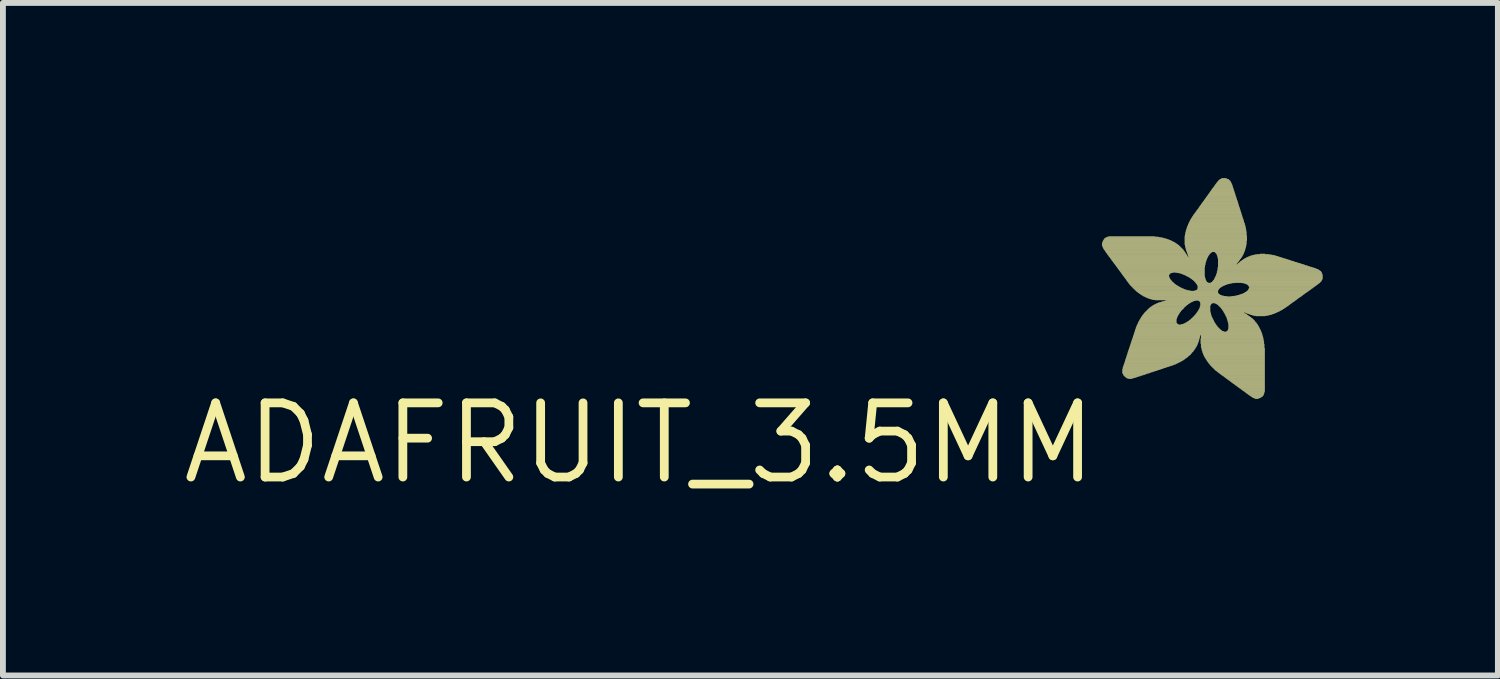
<source format=kicad_pcb>
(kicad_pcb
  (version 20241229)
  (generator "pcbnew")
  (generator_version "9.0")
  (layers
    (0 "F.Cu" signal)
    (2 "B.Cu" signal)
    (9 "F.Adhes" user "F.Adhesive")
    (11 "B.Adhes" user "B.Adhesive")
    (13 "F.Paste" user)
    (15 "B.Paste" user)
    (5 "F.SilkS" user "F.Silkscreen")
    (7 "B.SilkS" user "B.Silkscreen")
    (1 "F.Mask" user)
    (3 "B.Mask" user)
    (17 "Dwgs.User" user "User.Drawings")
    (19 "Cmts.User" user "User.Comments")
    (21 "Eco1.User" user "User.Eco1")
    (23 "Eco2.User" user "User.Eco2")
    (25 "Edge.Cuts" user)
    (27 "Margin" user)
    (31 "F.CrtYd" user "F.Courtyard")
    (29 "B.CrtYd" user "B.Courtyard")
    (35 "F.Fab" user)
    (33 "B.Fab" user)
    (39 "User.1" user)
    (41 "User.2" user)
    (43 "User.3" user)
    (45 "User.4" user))
  (footprint "ADAFRUIT_3.5MM"
    (layer "F.Cu")
    (at 15.799 3.794)
    (property "Reference" "ADAFRUIT_3.5MM" (at 0 0 0) (layer "F.SilkS") (effects (font (size 1.27 1.27) (thickness 0.15)) (justify right top)))
    (attr through_hole)
    (fp_poly (pts (xy 0.016 -2.67) (xy 1.292 -2.67) (xy 1.292 -2.676) (xy 0.016 -2.676)) (stroke (width 0) (type solid)) (fill yes) (layer "F.SilkS"))
    (fp_poly (pts (xy 0.016 -2.664) (xy 1.305 -2.664) (xy 1.305 -2.67) (xy 0.016 -2.67)) (stroke (width 0) (type solid)) (fill yes) (layer "F.SilkS"))
    (fp_poly (pts (xy 0.016 -2.658) (xy 1.311 -2.658) (xy 1.311 -2.664) (xy 0.016 -2.664)) (stroke (width 0) (type solid)) (fill yes) (layer "F.SilkS"))
    (fp_poly (pts (xy 0.016 -2.651) (xy 1.318 -2.651) (xy 1.318 -2.658) (xy 0.016 -2.658)) (stroke (width 0) (type solid)) (fill yes) (layer "F.SilkS"))
    (fp_poly (pts (xy 0.016 -2.645) (xy 1.33 -2.645) (xy 1.33 -2.651) (xy 0.016 -2.651)) (stroke (width 0) (type solid)) (fill yes) (layer "F.SilkS"))
    (fp_poly (pts (xy 0.022 -2.696) (xy 1.254 -2.696) (xy 1.254 -2.702) (xy 0.022 -2.702)) (stroke (width 0) (type solid)) (fill yes) (layer "F.SilkS"))
    (fp_poly (pts (xy 0.022 -2.689) (xy 1.267 -2.689) (xy 1.267 -2.696) (xy 0.022 -2.696)) (stroke (width 0) (type solid)) (fill yes) (layer "F.SilkS"))
    (fp_poly (pts (xy 0.022 -2.683) (xy 1.273 -2.683) (xy 1.273 -2.689) (xy 0.022 -2.689)) (stroke (width 0) (type solid)) (fill yes) (layer "F.SilkS"))
    (fp_poly (pts (xy 0.022 -2.676) (xy 1.286 -2.676) (xy 1.286 -2.683) (xy 0.022 -2.683)) (stroke (width 0) (type solid)) (fill yes) (layer "F.SilkS"))
    (fp_poly (pts (xy 0.022 -2.638) (xy 1.337 -2.638) (xy 1.337 -2.645) (xy 0.022 -2.645)) (stroke (width 0) (type solid)) (fill yes) (layer "F.SilkS"))
    (fp_poly (pts (xy 0.022 -2.632) (xy 1.343 -2.632) (xy 1.343 -2.638) (xy 0.022 -2.638)) (stroke (width 0) (type solid)) (fill yes) (layer "F.SilkS"))
    (fp_poly (pts (xy 0.022 -2.626) (xy 1.349 -2.626) (xy 1.349 -2.632) (xy 0.022 -2.632)) (stroke (width 0) (type solid)) (fill yes) (layer "F.SilkS"))
    (fp_poly (pts (xy 0.022 -2.619) (xy 1.356 -2.619) (xy 1.356 -2.626) (xy 0.022 -2.626)) (stroke (width 0) (type solid)) (fill yes) (layer "F.SilkS"))
    (fp_poly (pts (xy 0.029 -2.715) (xy 1.216 -2.715) (xy 1.216 -2.721) (xy 0.029 -2.721)) (stroke (width 0) (type solid)) (fill yes) (layer "F.SilkS"))
    (fp_poly (pts (xy 0.029 -2.708) (xy 1.229 -2.708) (xy 1.229 -2.715) (xy 0.029 -2.715)) (stroke (width 0) (type solid)) (fill yes) (layer "F.SilkS"))
    (fp_poly (pts (xy 0.029 -2.702) (xy 1.241 -2.702) (xy 1.241 -2.708) (xy 0.029 -2.708)) (stroke (width 0) (type solid)) (fill yes) (layer "F.SilkS"))
    (fp_poly (pts (xy 0.029 -2.613) (xy 1.362 -2.613) (xy 1.362 -2.619) (xy 0.029 -2.619)) (stroke (width 0) (type solid)) (fill yes) (layer "F.SilkS"))
    (fp_poly (pts (xy 0.029 -2.607) (xy 1.368 -2.607) (xy 1.368 -2.613) (xy 0.029 -2.613)) (stroke (width 0) (type solid)) (fill yes) (layer "F.SilkS"))
    (fp_poly (pts (xy 0.035 -2.721) (xy 1.203 -2.721) (xy 1.203 -2.727) (xy 0.035 -2.727)) (stroke (width 0) (type solid)) (fill yes) (layer "F.SilkS"))
    (fp_poly (pts (xy 0.035 -2.6) (xy 1.375 -2.6) (xy 1.375 -2.607) (xy 0.035 -2.607)) (stroke (width 0) (type solid)) (fill yes) (layer "F.SilkS"))
    (fp_poly (pts (xy 0.035 -2.594) (xy 1.381 -2.594) (xy 1.381 -2.6) (xy 0.035 -2.6)) (stroke (width 0) (type solid)) (fill yes) (layer "F.SilkS"))
    (fp_poly (pts (xy 0.041 -2.734) (xy 1.172 -2.734) (xy 1.172 -2.74) (xy 0.041 -2.74)) (stroke (width 0) (type solid)) (fill yes) (layer "F.SilkS"))
    (fp_poly (pts (xy 0.041 -2.727) (xy 1.191 -2.727) (xy 1.191 -2.734) (xy 0.041 -2.734)) (stroke (width 0) (type solid)) (fill yes) (layer "F.SilkS"))
    (fp_poly (pts (xy 0.041 -2.588) (xy 1.387 -2.588) (xy 1.387 -2.594) (xy 0.041 -2.594)) (stroke (width 0) (type solid)) (fill yes) (layer "F.SilkS"))
    (fp_poly (pts (xy 0.041 -2.581) (xy 1.394 -2.581) (xy 1.394 -2.588) (xy 0.041 -2.588)) (stroke (width 0) (type solid)) (fill yes) (layer "F.SilkS"))
    (fp_poly (pts (xy 0.048 -2.74) (xy 1.159 -2.74) (xy 1.159 -2.746) (xy 0.048 -2.746)) (stroke (width 0) (type solid)) (fill yes) (layer "F.SilkS"))
    (fp_poly (pts (xy 0.048 -2.575) (xy 1.4 -2.575) (xy 1.4 -2.581) (xy 0.048 -2.581)) (stroke (width 0) (type solid)) (fill yes) (layer "F.SilkS"))
    (fp_poly (pts (xy 0.048 -2.569) (xy 1.407 -2.569) (xy 1.407 -2.575) (xy 0.048 -2.575)) (stroke (width 0) (type solid)) (fill yes) (layer "F.SilkS"))
    (fp_poly (pts (xy 0.054 -2.753) (xy 1.121 -2.753) (xy 1.121 -2.759) (xy 0.054 -2.759)) (stroke (width 0) (type solid)) (fill yes) (layer "F.SilkS"))
    (fp_poly (pts (xy 0.054 -2.746) (xy 1.14 -2.746) (xy 1.14 -2.753) (xy 0.054 -2.753)) (stroke (width 0) (type solid)) (fill yes) (layer "F.SilkS"))
    (fp_poly (pts (xy 0.054 -2.562) (xy 1.413 -2.562) (xy 1.413 -2.569) (xy 0.054 -2.569)) (stroke (width 0) (type solid)) (fill yes) (layer "F.SilkS"))
    (fp_poly (pts (xy 0.06 -2.759) (xy 1.102 -2.759) (xy 1.102 -2.765) (xy 0.06 -2.765)) (stroke (width 0) (type solid)) (fill yes) (layer "F.SilkS"))
    (fp_poly (pts (xy 0.06 -2.556) (xy 1.413 -2.556) (xy 1.413 -2.562) (xy 0.06 -2.562)) (stroke (width 0) (type solid)) (fill yes) (layer "F.SilkS"))
    (fp_poly (pts (xy 0.067 -2.765) (xy 1.076 -2.765) (xy 1.076 -2.772) (xy 0.067 -2.772)) (stroke (width 0) (type solid)) (fill yes) (layer "F.SilkS"))
    (fp_poly (pts (xy 0.067 -2.55) (xy 1.419 -2.55) (xy 1.419 -2.556) (xy 0.067 -2.556)) (stroke (width 0) (type solid)) (fill yes) (layer "F.SilkS"))
    (fp_poly (pts (xy 0.067 -2.543) (xy 1.426 -2.543) (xy 1.426 -2.55) (xy 0.067 -2.55)) (stroke (width 0) (type solid)) (fill yes) (layer "F.SilkS"))
    (fp_poly (pts (xy 0.073 -2.537) (xy 1.432 -2.537) (xy 1.432 -2.543) (xy 0.073 -2.543)) (stroke (width 0) (type solid)) (fill yes) (layer "F.SilkS"))
    (fp_poly (pts (xy 0.079 -2.772) (xy 1.051 -2.772) (xy 1.051 -2.778) (xy 0.079 -2.778)) (stroke (width 0) (type solid)) (fill yes) (layer "F.SilkS"))
    (fp_poly (pts (xy 0.079 -2.53) (xy 1.432 -2.53) (xy 1.432 -2.537) (xy 0.079 -2.537)) (stroke (width 0) (type solid)) (fill yes) (layer "F.SilkS"))
    (fp_poly (pts (xy 0.079 -2.524) (xy 1.438 -2.524) (xy 1.438 -2.53) (xy 0.079 -2.53)) (stroke (width 0) (type solid)) (fill yes) (layer "F.SilkS"))
    (fp_poly (pts (xy 0.086 -2.518) (xy 1.445 -2.518) (xy 1.445 -2.524) (xy 0.086 -2.524)) (stroke (width 0) (type solid)) (fill yes) (layer "F.SilkS"))
    (fp_poly (pts (xy 0.092 -2.778) (xy 1.019 -2.778) (xy 1.019 -2.784) (xy 0.092 -2.784)) (stroke (width 0) (type solid)) (fill yes) (layer "F.SilkS"))
    (fp_poly (pts (xy 0.092 -2.511) (xy 1.445 -2.511) (xy 1.445 -2.518) (xy 0.092 -2.518)) (stroke (width 0) (type solid)) (fill yes) (layer "F.SilkS"))
    (fp_poly (pts (xy 0.098 -2.505) (xy 1.451 -2.505) (xy 1.451 -2.511) (xy 0.098 -2.511)) (stroke (width 0) (type solid)) (fill yes) (layer "F.SilkS"))
    (fp_poly (pts (xy 0.098 -2.499) (xy 1.457 -2.499) (xy 1.457 -2.505) (xy 0.098 -2.505)) (stroke (width 0) (type solid)) (fill yes) (layer "F.SilkS"))
    (fp_poly (pts (xy 0.105 -2.784) (xy 0.981 -2.784) (xy 0.981 -2.791) (xy 0.105 -2.791)) (stroke (width 0) (type solid)) (fill yes) (layer "F.SilkS"))
    (fp_poly (pts (xy 0.105 -2.492) (xy 1.457 -2.492) (xy 1.457 -2.499) (xy 0.105 -2.499)) (stroke (width 0) (type solid)) (fill yes) (layer "F.SilkS"))
    (fp_poly (pts (xy 0.111 -2.486) (xy 1.464 -2.486) (xy 1.464 -2.492) (xy 0.111 -2.492)) (stroke (width 0) (type solid)) (fill yes) (layer "F.SilkS"))
    (fp_poly (pts (xy 0.111 -2.48) (xy 1.47 -2.48) (xy 1.47 -2.486) (xy 0.111 -2.486)) (stroke (width 0) (type solid)) (fill yes) (layer "F.SilkS"))
    (fp_poly (pts (xy 0.117 -2.473) (xy 1.47 -2.473) (xy 1.47 -2.48) (xy 0.117 -2.48)) (stroke (width 0) (type solid)) (fill yes) (layer "F.SilkS"))
    (fp_poly (pts (xy 0.124 -2.467) (xy 1.476 -2.467) (xy 1.476 -2.473) (xy 0.124 -2.473)) (stroke (width 0) (type solid)) (fill yes) (layer "F.SilkS"))
    (fp_poly (pts (xy 0.13 -2.791) (xy 0.924 -2.791) (xy 0.924 -2.797) (xy 0.13 -2.797)) (stroke (width 0) (type solid)) (fill yes) (layer "F.SilkS"))
    (fp_poly (pts (xy 0.13 -2.461) (xy 1.483 -2.461) (xy 1.483 -2.467) (xy 0.13 -2.467)) (stroke (width 0) (type solid)) (fill yes) (layer "F.SilkS"))
    (fp_poly (pts (xy 0.13 -2.454) (xy 1.483 -2.454) (xy 1.483 -2.461) (xy 0.13 -2.461)) (stroke (width 0) (type solid)) (fill yes) (layer "F.SilkS"))
    (fp_poly (pts (xy 0.137 -2.448) (xy 1.489 -2.448) (xy 1.489 -2.454) (xy 0.137 -2.454)) (stroke (width 0) (type solid)) (fill yes) (layer "F.SilkS"))
    (fp_poly (pts (xy 0.143 -2.442) (xy 1.495 -2.442) (xy 1.495 -2.448) (xy 0.143 -2.448)) (stroke (width 0) (type solid)) (fill yes) (layer "F.SilkS"))
    (fp_poly (pts (xy 0.149 -2.435) (xy 1.826 -2.435) (xy 1.826 -2.442) (xy 0.149 -2.442)) (stroke (width 0) (type solid)) (fill yes) (layer "F.SilkS"))
    (fp_poly (pts (xy 0.149 -2.429) (xy 1.826 -2.429) (xy 1.826 -2.435) (xy 0.149 -2.435)) (stroke (width 0) (type solid)) (fill yes) (layer "F.SilkS"))
    (fp_poly (pts (xy 0.156 -2.422) (xy 1.819 -2.422) (xy 1.819 -2.429) (xy 0.156 -2.429)) (stroke (width 0) (type solid)) (fill yes) (layer "F.SilkS"))
    (fp_poly (pts (xy 0.162 -2.416) (xy 1.819 -2.416) (xy 1.819 -2.422) (xy 0.162 -2.422)) (stroke (width 0) (type solid)) (fill yes) (layer "F.SilkS"))
    (fp_poly (pts (xy 0.168 -2.41) (xy 1.813 -2.41) (xy 1.813 -2.416) (xy 0.168 -2.416)) (stroke (width 0) (type solid)) (fill yes) (layer "F.SilkS"))
    (fp_poly (pts (xy 0.168 -2.404) (xy 1.813 -2.404) (xy 1.813 -2.41) (xy 0.168 -2.41)) (stroke (width 0) (type solid)) (fill yes) (layer "F.SilkS"))
    (fp_poly (pts (xy 0.175 -2.397) (xy 1.813 -2.397) (xy 1.813 -2.404) (xy 0.175 -2.404)) (stroke (width 0) (type solid)) (fill yes) (layer "F.SilkS"))
    (fp_poly (pts (xy 0.181 -2.391) (xy 1.807 -2.391) (xy 1.807 -2.397) (xy 0.181 -2.397)) (stroke (width 0) (type solid)) (fill yes) (layer "F.SilkS"))
    (fp_poly (pts (xy 0.181 -2.384) (xy 1.807 -2.384) (xy 1.807 -2.391) (xy 0.181 -2.391)) (stroke (width 0) (type solid)) (fill yes) (layer "F.SilkS"))
    (fp_poly (pts (xy 0.187 -2.378) (xy 1.8 -2.378) (xy 1.8 -2.384) (xy 0.187 -2.384)) (stroke (width 0) (type solid)) (fill yes) (layer "F.SilkS"))
    (fp_poly (pts (xy 0.194 -2.372) (xy 1.8 -2.372) (xy 1.8 -2.378) (xy 0.194 -2.378)) (stroke (width 0) (type solid)) (fill yes) (layer "F.SilkS"))
    (fp_poly (pts (xy 0.2 -2.365) (xy 1.8 -2.365) (xy 1.8 -2.372) (xy 0.2 -2.372)) (stroke (width 0) (type solid)) (fill yes) (layer "F.SilkS"))
    (fp_poly (pts (xy 0.2 -2.359) (xy 1.8 -2.359) (xy 1.8 -2.365) (xy 0.2 -2.365)) (stroke (width 0) (type solid)) (fill yes) (layer "F.SilkS"))
    (fp_poly (pts (xy 0.206 -2.353) (xy 1.794 -2.353) (xy 1.794 -2.359) (xy 0.206 -2.359)) (stroke (width 0) (type solid)) (fill yes) (layer "F.SilkS"))
    (fp_poly (pts (xy 0.213 -2.346) (xy 1.794 -2.346) (xy 1.794 -2.353) (xy 0.213 -2.353)) (stroke (width 0) (type solid)) (fill yes) (layer "F.SilkS"))
    (fp_poly (pts (xy 0.219 -2.34) (xy 1.794 -2.34) (xy 1.794 -2.346) (xy 0.219 -2.346)) (stroke (width 0) (type solid)) (fill yes) (layer "F.SilkS"))
    (fp_poly (pts (xy 0.219 -2.334) (xy 1.788 -2.334) (xy 1.788 -2.34) (xy 0.219 -2.34)) (stroke (width 0) (type solid)) (fill yes) (layer "F.SilkS"))
    (fp_poly (pts (xy 0.225 -2.327) (xy 1.788 -2.327) (xy 1.788 -2.334) (xy 0.225 -2.334)) (stroke (width 0) (type solid)) (fill yes) (layer "F.SilkS"))
    (fp_poly (pts (xy 0.232 -2.321) (xy 1.788 -2.321) (xy 1.788 -2.327) (xy 0.232 -2.327)) (stroke (width 0) (type solid)) (fill yes) (layer "F.SilkS"))
    (fp_poly (pts (xy 0.238 -2.315) (xy 1.788 -2.315) (xy 1.788 -2.321) (xy 0.238 -2.321)) (stroke (width 0) (type solid)) (fill yes) (layer "F.SilkS"))
    (fp_poly (pts (xy 0.238 -2.308) (xy 1.788 -2.308) (xy 1.788 -2.315) (xy 0.238 -2.315)) (stroke (width 0) (type solid)) (fill yes) (layer "F.SilkS"))
    (fp_poly (pts (xy 0.244 -2.302) (xy 1.781 -2.302) (xy 1.781 -2.308) (xy 0.244 -2.308)) (stroke (width 0) (type solid)) (fill yes) (layer "F.SilkS"))
    (fp_poly (pts (xy 0.251 -2.296) (xy 1.781 -2.296) (xy 1.781 -2.302) (xy 0.251 -2.302)) (stroke (width 0) (type solid)) (fill yes) (layer "F.SilkS"))
    (fp_poly (pts (xy 0.257 -2.289) (xy 1.781 -2.289) (xy 1.781 -2.296) (xy 0.257 -2.296)) (stroke (width 0) (type solid)) (fill yes) (layer "F.SilkS"))
    (fp_poly (pts (xy 0.257 -2.283) (xy 1.781 -2.283) (xy 1.781 -2.289) (xy 0.257 -2.289)) (stroke (width 0) (type solid)) (fill yes) (layer "F.SilkS"))
    (fp_poly (pts (xy 0.264 -2.276) (xy 1.781 -2.276) (xy 1.781 -2.283) (xy 0.264 -2.283)) (stroke (width 0) (type solid)) (fill yes) (layer "F.SilkS"))
    (fp_poly (pts (xy 0.27 -2.27) (xy 1.781 -2.27) (xy 1.781 -2.276) (xy 0.27 -2.276)) (stroke (width 0) (type solid)) (fill yes) (layer "F.SilkS"))
    (fp_poly (pts (xy 0.276 -2.264) (xy 1.775 -2.264) (xy 1.775 -2.27) (xy 0.276 -2.27)) (stroke (width 0) (type solid)) (fill yes) (layer "F.SilkS"))
    (fp_poly (pts (xy 0.276 -2.257) (xy 1.775 -2.257) (xy 1.775 -2.264) (xy 0.276 -2.264)) (stroke (width 0) (type solid)) (fill yes) (layer "F.SilkS"))
    (fp_poly (pts (xy 0.283 -2.251) (xy 1.775 -2.251) (xy 1.775 -2.257) (xy 0.283 -2.257)) (stroke (width 0) (type solid)) (fill yes) (layer "F.SilkS"))
    (fp_poly (pts (xy 0.289 -2.245) (xy 1.775 -2.245) (xy 1.775 -2.251) (xy 0.289 -2.251)) (stroke (width 0) (type solid)) (fill yes) (layer "F.SilkS"))
    (fp_poly (pts (xy 0.289 -2.238) (xy 1.775 -2.238) (xy 1.775 -2.245) (xy 0.289 -2.245)) (stroke (width 0) (type solid)) (fill yes) (layer "F.SilkS"))
    (fp_poly (pts (xy 0.295 -2.232) (xy 1.775 -2.232) (xy 1.775 -2.238) (xy 0.295 -2.238)) (stroke (width 0) (type solid)) (fill yes) (layer "F.SilkS"))
    (fp_poly (pts (xy 0.302 -2.226) (xy 1.775 -2.226) (xy 1.775 -2.232) (xy 0.302 -2.232)) (stroke (width 0) (type solid)) (fill yes) (layer "F.SilkS"))
    (fp_poly (pts (xy 0.308 -2.219) (xy 1.775 -2.219) (xy 1.775 -2.226) (xy 0.308 -2.226)) (stroke (width 0) (type solid)) (fill yes) (layer "F.SilkS"))
    (fp_poly (pts (xy 0.308 -2.213) (xy 1.775 -2.213) (xy 1.775 -2.219) (xy 0.308 -2.219)) (stroke (width 0) (type solid)) (fill yes) (layer "F.SilkS"))
    (fp_poly (pts (xy 0.314 -2.207) (xy 1.775 -2.207) (xy 1.775 -2.213) (xy 0.314 -2.213)) (stroke (width 0) (type solid)) (fill yes) (layer "F.SilkS"))
    (fp_poly (pts (xy 0.321 -2.2) (xy 1.775 -2.2) (xy 1.775 -2.207) (xy 0.321 -2.207)) (stroke (width 0) (type solid)) (fill yes) (layer "F.SilkS"))
    (fp_poly (pts (xy 0.327 -2.194) (xy 1.775 -2.194) (xy 1.775 -2.2) (xy 0.327 -2.2)) (stroke (width 0) (type solid)) (fill yes) (layer "F.SilkS"))
    (fp_poly (pts (xy 0.327 -2.188) (xy 1.775 -2.188) (xy 1.775 -2.194) (xy 0.327 -2.194)) (stroke (width 0) (type solid)) (fill yes) (layer "F.SilkS"))
    (fp_poly (pts (xy 0.333 -2.181) (xy 1.775 -2.181) (xy 1.775 -2.188) (xy 0.333 -2.188)) (stroke (width 0) (type solid)) (fill yes) (layer "F.SilkS"))
    (fp_poly (pts (xy 0.34 -2.175) (xy 1.241 -2.175) (xy 1.241 -2.181) (xy 0.34 -2.181)) (stroke (width 0) (type solid)) (fill yes) (layer "F.SilkS"))
    (fp_poly (pts (xy 0.346 -2.168) (xy 1.21 -2.168) (xy 1.21 -2.175) (xy 0.346 -2.175)) (stroke (width 0) (type solid)) (fill yes) (layer "F.SilkS"))
    (fp_poly (pts (xy 0.346 -2.162) (xy 1.191 -2.162) (xy 1.191 -2.168) (xy 0.346 -2.168)) (stroke (width 0) (type solid)) (fill yes) (layer "F.SilkS"))
    (fp_poly (pts (xy 0.352 -2.156) (xy 1.184 -2.156) (xy 1.184 -2.162) (xy 0.352 -2.162)) (stroke (width 0) (type solid)) (fill yes) (layer "F.SilkS"))
    (fp_poly (pts (xy 0.359 -2.15) (xy 1.178 -2.15) (xy 1.178 -2.156) (xy 0.359 -2.156)) (stroke (width 0) (type solid)) (fill yes) (layer "F.SilkS"))
    (fp_poly (pts (xy 0.359 -2.143) (xy 1.172 -2.143) (xy 1.172 -2.15) (xy 0.359 -2.15)) (stroke (width 0) (type solid)) (fill yes) (layer "F.SilkS"))
    (fp_poly (pts (xy 0.365 -2.137) (xy 1.172 -2.137) (xy 1.172 -2.143) (xy 0.365 -2.143)) (stroke (width 0) (type solid)) (fill yes) (layer "F.SilkS"))
    (fp_poly (pts (xy 0.365 -0.517) (xy 1.019 -0.517) (xy 1.019 -0.524) (xy 0.365 -0.524)) (stroke (width 0) (type solid)) (fill yes) (layer "F.SilkS"))
    (fp_poly (pts (xy 0.365 -0.511) (xy 1 -0.511) (xy 1 -0.517) (xy 0.365 -0.517)) (stroke (width 0) (type solid)) (fill yes) (layer "F.SilkS"))
    (fp_poly (pts (xy 0.365 -0.505) (xy 0.981 -0.505) (xy 0.981 -0.511) (xy 0.365 -0.511)) (stroke (width 0) (type solid)) (fill yes) (layer "F.SilkS"))
    (fp_poly (pts (xy 0.365 -0.498) (xy 0.962 -0.498) (xy 0.962 -0.505) (xy 0.365 -0.505)) (stroke (width 0) (type solid)) (fill yes) (layer "F.SilkS"))
    (fp_poly (pts (xy 0.365 -0.492) (xy 0.943 -0.492) (xy 0.943 -0.498) (xy 0.365 -0.498)) (stroke (width 0) (type solid)) (fill yes) (layer "F.SilkS"))
    (fp_poly (pts (xy 0.365 -0.486) (xy 0.924 -0.486) (xy 0.924 -0.492) (xy 0.365 -0.492)) (stroke (width 0) (type solid)) (fill yes) (layer "F.SilkS"))
    (fp_poly (pts (xy 0.365 -0.479) (xy 0.898 -0.479) (xy 0.898 -0.486) (xy 0.365 -0.486)) (stroke (width 0) (type solid)) (fill yes) (layer "F.SilkS"))
    (fp_poly (pts (xy 0.365 -0.473) (xy 0.886 -0.473) (xy 0.886 -0.479) (xy 0.365 -0.479)) (stroke (width 0) (type solid)) (fill yes) (layer "F.SilkS"))
    (fp_poly (pts (xy 0.365 -0.467) (xy 0.86 -0.467) (xy 0.86 -0.473) (xy 0.365 -0.473)) (stroke (width 0) (type solid)) (fill yes) (layer "F.SilkS"))
    (fp_poly (pts (xy 0.365 -0.46) (xy 0.848 -0.46) (xy 0.848 -0.467) (xy 0.365 -0.467)) (stroke (width 0) (type solid)) (fill yes) (layer "F.SilkS"))
    (fp_poly (pts (xy 0.365 -0.454) (xy 0.829 -0.454) (xy 0.829 -0.46) (xy 0.365 -0.46)) (stroke (width 0) (type solid)) (fill yes) (layer "F.SilkS"))
    (fp_poly (pts (xy 0.371 -2.13) (xy 1.165 -2.13) (xy 1.165 -2.137) (xy 0.371 -2.137)) (stroke (width 0) (type solid)) (fill yes) (layer "F.SilkS"))
    (fp_poly (pts (xy 0.371 -0.549) (xy 1.114 -0.549) (xy 1.114 -0.556) (xy 0.371 -0.556)) (stroke (width 0) (type solid)) (fill yes) (layer "F.SilkS"))
    (fp_poly (pts (xy 0.371 -0.543) (xy 1.095 -0.543) (xy 1.095 -0.549) (xy 0.371 -0.549)) (stroke (width 0) (type solid)) (fill yes) (layer "F.SilkS"))
    (fp_poly (pts (xy 0.371 -0.537) (xy 1.076 -0.537) (xy 1.076 -0.543) (xy 0.371 -0.543)) (stroke (width 0) (type solid)) (fill yes) (layer "F.SilkS"))
    (fp_poly (pts (xy 0.371 -0.53) (xy 1.057 -0.53) (xy 1.057 -0.537) (xy 0.371 -0.537)) (stroke (width 0) (type solid)) (fill yes) (layer "F.SilkS"))
    (fp_poly (pts (xy 0.371 -0.524) (xy 1.038 -0.524) (xy 1.038 -0.53) (xy 0.371 -0.53)) (stroke (width 0) (type solid)) (fill yes) (layer "F.SilkS"))
    (fp_poly (pts (xy 0.371 -0.448) (xy 0.81 -0.448) (xy 0.81 -0.454) (xy 0.371 -0.454)) (stroke (width 0) (type solid)) (fill yes) (layer "F.SilkS"))
    (fp_poly (pts (xy 0.371 -0.441) (xy 0.784 -0.441) (xy 0.784 -0.448) (xy 0.371 -0.448)) (stroke (width 0) (type solid)) (fill yes) (layer "F.SilkS"))
    (fp_poly (pts (xy 0.378 -2.124) (xy 1.165 -2.124) (xy 1.165 -2.13) (xy 0.378 -2.13)) (stroke (width 0) (type solid)) (fill yes) (layer "F.SilkS"))
    (fp_poly (pts (xy 0.378 -2.118) (xy 1.165 -2.118) (xy 1.165 -2.124) (xy 0.378 -2.124)) (stroke (width 0) (type solid)) (fill yes) (layer "F.SilkS"))
    (fp_poly (pts (xy 0.378 -0.568) (xy 1.172 -0.568) (xy 1.172 -0.575) (xy 0.378 -0.575)) (stroke (width 0) (type solid)) (fill yes) (layer "F.SilkS"))
    (fp_poly (pts (xy 0.378 -0.562) (xy 1.153 -0.562) (xy 1.153 -0.568) (xy 0.378 -0.568)) (stroke (width 0) (type solid)) (fill yes) (layer "F.SilkS"))
    (fp_poly (pts (xy 0.378 -0.556) (xy 1.133 -0.556) (xy 1.133 -0.562) (xy 0.378 -0.562)) (stroke (width 0) (type solid)) (fill yes) (layer "F.SilkS"))
    (fp_poly (pts (xy 0.378 -0.435) (xy 0.771 -0.435) (xy 0.771 -0.441) (xy 0.378 -0.441)) (stroke (width 0) (type solid)) (fill yes) (layer "F.SilkS"))
    (fp_poly (pts (xy 0.378 -0.429) (xy 0.752 -0.429) (xy 0.752 -0.435) (xy 0.378 -0.435)) (stroke (width 0) (type solid)) (fill yes) (layer "F.SilkS"))
    (fp_poly (pts (xy 0.384 -2.111) (xy 1.165 -2.111) (xy 1.165 -2.118) (xy 0.384 -2.118)) (stroke (width 0) (type solid)) (fill yes) (layer "F.SilkS"))
    (fp_poly (pts (xy 0.384 -0.587) (xy 1.229 -0.587) (xy 1.229 -0.594) (xy 0.384 -0.594)) (stroke (width 0) (type solid)) (fill yes) (layer "F.SilkS"))
    (fp_poly (pts (xy 0.384 -0.581) (xy 1.21 -0.581) (xy 1.21 -0.587) (xy 0.384 -0.587)) (stroke (width 0) (type solid)) (fill yes) (layer "F.SilkS"))
    (fp_poly (pts (xy 0.384 -0.575) (xy 1.191 -0.575) (xy 1.191 -0.581) (xy 0.384 -0.581)) (stroke (width 0) (type solid)) (fill yes) (layer "F.SilkS"))
    (fp_poly (pts (xy 0.384 -0.422) (xy 0.727 -0.422) (xy 0.727 -0.429) (xy 0.384 -0.429)) (stroke (width 0) (type solid)) (fill yes) (layer "F.SilkS"))
    (fp_poly (pts (xy 0.384 -0.416) (xy 0.714 -0.416) (xy 0.714 -0.422) (xy 0.384 -0.422)) (stroke (width 0) (type solid)) (fill yes) (layer "F.SilkS"))
    (fp_poly (pts (xy 0.391 -2.105) (xy 1.165 -2.105) (xy 1.165 -2.111) (xy 0.391 -2.111)) (stroke (width 0) (type solid)) (fill yes) (layer "F.SilkS"))
    (fp_poly (pts (xy 0.391 -0.606) (xy 1.28 -0.606) (xy 1.28 -0.613) (xy 0.391 -0.613)) (stroke (width 0) (type solid)) (fill yes) (layer "F.SilkS"))
    (fp_poly (pts (xy 0.391 -0.6) (xy 1.26 -0.6) (xy 1.26 -0.606) (xy 0.391 -0.606)) (stroke (width 0) (type solid)) (fill yes) (layer "F.SilkS"))
    (fp_poly (pts (xy 0.391 -0.594) (xy 1.248 -0.594) (xy 1.248 -0.6) (xy 0.391 -0.6)) (stroke (width 0) (type solid)) (fill yes) (layer "F.SilkS"))
    (fp_poly (pts (xy 0.391 -0.41) (xy 0.689 -0.41) (xy 0.689 -0.416) (xy 0.391 -0.416)) (stroke (width 0) (type solid)) (fill yes) (layer "F.SilkS"))
    (fp_poly (pts (xy 0.397 -2.099) (xy 1.172 -2.099) (xy 1.172 -2.105) (xy 0.397 -2.105)) (stroke (width 0) (type solid)) (fill yes) (layer "F.SilkS"))
    (fp_poly (pts (xy 0.397 -2.092) (xy 1.172 -2.092) (xy 1.172 -2.099) (xy 0.397 -2.099)) (stroke (width 0) (type solid)) (fill yes) (layer "F.SilkS"))
    (fp_poly (pts (xy 0.397 -0.625) (xy 1.318 -0.625) (xy 1.318 -0.632) (xy 0.397 -0.632)) (stroke (width 0) (type solid)) (fill yes) (layer "F.SilkS"))
    (fp_poly (pts (xy 0.397 -0.619) (xy 1.305 -0.619) (xy 1.305 -0.625) (xy 0.397 -0.625)) (stroke (width 0) (type solid)) (fill yes) (layer "F.SilkS"))
    (fp_poly (pts (xy 0.397 -0.613) (xy 1.292 -0.613) (xy 1.292 -0.619) (xy 0.397 -0.619)) (stroke (width 0) (type solid)) (fill yes) (layer "F.SilkS"))
    (fp_poly (pts (xy 0.397 -0.403) (xy 0.676 -0.403) (xy 0.676 -0.41) (xy 0.397 -0.41)) (stroke (width 0) (type solid)) (fill yes) (layer "F.SilkS"))
    (fp_poly (pts (xy 0.403 -2.086) (xy 1.172 -2.086) (xy 1.172 -2.092) (xy 0.403 -2.092)) (stroke (width 0) (type solid)) (fill yes) (layer "F.SilkS"))
    (fp_poly (pts (xy 0.403 -0.644) (xy 1.356 -0.644) (xy 1.356 -0.651) (xy 0.403 -0.651)) (stroke (width 0) (type solid)) (fill yes) (layer "F.SilkS"))
    (fp_poly (pts (xy 0.403 -0.638) (xy 1.343 -0.638) (xy 1.343 -0.644) (xy 0.403 -0.644)) (stroke (width 0) (type solid)) (fill yes) (layer "F.SilkS"))
    (fp_poly (pts (xy 0.403 -0.632) (xy 1.33 -0.632) (xy 1.33 -0.638) (xy 0.403 -0.638)) (stroke (width 0) (type solid)) (fill yes) (layer "F.SilkS"))
    (fp_poly (pts (xy 0.403 -0.397) (xy 0.651 -0.397) (xy 0.651 -0.403) (xy 0.403 -0.403)) (stroke (width 0) (type solid)) (fill yes) (layer "F.SilkS"))
    (fp_poly (pts (xy 0.41 -2.08) (xy 1.178 -2.08) (xy 1.178 -2.086) (xy 0.41 -2.086)) (stroke (width 0) (type solid)) (fill yes) (layer "F.SilkS"))
    (fp_poly (pts (xy 0.41 -0.664) (xy 1.394 -0.664) (xy 1.394 -0.67) (xy 0.41 -0.67)) (stroke (width 0) (type solid)) (fill yes) (layer "F.SilkS"))
    (fp_poly (pts (xy 0.41 -0.657) (xy 1.381 -0.657) (xy 1.381 -0.664) (xy 0.41 -0.664)) (stroke (width 0) (type solid)) (fill yes) (layer "F.SilkS"))
    (fp_poly (pts (xy 0.41 -0.651) (xy 1.368 -0.651) (xy 1.368 -0.657) (xy 0.41 -0.657)) (stroke (width 0) (type solid)) (fill yes) (layer "F.SilkS"))
    (fp_poly (pts (xy 0.41 -0.391) (xy 0.632 -0.391) (xy 0.632 -0.397) (xy 0.41 -0.397)) (stroke (width 0) (type solid)) (fill yes) (layer "F.SilkS"))
    (fp_poly (pts (xy 0.416 -2.073) (xy 1.178 -2.073) (xy 1.178 -2.08) (xy 0.416 -2.08)) (stroke (width 0) (type solid)) (fill yes) (layer "F.SilkS"))
    (fp_poly (pts (xy 0.416 -2.067) (xy 1.184 -2.067) (xy 1.184 -2.073) (xy 0.416 -2.073)) (stroke (width 0) (type solid)) (fill yes) (layer "F.SilkS"))
    (fp_poly (pts (xy 0.416 -0.689) (xy 1.432 -0.689) (xy 1.432 -0.695) (xy 0.416 -0.695)) (stroke (width 0) (type solid)) (fill yes) (layer "F.SilkS"))
    (fp_poly (pts (xy 0.416 -0.683) (xy 1.419 -0.683) (xy 1.419 -0.689) (xy 0.416 -0.689)) (stroke (width 0) (type solid)) (fill yes) (layer "F.SilkS"))
    (fp_poly (pts (xy 0.416 -0.676) (xy 1.413 -0.676) (xy 1.413 -0.683) (xy 0.416 -0.683)) (stroke (width 0) (type solid)) (fill yes) (layer "F.SilkS"))
    (fp_poly (pts (xy 0.416 -0.67) (xy 1.4 -0.67) (xy 1.4 -0.676) (xy 0.416 -0.676)) (stroke (width 0) (type solid)) (fill yes) (layer "F.SilkS"))
    (fp_poly (pts (xy 0.416 -0.384) (xy 0.613 -0.384) (xy 0.613 -0.391) (xy 0.416 -0.391)) (stroke (width 0) (type solid)) (fill yes) (layer "F.SilkS"))
    (fp_poly (pts (xy 0.422 -2.061) (xy 1.191 -2.061) (xy 1.191 -2.067) (xy 0.422 -2.067)) (stroke (width 0) (type solid)) (fill yes) (layer "F.SilkS"))
    (fp_poly (pts (xy 0.422 -0.702) (xy 1.445 -0.702) (xy 1.445 -0.708) (xy 0.422 -0.708)) (stroke (width 0) (type solid)) (fill yes) (layer "F.SilkS"))
    (fp_poly (pts (xy 0.422 -0.695) (xy 1.438 -0.695) (xy 1.438 -0.702) (xy 0.422 -0.702)) (stroke (width 0) (type solid)) (fill yes) (layer "F.SilkS"))
    (fp_poly (pts (xy 0.429 -2.054) (xy 1.191 -2.054) (xy 1.191 -2.061) (xy 0.429 -2.061)) (stroke (width 0) (type solid)) (fill yes) (layer "F.SilkS"))
    (fp_poly (pts (xy 0.429 -2.048) (xy 1.197 -2.048) (xy 1.197 -2.054) (xy 0.429 -2.054)) (stroke (width 0) (type solid)) (fill yes) (layer "F.SilkS"))
    (fp_poly (pts (xy 0.429 -0.727) (xy 1.483 -0.727) (xy 1.483 -0.733) (xy 0.429 -0.733)) (stroke (width 0) (type solid)) (fill yes) (layer "F.SilkS"))
    (fp_poly (pts (xy 0.429 -0.721) (xy 1.476 -0.721) (xy 1.476 -0.727) (xy 0.429 -0.727)) (stroke (width 0) (type solid)) (fill yes) (layer "F.SilkS"))
    (fp_poly (pts (xy 0.429 -0.714) (xy 1.464 -0.714) (xy 1.464 -0.721) (xy 0.429 -0.721)) (stroke (width 0) (type solid)) (fill yes) (layer "F.SilkS"))
    (fp_poly (pts (xy 0.429 -0.708) (xy 1.457 -0.708) (xy 1.457 -0.714) (xy 0.429 -0.714)) (stroke (width 0) (type solid)) (fill yes) (layer "F.SilkS"))
    (fp_poly (pts (xy 0.429 -0.378) (xy 0.594 -0.378) (xy 0.594 -0.384) (xy 0.429 -0.384)) (stroke (width 0) (type solid)) (fill yes) (layer "F.SilkS"))
    (fp_poly (pts (xy 0.435 -2.042) (xy 1.203 -2.042) (xy 1.203 -2.048) (xy 0.435 -2.048)) (stroke (width 0) (type solid)) (fill yes) (layer "F.SilkS"))
    (fp_poly (pts (xy 0.435 -0.74) (xy 1.495 -0.74) (xy 1.495 -0.746) (xy 0.435 -0.746)) (stroke (width 0) (type solid)) (fill yes) (layer "F.SilkS"))
    (fp_poly (pts (xy 0.435 -0.733) (xy 1.489 -0.733) (xy 1.489 -0.74) (xy 0.435 -0.74)) (stroke (width 0) (type solid)) (fill yes) (layer "F.SilkS"))
    (fp_poly (pts (xy 0.435 -0.371) (xy 0.575 -0.371) (xy 0.575 -0.378) (xy 0.435 -0.378)) (stroke (width 0) (type solid)) (fill yes) (layer "F.SilkS"))
    (fp_poly (pts (xy 0.441 -2.035) (xy 1.21 -2.035) (xy 1.21 -2.042) (xy 0.441 -2.042)) (stroke (width 0) (type solid)) (fill yes) (layer "F.SilkS"))
    (fp_poly (pts (xy 0.441 -0.765) (xy 1.527 -0.765) (xy 1.527 -0.771) (xy 0.441 -0.771)) (stroke (width 0) (type solid)) (fill yes) (layer "F.SilkS"))
    (fp_poly (pts (xy 0.441 -0.759) (xy 1.521 -0.759) (xy 1.521 -0.765) (xy 0.441 -0.765)) (stroke (width 0) (type solid)) (fill yes) (layer "F.SilkS"))
    (fp_poly (pts (xy 0.441 -0.752) (xy 1.508 -0.752) (xy 1.508 -0.759) (xy 0.441 -0.759)) (stroke (width 0) (type solid)) (fill yes) (layer "F.SilkS"))
    (fp_poly (pts (xy 0.441 -0.746) (xy 1.502 -0.746) (xy 1.502 -0.752) (xy 0.441 -0.752)) (stroke (width 0) (type solid)) (fill yes) (layer "F.SilkS"))
    (fp_poly (pts (xy 0.448 -2.029) (xy 1.21 -2.029) (xy 1.21 -2.035) (xy 0.448 -2.035)) (stroke (width 0) (type solid)) (fill yes) (layer "F.SilkS"))
    (fp_poly (pts (xy 0.448 -2.022) (xy 1.222 -2.022) (xy 1.222 -2.029) (xy 0.448 -2.029)) (stroke (width 0) (type solid)) (fill yes) (layer "F.SilkS"))
    (fp_poly (pts (xy 0.448 -0.778) (xy 1.54 -0.778) (xy 1.54 -0.784) (xy 0.448 -0.784)) (stroke (width 0) (type solid)) (fill yes) (layer "F.SilkS"))
    (fp_poly (pts (xy 0.448 -0.771) (xy 1.534 -0.771) (xy 1.534 -0.778) (xy 0.448 -0.778)) (stroke (width 0) (type solid)) (fill yes) (layer "F.SilkS"))
    (fp_poly (pts (xy 0.448 -0.365) (xy 0.549 -0.365) (xy 0.549 -0.371) (xy 0.448 -0.371)) (stroke (width 0) (type solid)) (fill yes) (layer "F.SilkS"))
    (fp_poly (pts (xy 0.454 -2.016) (xy 1.222 -2.016) (xy 1.222 -2.022) (xy 0.454 -2.022)) (stroke (width 0) (type solid)) (fill yes) (layer "F.SilkS"))
    (fp_poly (pts (xy 0.454 -0.803) (xy 1.559 -0.803) (xy 1.559 -0.81) (xy 0.454 -0.81)) (stroke (width 0) (type solid)) (fill yes) (layer "F.SilkS"))
    (fp_poly (pts (xy 0.454 -0.797) (xy 1.553 -0.797) (xy 1.553 -0.803) (xy 0.454 -0.803)) (stroke (width 0) (type solid)) (fill yes) (layer "F.SilkS"))
    (fp_poly (pts (xy 0.454 -0.791) (xy 1.553 -0.791) (xy 1.553 -0.797) (xy 0.454 -0.797)) (stroke (width 0) (type solid)) (fill yes) (layer "F.SilkS"))
    (fp_poly (pts (xy 0.454 -0.784) (xy 1.54 -0.784) (xy 1.54 -0.791) (xy 0.454 -0.791)) (stroke (width 0) (type solid)) (fill yes) (layer "F.SilkS"))
    (fp_poly (pts (xy 0.46 -2.01) (xy 1.235 -2.01) (xy 1.235 -2.016) (xy 0.46 -2.016)) (stroke (width 0) (type solid)) (fill yes) (layer "F.SilkS"))
    (fp_poly (pts (xy 0.46 -0.822) (xy 1.578 -0.822) (xy 1.578 -0.829) (xy 0.46 -0.829)) (stroke (width 0) (type solid)) (fill yes) (layer "F.SilkS"))
    (fp_poly (pts (xy 0.46 -0.816) (xy 1.572 -0.816) (xy 1.572 -0.822) (xy 0.46 -0.822)) (stroke (width 0) (type solid)) (fill yes) (layer "F.SilkS"))
    (fp_poly (pts (xy 0.46 -0.81) (xy 1.565 -0.81) (xy 1.565 -0.816) (xy 0.46 -0.816)) (stroke (width 0) (type solid)) (fill yes) (layer "F.SilkS"))
    (fp_poly (pts (xy 0.467 -2.003) (xy 1.241 -2.003) (xy 1.241 -2.01) (xy 0.467 -2.01)) (stroke (width 0) (type solid)) (fill yes) (layer "F.SilkS"))
    (fp_poly (pts (xy 0.467 -1.997) (xy 1.248 -1.997) (xy 1.248 -2.003) (xy 0.467 -2.003)) (stroke (width 0) (type solid)) (fill yes) (layer "F.SilkS"))
    (fp_poly (pts (xy 0.467 -0.841) (xy 1.591 -0.841) (xy 1.591 -0.848) (xy 0.467 -0.848)) (stroke (width 0) (type solid)) (fill yes) (layer "F.SilkS"))
    (fp_poly (pts (xy 0.467 -0.835) (xy 1.584 -0.835) (xy 1.584 -0.841) (xy 0.467 -0.841)) (stroke (width 0) (type solid)) (fill yes) (layer "F.SilkS"))
    (fp_poly (pts (xy 0.467 -0.829) (xy 1.584 -0.829) (xy 1.584 -0.835) (xy 0.467 -0.835)) (stroke (width 0) (type solid)) (fill yes) (layer "F.SilkS"))
    (fp_poly (pts (xy 0.467 -0.359) (xy 0.53 -0.359) (xy 0.53 -0.365) (xy 0.467 -0.365)) (stroke (width 0) (type solid)) (fill yes) (layer "F.SilkS"))
    (fp_poly (pts (xy 0.473 -1.991) (xy 1.254 -1.991) (xy 1.254 -1.997) (xy 0.473 -1.997)) (stroke (width 0) (type solid)) (fill yes) (layer "F.SilkS"))
    (fp_poly (pts (xy 0.473 -0.86) (xy 1.603 -0.86) (xy 1.603 -0.867) (xy 0.473 -0.867)) (stroke (width 0) (type solid)) (fill yes) (layer "F.SilkS"))
    (fp_poly (pts (xy 0.473 -0.854) (xy 1.603 -0.854) (xy 1.603 -0.86) (xy 0.473 -0.86)) (stroke (width 0) (type solid)) (fill yes) (layer "F.SilkS"))
    (fp_poly (pts (xy 0.473 -0.848) (xy 1.597 -0.848) (xy 1.597 -0.854) (xy 0.473 -0.854)) (stroke (width 0) (type solid)) (fill yes) (layer "F.SilkS"))
    (fp_poly (pts (xy 0.479 -1.984) (xy 1.26 -1.984) (xy 1.26 -1.991) (xy 0.479 -1.991)) (stroke (width 0) (type solid)) (fill yes) (layer "F.SilkS"))
    (fp_poly (pts (xy 0.479 -0.879) (xy 1.616 -0.879) (xy 1.616 -0.886) (xy 0.479 -0.886)) (stroke (width 0) (type solid)) (fill yes) (layer "F.SilkS"))
    (fp_poly (pts (xy 0.479 -0.873) (xy 1.616 -0.873) (xy 1.616 -0.879) (xy 0.479 -0.879)) (stroke (width 0) (type solid)) (fill yes) (layer "F.SilkS"))
    (fp_poly (pts (xy 0.479 -0.867) (xy 1.61 -0.867) (xy 1.61 -0.873) (xy 0.479 -0.873)) (stroke (width 0) (type solid)) (fill yes) (layer "F.SilkS"))
    (fp_poly (pts (xy 0.486 -1.978) (xy 1.267 -1.978) (xy 1.267 -1.984) (xy 0.486 -1.984)) (stroke (width 0) (type solid)) (fill yes) (layer "F.SilkS"))
    (fp_poly (pts (xy 0.486 -1.972) (xy 1.28 -1.972) (xy 1.28 -1.978) (xy 0.486 -1.978)) (stroke (width 0) (type solid)) (fill yes) (layer "F.SilkS"))
    (fp_poly (pts (xy 0.486 -0.898) (xy 1.629 -0.898) (xy 1.629 -0.905) (xy 0.486 -0.905)) (stroke (width 0) (type solid)) (fill yes) (layer "F.SilkS"))
    (fp_poly (pts (xy 0.486 -0.892) (xy 1.622 -0.892) (xy 1.622 -0.898) (xy 0.486 -0.898)) (stroke (width 0) (type solid)) (fill yes) (layer "F.SilkS"))
    (fp_poly (pts (xy 0.486 -0.886) (xy 1.622 -0.886) (xy 1.622 -0.892) (xy 0.486 -0.892)) (stroke (width 0) (type solid)) (fill yes) (layer "F.SilkS"))
    (fp_poly (pts (xy 0.492 -1.965) (xy 1.286 -1.965) (xy 1.286 -1.972) (xy 0.492 -1.972)) (stroke (width 0) (type solid)) (fill yes) (layer "F.SilkS"))
    (fp_poly (pts (xy 0.492 -0.918) (xy 1.641 -0.918) (xy 1.641 -0.924) (xy 0.492 -0.924)) (stroke (width 0) (type solid)) (fill yes) (layer "F.SilkS"))
    (fp_poly (pts (xy 0.492 -0.911) (xy 1.635 -0.911) (xy 1.635 -0.918) (xy 0.492 -0.918)) (stroke (width 0) (type solid)) (fill yes) (layer "F.SilkS"))
    (fp_poly (pts (xy 0.492 -0.905) (xy 1.635 -0.905) (xy 1.635 -0.911) (xy 0.492 -0.911)) (stroke (width 0) (type solid)) (fill yes) (layer "F.SilkS"))
    (fp_poly (pts (xy 0.498 -1.959) (xy 1.299 -1.959) (xy 1.299 -1.965) (xy 0.498 -1.965)) (stroke (width 0) (type solid)) (fill yes) (layer "F.SilkS"))
    (fp_poly (pts (xy 0.498 -0.937) (xy 1.648 -0.937) (xy 1.648 -0.943) (xy 0.498 -0.943)) (stroke (width 0) (type solid)) (fill yes) (layer "F.SilkS"))
    (fp_poly (pts (xy 0.498 -0.93) (xy 1.648 -0.93) (xy 1.648 -0.937) (xy 0.498 -0.937)) (stroke (width 0) (type solid)) (fill yes) (layer "F.SilkS"))
    (fp_poly (pts (xy 0.498 -0.924) (xy 1.641 -0.924) (xy 1.641 -0.93) (xy 0.498 -0.93)) (stroke (width 0) (type solid)) (fill yes) (layer "F.SilkS"))
    (fp_poly (pts (xy 0.505 -1.953) (xy 1.305 -1.953) (xy 1.305 -1.959) (xy 0.505 -1.959)) (stroke (width 0) (type solid)) (fill yes) (layer "F.SilkS"))
    (fp_poly (pts (xy 0.505 -0.956) (xy 1.654 -0.956) (xy 1.654 -0.962) (xy 0.505 -0.962)) (stroke (width 0) (type solid)) (fill yes) (layer "F.SilkS"))
    (fp_poly (pts (xy 0.505 -0.949) (xy 1.654 -0.949) (xy 1.654 -0.956) (xy 0.505 -0.956)) (stroke (width 0) (type solid)) (fill yes) (layer "F.SilkS"))
    (fp_poly (pts (xy 0.505 -0.943) (xy 1.654 -0.943) (xy 1.654 -0.949) (xy 0.505 -0.949)) (stroke (width 0) (type solid)) (fill yes) (layer "F.SilkS"))
    (fp_poly (pts (xy 0.511 -1.946) (xy 1.318 -1.946) (xy 1.318 -1.953) (xy 0.511 -1.953)) (stroke (width 0) (type solid)) (fill yes) (layer "F.SilkS"))
    (fp_poly (pts (xy 0.511 -0.975) (xy 1.667 -0.975) (xy 1.667 -0.981) (xy 0.511 -0.981)) (stroke (width 0) (type solid)) (fill yes) (layer "F.SilkS"))
    (fp_poly (pts (xy 0.511 -0.968) (xy 1.661 -0.968) (xy 1.661 -0.975) (xy 0.511 -0.975)) (stroke (width 0) (type solid)) (fill yes) (layer "F.SilkS"))
    (fp_poly (pts (xy 0.511 -0.962) (xy 1.661 -0.962) (xy 1.661 -0.968) (xy 0.511 -0.968)) (stroke (width 0) (type solid)) (fill yes) (layer "F.SilkS"))
    (fp_poly (pts (xy 0.517 -1.94) (xy 1.33 -1.94) (xy 1.33 -1.946) (xy 0.517 -1.946)) (stroke (width 0) (type solid)) (fill yes) (layer "F.SilkS"))
    (fp_poly (pts (xy 0.517 -0.994) (xy 1.673 -0.994) (xy 1.673 -1) (xy 0.517 -1)) (stroke (width 0) (type solid)) (fill yes) (layer "F.SilkS"))
    (fp_poly (pts (xy 0.517 -0.987) (xy 1.667 -0.987) (xy 1.667 -0.994) (xy 0.517 -0.994)) (stroke (width 0) (type solid)) (fill yes) (layer "F.SilkS"))
    (fp_poly (pts (xy 0.517 -0.981) (xy 1.667 -0.981) (xy 1.667 -0.987) (xy 0.517 -0.987)) (stroke (width 0) (type solid)) (fill yes) (layer "F.SilkS"))
    (fp_poly (pts (xy 0.524 -1.934) (xy 1.337 -1.934) (xy 1.337 -1.94) (xy 0.524 -1.94)) (stroke (width 0) (type solid)) (fill yes) (layer "F.SilkS"))
    (fp_poly (pts (xy 0.524 -1.013) (xy 1.68 -1.013) (xy 1.68 -1.019) (xy 0.524 -1.019)) (stroke (width 0) (type solid)) (fill yes) (layer "F.SilkS"))
    (fp_poly (pts (xy 0.524 -1.006) (xy 1.673 -1.006) (xy 1.673 -1.013) (xy 0.524 -1.013)) (stroke (width 0) (type solid)) (fill yes) (layer "F.SilkS"))
    (fp_poly (pts (xy 0.524 -1) (xy 1.673 -1) (xy 1.673 -1.006) (xy 0.524 -1.006)) (stroke (width 0) (type solid)) (fill yes) (layer "F.SilkS"))
    (fp_poly (pts (xy 0.53 -1.927) (xy 1.349 -1.927) (xy 1.349 -1.934) (xy 0.53 -1.934)) (stroke (width 0) (type solid)) (fill yes) (layer "F.SilkS"))
    (fp_poly (pts (xy 0.53 -1.032) (xy 1.68 -1.032) (xy 1.68 -1.038) (xy 0.53 -1.038)) (stroke (width 0) (type solid)) (fill yes) (layer "F.SilkS"))
    (fp_poly (pts (xy 0.53 -1.026) (xy 1.68 -1.026) (xy 1.68 -1.032) (xy 0.53 -1.032)) (stroke (width 0) (type solid)) (fill yes) (layer "F.SilkS"))
    (fp_poly (pts (xy 0.53 -1.019) (xy 1.68 -1.019) (xy 1.68 -1.026) (xy 0.53 -1.026)) (stroke (width 0) (type solid)) (fill yes) (layer "F.SilkS"))
    (fp_poly (pts (xy 0.537 -1.921) (xy 1.362 -1.921) (xy 1.362 -1.927) (xy 0.537 -1.927)) (stroke (width 0) (type solid)) (fill yes) (layer "F.SilkS"))
    (fp_poly (pts (xy 0.537 -1.051) (xy 1.686 -1.051) (xy 1.686 -1.057) (xy 0.537 -1.057)) (stroke (width 0) (type solid)) (fill yes) (layer "F.SilkS"))
    (fp_poly (pts (xy 0.537 -1.045) (xy 1.686 -1.045) (xy 1.686 -1.051) (xy 0.537 -1.051)) (stroke (width 0) (type solid)) (fill yes) (layer "F.SilkS"))
    (fp_poly (pts (xy 0.537 -1.038) (xy 1.686 -1.038) (xy 1.686 -1.045) (xy 0.537 -1.045)) (stroke (width 0) (type solid)) (fill yes) (layer "F.SilkS"))
    (fp_poly (pts (xy 0.543 -1.915) (xy 1.375 -1.915) (xy 1.375 -1.921) (xy 0.543 -1.921)) (stroke (width 0) (type solid)) (fill yes) (layer "F.SilkS"))
    (fp_poly (pts (xy 0.543 -1.908) (xy 1.387 -1.908) (xy 1.387 -1.915) (xy 0.543 -1.915)) (stroke (width 0) (type solid)) (fill yes) (layer "F.SilkS"))
    (fp_poly (pts (xy 0.543 -1.07) (xy 1.692 -1.07) (xy 1.692 -1.076) (xy 0.543 -1.076)) (stroke (width 0) (type solid)) (fill yes) (layer "F.SilkS"))
    (fp_poly (pts (xy 0.543 -1.064) (xy 1.692 -1.064) (xy 1.692 -1.07) (xy 0.543 -1.07)) (stroke (width 0) (type solid)) (fill yes) (layer "F.SilkS"))
    (fp_poly (pts (xy 0.543 -1.057) (xy 1.692 -1.057) (xy 1.692 -1.064) (xy 0.543 -1.064)) (stroke (width 0) (type solid)) (fill yes) (layer "F.SilkS"))
    (fp_poly (pts (xy 0.549 -1.089) (xy 1.699 -1.089) (xy 1.699 -1.095) (xy 0.549 -1.095)) (stroke (width 0) (type solid)) (fill yes) (layer "F.SilkS"))
    (fp_poly (pts (xy 0.549 -1.083) (xy 1.699 -1.083) (xy 1.699 -1.089) (xy 0.549 -1.089)) (stroke (width 0) (type solid)) (fill yes) (layer "F.SilkS"))
    (fp_poly (pts (xy 0.549 -1.076) (xy 1.692 -1.076) (xy 1.692 -1.083) (xy 0.549 -1.083)) (stroke (width 0) (type solid)) (fill yes) (layer "F.SilkS"))
    (fp_poly (pts (xy 0.556 -1.902) (xy 1.4 -1.902) (xy 1.4 -1.908) (xy 0.556 -1.908)) (stroke (width 0) (type solid)) (fill yes) (layer "F.SilkS"))
    (fp_poly (pts (xy 0.556 -1.108) (xy 1.705 -1.108) (xy 1.705 -1.114) (xy 0.556 -1.114)) (stroke (width 0) (type solid)) (fill yes) (layer "F.SilkS"))
    (fp_poly (pts (xy 0.556 -1.102) (xy 1.705 -1.102) (xy 1.705 -1.108) (xy 0.556 -1.108)) (stroke (width 0) (type solid)) (fill yes) (layer "F.SilkS"))
    (fp_poly (pts (xy 0.556 -1.095) (xy 1.699 -1.095) (xy 1.699 -1.102) (xy 0.556 -1.102)) (stroke (width 0) (type solid)) (fill yes) (layer "F.SilkS"))
    (fp_poly (pts (xy 0.562 -1.895) (xy 1.419 -1.895) (xy 1.419 -1.902) (xy 0.562 -1.902)) (stroke (width 0) (type solid)) (fill yes) (layer "F.SilkS"))
    (fp_poly (pts (xy 0.562 -1.127) (xy 2.759 -1.127) (xy 2.759 -1.133) (xy 0.562 -1.133)) (stroke (width 0) (type solid)) (fill yes) (layer "F.SilkS"))
    (fp_poly (pts (xy 0.562 -1.121) (xy 2.759 -1.121) (xy 2.759 -1.127) (xy 0.562 -1.127)) (stroke (width 0) (type solid)) (fill yes) (layer "F.SilkS"))
    (fp_poly (pts (xy 0.562 -1.114) (xy 2.759 -1.114) (xy 2.759 -1.121) (xy 0.562 -1.121)) (stroke (width 0) (type solid)) (fill yes) (layer "F.SilkS"))
    (fp_poly (pts (xy 0.568 -1.889) (xy 1.432 -1.889) (xy 1.432 -1.895) (xy 0.568 -1.895)) (stroke (width 0) (type solid)) (fill yes) (layer "F.SilkS"))
    (fp_poly (pts (xy 0.568 -1.146) (xy 2.753 -1.146) (xy 2.753 -1.153) (xy 0.568 -1.153)) (stroke (width 0) (type solid)) (fill yes) (layer "F.SilkS"))
    (fp_poly (pts (xy 0.568 -1.14) (xy 2.753 -1.14) (xy 2.753 -1.146) (xy 0.568 -1.146)) (stroke (width 0) (type solid)) (fill yes) (layer "F.SilkS"))
    (fp_poly (pts (xy 0.568 -1.133) (xy 2.753 -1.133) (xy 2.753 -1.14) (xy 0.568 -1.14)) (stroke (width 0) (type solid)) (fill yes) (layer "F.SilkS"))
    (fp_poly (pts (xy 0.575 -1.883) (xy 1.451 -1.883) (xy 1.451 -1.889) (xy 0.575 -1.889)) (stroke (width 0) (type solid)) (fill yes) (layer "F.SilkS"))
    (fp_poly (pts (xy 0.575 -1.165) (xy 2.105 -1.165) (xy 2.105 -1.172) (xy 0.575 -1.172)) (stroke (width 0) (type solid)) (fill yes) (layer "F.SilkS"))
    (fp_poly (pts (xy 0.575 -1.159) (xy 2.746 -1.159) (xy 2.746 -1.165) (xy 0.575 -1.165)) (stroke (width 0) (type solid)) (fill yes) (layer "F.SilkS"))
    (fp_poly (pts (xy 0.575 -1.153) (xy 2.746 -1.153) (xy 2.746 -1.159) (xy 0.575 -1.159)) (stroke (width 0) (type solid)) (fill yes) (layer "F.SilkS"))
    (fp_poly (pts (xy 0.581 -1.876) (xy 1.47 -1.876) (xy 1.47 -1.883) (xy 0.581 -1.883)) (stroke (width 0) (type solid)) (fill yes) (layer "F.SilkS"))
    (fp_poly (pts (xy 0.581 -1.191) (xy 2.054 -1.191) (xy 2.054 -1.197) (xy 0.581 -1.197)) (stroke (width 0) (type solid)) (fill yes) (layer "F.SilkS"))
    (fp_poly (pts (xy 0.581 -1.184) (xy 2.067 -1.184) (xy 2.067 -1.191) (xy 0.581 -1.191)) (stroke (width 0) (type solid)) (fill yes) (layer "F.SilkS"))
    (fp_poly (pts (xy 0.581 -1.178) (xy 2.073 -1.178) (xy 2.073 -1.184) (xy 0.581 -1.184)) (stroke (width 0) (type solid)) (fill yes) (layer "F.SilkS"))
    (fp_poly (pts (xy 0.581 -1.172) (xy 2.086 -1.172) (xy 2.086 -1.178) (xy 0.581 -1.178)) (stroke (width 0) (type solid)) (fill yes) (layer "F.SilkS"))
    (fp_poly (pts (xy 0.587 -1.87) (xy 1.502 -1.87) (xy 1.502 -1.876) (xy 0.587 -1.876)) (stroke (width 0) (type solid)) (fill yes) (layer "F.SilkS"))
    (fp_poly (pts (xy 0.587 -1.203) (xy 2.042 -1.203) (xy 2.042 -1.21) (xy 0.587 -1.21)) (stroke (width 0) (type solid)) (fill yes) (layer "F.SilkS"))
    (fp_poly (pts (xy 0.587 -1.197) (xy 2.048 -1.197) (xy 2.048 -1.203) (xy 0.587 -1.203)) (stroke (width 0) (type solid)) (fill yes) (layer "F.SilkS"))
    (fp_poly (pts (xy 0.594 -1.864) (xy 1.534 -1.864) (xy 1.534 -1.87) (xy 0.594 -1.87)) (stroke (width 0) (type solid)) (fill yes) (layer "F.SilkS"))
    (fp_poly (pts (xy 0.594 -1.229) (xy 2.016 -1.229) (xy 2.016 -1.235) (xy 0.594 -1.235)) (stroke (width 0) (type solid)) (fill yes) (layer "F.SilkS"))
    (fp_poly (pts (xy 0.594 -1.222) (xy 2.022 -1.222) (xy 2.022 -1.229) (xy 0.594 -1.229)) (stroke (width 0) (type solid)) (fill yes) (layer "F.SilkS"))
    (fp_poly (pts (xy 0.594 -1.216) (xy 2.029 -1.216) (xy 2.029 -1.222) (xy 0.594 -1.222)) (stroke (width 0) (type solid)) (fill yes) (layer "F.SilkS"))
    (fp_poly (pts (xy 0.594 -1.21) (xy 2.035 -1.21) (xy 2.035 -1.216) (xy 0.594 -1.216)) (stroke (width 0) (type solid)) (fill yes) (layer "F.SilkS"))
    (fp_poly (pts (xy 0.6 -1.857) (xy 2.003 -1.857) (xy 2.003 -1.864) (xy 0.6 -1.864)) (stroke (width 0) (type solid)) (fill yes) (layer "F.SilkS"))
    (fp_poly (pts (xy 0.6 -1.241) (xy 2.003 -1.241) (xy 2.003 -1.248) (xy 0.6 -1.248)) (stroke (width 0) (type solid)) (fill yes) (layer "F.SilkS"))
    (fp_poly (pts (xy 0.6 -1.235) (xy 2.01 -1.235) (xy 2.01 -1.241) (xy 0.6 -1.241)) (stroke (width 0) (type solid)) (fill yes) (layer "F.SilkS"))
    (fp_poly (pts (xy 0.606 -1.851) (xy 2.003 -1.851) (xy 2.003 -1.857) (xy 0.606 -1.857)) (stroke (width 0) (type solid)) (fill yes) (layer "F.SilkS"))
    (fp_poly (pts (xy 0.606 -1.26) (xy 1.991 -1.26) (xy 1.991 -1.267) (xy 0.606 -1.267)) (stroke (width 0) (type solid)) (fill yes) (layer "F.SilkS"))
    (fp_poly (pts (xy 0.606 -1.254) (xy 1.991 -1.254) (xy 1.991 -1.26) (xy 0.606 -1.26)) (stroke (width 0) (type solid)) (fill yes) (layer "F.SilkS"))
    (fp_poly (pts (xy 0.606 -1.248) (xy 1.997 -1.248) (xy 1.997 -1.254) (xy 0.606 -1.254)) (stroke (width 0) (type solid)) (fill yes) (layer "F.SilkS"))
    (fp_poly (pts (xy 0.613 -1.273) (xy 1.978 -1.273) (xy 1.978 -1.28) (xy 0.613 -1.28)) (stroke (width 0) (type solid)) (fill yes) (layer "F.SilkS"))
    (fp_poly (pts (xy 0.613 -1.267) (xy 1.984 -1.267) (xy 1.984 -1.273) (xy 0.613 -1.273)) (stroke (width 0) (type solid)) (fill yes) (layer "F.SilkS"))
    (fp_poly (pts (xy 0.619 -1.845) (xy 2.003 -1.845) (xy 2.003 -1.851) (xy 0.619 -1.851)) (stroke (width 0) (type solid)) (fill yes) (layer "F.SilkS"))
    (fp_poly (pts (xy 0.619 -1.286) (xy 1.33 -1.286) (xy 1.33 -1.292) (xy 0.619 -1.292)) (stroke (width 0) (type solid)) (fill yes) (layer "F.SilkS"))
    (fp_poly (pts (xy 0.619 -1.28) (xy 1.972 -1.28) (xy 1.972 -1.286) (xy 0.619 -1.286)) (stroke (width 0) (type solid)) (fill yes) (layer "F.SilkS"))
    (fp_poly (pts (xy 0.625 -1.838) (xy 2.003 -1.838) (xy 2.003 -1.845) (xy 0.625 -1.845)) (stroke (width 0) (type solid)) (fill yes) (layer "F.SilkS"))
    (fp_poly (pts (xy 0.625 -1.299) (xy 1.305 -1.299) (xy 1.305 -1.305) (xy 0.625 -1.305)) (stroke (width 0) (type solid)) (fill yes) (layer "F.SilkS"))
    (fp_poly (pts (xy 0.625 -1.292) (xy 1.318 -1.292) (xy 1.318 -1.299) (xy 0.625 -1.299)) (stroke (width 0) (type solid)) (fill yes) (layer "F.SilkS"))
    (fp_poly (pts (xy 0.632 -1.832) (xy 2.003 -1.832) (xy 2.003 -1.838) (xy 0.632 -1.838)) (stroke (width 0) (type solid)) (fill yes) (layer "F.SilkS"))
    (fp_poly (pts (xy 0.632 -1.318) (xy 1.292 -1.318) (xy 1.292 -1.324) (xy 0.632 -1.324)) (stroke (width 0) (type solid)) (fill yes) (layer "F.SilkS"))
    (fp_poly (pts (xy 0.632 -1.311) (xy 1.299 -1.311) (xy 1.299 -1.318) (xy 0.632 -1.318)) (stroke (width 0) (type solid)) (fill yes) (layer "F.SilkS"))
    (fp_poly (pts (xy 0.632 -1.305) (xy 1.305 -1.305) (xy 1.305 -1.311) (xy 0.632 -1.311)) (stroke (width 0) (type solid)) (fill yes) (layer "F.SilkS"))
    (fp_poly (pts (xy 0.638 -1.826) (xy 2.01 -1.826) (xy 2.01 -1.832) (xy 0.638 -1.832)) (stroke (width 0) (type solid)) (fill yes) (layer "F.SilkS"))
    (fp_poly (pts (xy 0.638 -1.33) (xy 1.292 -1.33) (xy 1.292 -1.337) (xy 0.638 -1.337)) (stroke (width 0) (type solid)) (fill yes) (layer "F.SilkS"))
    (fp_poly (pts (xy 0.638 -1.324) (xy 1.292 -1.324) (xy 1.292 -1.33) (xy 0.638 -1.33)) (stroke (width 0) (type solid)) (fill yes) (layer "F.SilkS"))
    (fp_poly (pts (xy 0.644 -1.337) (xy 1.292 -1.337) (xy 1.292 -1.343) (xy 0.644 -1.343)) (stroke (width 0) (type solid)) (fill yes) (layer "F.SilkS"))
    (fp_poly (pts (xy 0.651 -1.819) (xy 2.01 -1.819) (xy 2.01 -1.826) (xy 0.651 -1.826)) (stroke (width 0) (type solid)) (fill yes) (layer "F.SilkS"))
    (fp_poly (pts (xy 0.651 -1.349) (xy 1.292 -1.349) (xy 1.292 -1.356) (xy 0.651 -1.356)) (stroke (width 0) (type solid)) (fill yes) (layer "F.SilkS"))
    (fp_poly (pts (xy 0.651 -1.343) (xy 1.292 -1.343) (xy 1.292 -1.349) (xy 0.651 -1.349)) (stroke (width 0) (type solid)) (fill yes) (layer "F.SilkS"))
    (fp_poly (pts (xy 0.657 -1.813) (xy 2.016 -1.813) (xy 2.016 -1.819) (xy 0.657 -1.819)) (stroke (width 0) (type solid)) (fill yes) (layer "F.SilkS"))
    (fp_poly (pts (xy 0.657 -1.362) (xy 1.292 -1.362) (xy 1.292 -1.368) (xy 0.657 -1.368)) (stroke (width 0) (type solid)) (fill yes) (layer "F.SilkS"))
    (fp_poly (pts (xy 0.657 -1.356) (xy 1.292 -1.356) (xy 1.292 -1.362) (xy 0.657 -1.362)) (stroke (width 0) (type solid)) (fill yes) (layer "F.SilkS"))
    (fp_poly (pts (xy 0.664 -1.375) (xy 1.292 -1.375) (xy 1.292 -1.381) (xy 0.664 -1.381)) (stroke (width 0) (type solid)) (fill yes) (layer "F.SilkS"))
    (fp_poly (pts (xy 0.664 -1.368) (xy 1.292 -1.368) (xy 1.292 -1.375) (xy 0.664 -1.375)) (stroke (width 0) (type solid)) (fill yes) (layer "F.SilkS"))
    (fp_poly (pts (xy 0.67 -1.807) (xy 2.022 -1.807) (xy 2.022 -1.813) (xy 0.67 -1.813)) (stroke (width 0) (type solid)) (fill yes) (layer "F.SilkS"))
    (fp_poly (pts (xy 0.67 -1.381) (xy 1.299 -1.381) (xy 1.299 -1.387) (xy 0.67 -1.387)) (stroke (width 0) (type solid)) (fill yes) (layer "F.SilkS"))
    (fp_poly (pts (xy 0.676 -1.8) (xy 2.035 -1.8) (xy 2.035 -1.807) (xy 0.676 -1.807)) (stroke (width 0) (type solid)) (fill yes) (layer "F.SilkS"))
    (fp_poly (pts (xy 0.676 -1.394) (xy 1.299 -1.394) (xy 1.299 -1.4) (xy 0.676 -1.4)) (stroke (width 0) (type solid)) (fill yes) (layer "F.SilkS"))
    (fp_poly (pts (xy 0.676 -1.387) (xy 1.299 -1.387) (xy 1.299 -1.394) (xy 0.676 -1.394)) (stroke (width 0) (type solid)) (fill yes) (layer "F.SilkS"))
    (fp_poly (pts (xy 0.683 -1.407) (xy 1.305 -1.407) (xy 1.305 -1.413) (xy 0.683 -1.413)) (stroke (width 0) (type solid)) (fill yes) (layer "F.SilkS"))
    (fp_poly (pts (xy 0.683 -1.4) (xy 1.305 -1.4) (xy 1.305 -1.407) (xy 0.683 -1.407)) (stroke (width 0) (type solid)) (fill yes) (layer "F.SilkS"))
    (fp_poly (pts (xy 0.689 -1.794) (xy 2.042 -1.794) (xy 2.042 -1.8) (xy 0.689 -1.8)) (stroke (width 0) (type solid)) (fill yes) (layer "F.SilkS"))
    (fp_poly (pts (xy 0.689 -1.413) (xy 1.305 -1.413) (xy 1.305 -1.419) (xy 0.689 -1.419)) (stroke (width 0) (type solid)) (fill yes) (layer "F.SilkS"))
    (fp_poly (pts (xy 0.695 -1.788) (xy 2.061 -1.788) (xy 2.061 -1.794) (xy 0.695 -1.794)) (stroke (width 0) (type solid)) (fill yes) (layer "F.SilkS"))
    (fp_poly (pts (xy 0.695 -1.426) (xy 1.311 -1.426) (xy 1.311 -1.432) (xy 0.695 -1.432)) (stroke (width 0) (type solid)) (fill yes) (layer "F.SilkS"))
    (fp_poly (pts (xy 0.695 -1.419) (xy 1.311 -1.419) (xy 1.311 -1.426) (xy 0.695 -1.426)) (stroke (width 0) (type solid)) (fill yes) (layer "F.SilkS"))
    (fp_poly (pts (xy 0.702 -1.432) (xy 1.318 -1.432) (xy 1.318 -1.438) (xy 0.702 -1.438)) (stroke (width 0) (type solid)) (fill yes) (layer "F.SilkS"))
    (fp_poly (pts (xy 0.708 -1.781) (xy 2.073 -1.781) (xy 2.073 -1.788) (xy 0.708 -1.788)) (stroke (width 0) (type solid)) (fill yes) (layer "F.SilkS"))
    (fp_poly (pts (xy 0.708 -1.445) (xy 1.324 -1.445) (xy 1.324 -1.451) (xy 0.708 -1.451)) (stroke (width 0) (type solid)) (fill yes) (layer "F.SilkS"))
    (fp_poly (pts (xy 0.708 -1.438) (xy 1.318 -1.438) (xy 1.318 -1.445) (xy 0.708 -1.445)) (stroke (width 0) (type solid)) (fill yes) (layer "F.SilkS"))
    (fp_poly (pts (xy 0.714 -1.451) (xy 1.33 -1.451) (xy 1.33 -1.457) (xy 0.714 -1.457)) (stroke (width 0) (type solid)) (fill yes) (layer "F.SilkS"))
    (fp_poly (pts (xy 0.721 -1.775) (xy 2.105 -1.775) (xy 2.105 -1.781) (xy 0.721 -1.781)) (stroke (width 0) (type solid)) (fill yes) (layer "F.SilkS"))
    (fp_poly (pts (xy 0.721 -1.457) (xy 1.33 -1.457) (xy 1.33 -1.464) (xy 0.721 -1.464)) (stroke (width 0) (type solid)) (fill yes) (layer "F.SilkS"))
    (fp_poly (pts (xy 0.727 -1.768) (xy 2.15 -1.768) (xy 2.15 -1.775) (xy 0.727 -1.775)) (stroke (width 0) (type solid)) (fill yes) (layer "F.SilkS"))
    (fp_poly (pts (xy 0.727 -1.464) (xy 1.337 -1.464) (xy 1.337 -1.47) (xy 0.727 -1.47)) (stroke (width 0) (type solid)) (fill yes) (layer "F.SilkS"))
    (fp_poly (pts (xy 0.733 -1.476) (xy 1.343 -1.476) (xy 1.343 -1.483) (xy 0.733 -1.483)) (stroke (width 0) (type solid)) (fill yes) (layer "F.SilkS"))
    (fp_poly (pts (xy 0.733 -1.47) (xy 1.337 -1.47) (xy 1.337 -1.476) (xy 0.733 -1.476)) (stroke (width 0) (type solid)) (fill yes) (layer "F.SilkS"))
    (fp_poly (pts (xy 0.74 -1.483) (xy 1.349 -1.483) (xy 1.349 -1.489) (xy 0.74 -1.489)) (stroke (width 0) (type solid)) (fill yes) (layer "F.SilkS"))
    (fp_poly (pts (xy 0.746 -1.762) (xy 3.42 -1.762) (xy 3.42 -1.768) (xy 0.746 -1.768)) (stroke (width 0) (type solid)) (fill yes) (layer "F.SilkS"))
    (fp_poly (pts (xy 0.746 -1.489) (xy 1.349 -1.489) (xy 1.349 -1.495) (xy 0.746 -1.495)) (stroke (width 0) (type solid)) (fill yes) (layer "F.SilkS"))
    (fp_poly (pts (xy 0.752 -1.756) (xy 3.413 -1.756) (xy 3.413 -1.762) (xy 0.752 -1.762)) (stroke (width 0) (type solid)) (fill yes) (layer "F.SilkS"))
    (fp_poly (pts (xy 0.752 -1.495) (xy 1.356 -1.495) (xy 1.356 -1.502) (xy 0.752 -1.502)) (stroke (width 0) (type solid)) (fill yes) (layer "F.SilkS"))
    (fp_poly (pts (xy 0.759 -1.502) (xy 1.362 -1.502) (xy 1.362 -1.508) (xy 0.759 -1.508)) (stroke (width 0) (type solid)) (fill yes) (layer "F.SilkS"))
    (fp_poly (pts (xy 0.765 -1.508) (xy 1.368 -1.508) (xy 1.368 -1.514) (xy 0.765 -1.514)) (stroke (width 0) (type solid)) (fill yes) (layer "F.SilkS"))
    (fp_poly (pts (xy 0.771 -1.749) (xy 3.4 -1.749) (xy 3.4 -1.756) (xy 0.771 -1.756)) (stroke (width 0) (type solid)) (fill yes) (layer "F.SilkS"))
    (fp_poly (pts (xy 0.771 -1.514) (xy 1.368 -1.514) (xy 1.368 -1.521) (xy 0.771 -1.521)) (stroke (width 0) (type solid)) (fill yes) (layer "F.SilkS"))
    (fp_poly (pts (xy 0.778 -1.521) (xy 1.375 -1.521) (xy 1.375 -1.527) (xy 0.778 -1.527)) (stroke (width 0) (type solid)) (fill yes) (layer "F.SilkS"))
    (fp_poly (pts (xy 0.784 -1.743) (xy 3.394 -1.743) (xy 3.394 -1.749) (xy 0.784 -1.749)) (stroke (width 0) (type solid)) (fill yes) (layer "F.SilkS"))
    (fp_poly (pts (xy 0.784 -1.527) (xy 1.381 -1.527) (xy 1.381 -1.534) (xy 0.784 -1.534)) (stroke (width 0) (type solid)) (fill yes) (layer "F.SilkS"))
    (fp_poly (pts (xy 0.791 -1.534) (xy 1.387 -1.534) (xy 1.387 -1.54) (xy 0.791 -1.54)) (stroke (width 0) (type solid)) (fill yes) (layer "F.SilkS"))
    (fp_poly (pts (xy 0.797 -1.737) (xy 3.381 -1.737) (xy 3.381 -1.743) (xy 0.797 -1.743)) (stroke (width 0) (type solid)) (fill yes) (layer "F.SilkS"))
    (fp_poly (pts (xy 0.797 -1.54) (xy 1.394 -1.54) (xy 1.394 -1.546) (xy 0.797 -1.546)) (stroke (width 0) (type solid)) (fill yes) (layer "F.SilkS"))
    (fp_poly (pts (xy 0.803 -1.546) (xy 1.4 -1.546) (xy 1.4 -1.553) (xy 0.803 -1.553)) (stroke (width 0) (type solid)) (fill yes) (layer "F.SilkS"))
    (fp_poly (pts (xy 0.81 -1.553) (xy 1.407 -1.553) (xy 1.407 -1.559) (xy 0.81 -1.559)) (stroke (width 0) (type solid)) (fill yes) (layer "F.SilkS"))
    (fp_poly (pts (xy 0.816 -1.73) (xy 3.375 -1.73) (xy 3.375 -1.737) (xy 0.816 -1.737)) (stroke (width 0) (type solid)) (fill yes) (layer "F.SilkS"))
    (fp_poly (pts (xy 0.816 -1.559) (xy 1.413 -1.559) (xy 1.413 -1.565) (xy 0.816 -1.565)) (stroke (width 0) (type solid)) (fill yes) (layer "F.SilkS"))
    (fp_poly (pts (xy 0.822 -1.565) (xy 1.419 -1.565) (xy 1.419 -1.572) (xy 0.822 -1.572)) (stroke (width 0) (type solid)) (fill yes) (layer "F.SilkS"))
    (fp_poly (pts (xy 0.829 -1.572) (xy 1.419 -1.572) (xy 1.419 -1.578) (xy 0.829 -1.578)) (stroke (width 0) (type solid)) (fill yes) (layer "F.SilkS"))
    (fp_poly (pts (xy 0.835 -1.724) (xy 3.369 -1.724) (xy 3.369 -1.73) (xy 0.835 -1.73)) (stroke (width 0) (type solid)) (fill yes) (layer "F.SilkS"))
    (fp_poly (pts (xy 0.841 -1.578) (xy 1.432 -1.578) (xy 1.432 -1.584) (xy 0.841 -1.584)) (stroke (width 0) (type solid)) (fill yes) (layer "F.SilkS"))
    (fp_poly (pts (xy 0.848 -1.584) (xy 1.432 -1.584) (xy 1.432 -1.591) (xy 0.848 -1.591)) (stroke (width 0) (type solid)) (fill yes) (layer "F.SilkS"))
    (fp_poly (pts (xy 0.854 -1.718) (xy 3.356 -1.718) (xy 3.356 -1.724) (xy 0.854 -1.724)) (stroke (width 0) (type solid)) (fill yes) (layer "F.SilkS"))
    (fp_poly (pts (xy 0.854 -1.591) (xy 1.445 -1.591) (xy 1.445 -1.597) (xy 0.854 -1.597)) (stroke (width 0) (type solid)) (fill yes) (layer "F.SilkS"))
    (fp_poly (pts (xy 0.867 -1.597) (xy 1.451 -1.597) (xy 1.451 -1.603) (xy 0.867 -1.603)) (stroke (width 0) (type solid)) (fill yes) (layer "F.SilkS"))
    (fp_poly (pts (xy 0.873 -1.603) (xy 1.457 -1.603) (xy 1.457 -1.61) (xy 0.873 -1.61)) (stroke (width 0) (type solid)) (fill yes) (layer "F.SilkS"))
    (fp_poly (pts (xy 0.879 -1.711) (xy 3.35 -1.711) (xy 3.35 -1.718) (xy 0.879 -1.718)) (stroke (width 0) (type solid)) (fill yes) (layer "F.SilkS"))
    (fp_poly (pts (xy 0.886 -1.61) (xy 1.464 -1.61) (xy 1.464 -1.616) (xy 0.886 -1.616)) (stroke (width 0) (type solid)) (fill yes) (layer "F.SilkS"))
    (fp_poly (pts (xy 0.892 -1.616) (xy 1.47 -1.616) (xy 1.47 -1.622) (xy 0.892 -1.622)) (stroke (width 0) (type solid)) (fill yes) (layer "F.SilkS"))
    (fp_poly (pts (xy 0.905 -1.622) (xy 1.483 -1.622) (xy 1.483 -1.629) (xy 0.905 -1.629)) (stroke (width 0) (type solid)) (fill yes) (layer "F.SilkS"))
    (fp_poly (pts (xy 0.918 -1.705) (xy 3.343 -1.705) (xy 3.343 -1.711) (xy 0.918 -1.711)) (stroke (width 0) (type solid)) (fill yes) (layer "F.SilkS"))
    (fp_poly (pts (xy 0.918 -1.629) (xy 1.489 -1.629) (xy 1.489 -1.635) (xy 0.918 -1.635)) (stroke (width 0) (type solid)) (fill yes) (layer "F.SilkS"))
    (fp_poly (pts (xy 0.93 -1.635) (xy 1.495 -1.635) (xy 1.495 -1.641) (xy 0.93 -1.641)) (stroke (width 0) (type solid)) (fill yes) (layer "F.SilkS"))
    (fp_poly (pts (xy 0.943 -1.641) (xy 1.508 -1.641) (xy 1.508 -1.648) (xy 0.943 -1.648)) (stroke (width 0) (type solid)) (fill yes) (layer "F.SilkS"))
    (fp_poly (pts (xy 0.956 -1.648) (xy 1.514 -1.648) (xy 1.514 -1.654) (xy 0.956 -1.654)) (stroke (width 0) (type solid)) (fill yes) (layer "F.SilkS"))
    (fp_poly (pts (xy 0.975 -1.654) (xy 1.527 -1.654) (xy 1.527 -1.661) (xy 0.975 -1.661)) (stroke (width 0) (type solid)) (fill yes) (layer "F.SilkS"))
    (fp_poly (pts (xy 0.987 -1.661) (xy 1.54 -1.661) (xy 1.54 -1.667) (xy 0.987 -1.667)) (stroke (width 0) (type solid)) (fill yes) (layer "F.SilkS"))
    (fp_poly (pts (xy 1.013 -1.667) (xy 1.546 -1.667) (xy 1.546 -1.673) (xy 1.013 -1.673)) (stroke (width 0) (type solid)) (fill yes) (layer "F.SilkS"))
    (fp_poly (pts (xy 1.032 -1.673) (xy 1.565 -1.673) (xy 1.565 -1.68) (xy 1.032 -1.68)) (stroke (width 0) (type solid)) (fill yes) (layer "F.SilkS"))
    (fp_poly (pts (xy 1.051 -1.68) (xy 1.572 -1.68) (xy 1.572 -1.686) (xy 1.051 -1.686)) (stroke (width 0) (type solid)) (fill yes) (layer "F.SilkS"))
    (fp_poly (pts (xy 1.076 -1.686) (xy 1.591 -1.686) (xy 1.591 -1.692) (xy 1.076 -1.692)) (stroke (width 0) (type solid)) (fill yes) (layer "F.SilkS"))
    (fp_poly (pts (xy 1.095 -1.692) (xy 1.616 -1.692) (xy 1.616 -1.699) (xy 1.095 -1.699)) (stroke (width 0) (type solid)) (fill yes) (layer "F.SilkS"))
    (fp_poly (pts (xy 1.121 -1.699) (xy 3.331 -1.699) (xy 3.331 -1.705) (xy 1.121 -1.705)) (stroke (width 0) (type solid)) (fill yes) (layer "F.SilkS"))
    (fp_poly (pts (xy 1.273 -2.175) (xy 1.775 -2.175) (xy 1.775 -2.181) (xy 1.273 -2.181)) (stroke (width 0) (type solid)) (fill yes) (layer "F.SilkS"))
    (fp_poly (pts (xy 1.318 -2.168) (xy 1.775 -2.168) (xy 1.775 -2.175) (xy 1.318 -2.175)) (stroke (width 0) (type solid)) (fill yes) (layer "F.SilkS"))
    (fp_poly (pts (xy 1.349 -2.162) (xy 1.775 -2.162) (xy 1.775 -2.168) (xy 1.349 -2.168)) (stroke (width 0) (type solid)) (fill yes) (layer "F.SilkS"))
    (fp_poly (pts (xy 1.368 -2.156) (xy 1.775 -2.156) (xy 1.775 -2.162) (xy 1.368 -2.162)) (stroke (width 0) (type solid)) (fill yes) (layer "F.SilkS"))
    (fp_poly (pts (xy 1.368 -1.286) (xy 1.972 -1.286) (xy 1.972 -1.292) (xy 1.368 -1.292)) (stroke (width 0) (type solid)) (fill yes) (layer "F.SilkS"))
    (fp_poly (pts (xy 1.387 -2.15) (xy 1.775 -2.15) (xy 1.775 -2.156) (xy 1.387 -2.156)) (stroke (width 0) (type solid)) (fill yes) (layer "F.SilkS"))
    (fp_poly (pts (xy 1.394 -1.292) (xy 1.965 -1.292) (xy 1.965 -1.299) (xy 1.394 -1.299)) (stroke (width 0) (type solid)) (fill yes) (layer "F.SilkS"))
    (fp_poly (pts (xy 1.4 -2.143) (xy 1.775 -2.143) (xy 1.775 -2.15) (xy 1.4 -2.15)) (stroke (width 0) (type solid)) (fill yes) (layer "F.SilkS"))
    (fp_poly (pts (xy 1.413 -1.299) (xy 1.959 -1.299) (xy 1.959 -1.305) (xy 1.413 -1.305)) (stroke (width 0) (type solid)) (fill yes) (layer "F.SilkS"))
    (fp_poly (pts (xy 1.419 -2.137) (xy 1.775 -2.137) (xy 1.775 -2.143) (xy 1.419 -2.143)) (stroke (width 0) (type solid)) (fill yes) (layer "F.SilkS"))
    (fp_poly (pts (xy 1.426 -1.305) (xy 1.959 -1.305) (xy 1.959 -1.311) (xy 1.426 -1.311)) (stroke (width 0) (type solid)) (fill yes) (layer "F.SilkS"))
    (fp_poly (pts (xy 1.432 -2.804) (xy 2.499 -2.804) (xy 2.499 -2.81) (xy 1.432 -2.81)) (stroke (width 0) (type solid)) (fill yes) (layer "F.SilkS"))
    (fp_poly (pts (xy 1.432 -2.797) (xy 2.499 -2.797) (xy 2.499 -2.804) (xy 1.432 -2.804)) (stroke (width 0) (type solid)) (fill yes) (layer "F.SilkS"))
    (fp_poly (pts (xy 1.432 -2.791) (xy 2.499 -2.791) (xy 2.499 -2.797) (xy 1.432 -2.797)) (stroke (width 0) (type solid)) (fill yes) (layer "F.SilkS"))
    (fp_poly (pts (xy 1.432 -2.784) (xy 2.499 -2.784) (xy 2.499 -2.791) (xy 1.432 -2.791)) (stroke (width 0) (type solid)) (fill yes) (layer "F.SilkS"))
    (fp_poly (pts (xy 1.432 -2.778) (xy 2.499 -2.778) (xy 2.499 -2.784) (xy 1.432 -2.784)) (stroke (width 0) (type solid)) (fill yes) (layer "F.SilkS"))
    (fp_poly (pts (xy 1.432 -2.772) (xy 2.499 -2.772) (xy 2.499 -2.778) (xy 1.432 -2.778)) (stroke (width 0) (type solid)) (fill yes) (layer "F.SilkS"))
    (fp_poly (pts (xy 1.432 -2.765) (xy 2.499 -2.765) (xy 2.499 -2.772) (xy 1.432 -2.772)) (stroke (width 0) (type solid)) (fill yes) (layer "F.SilkS"))
    (fp_poly (pts (xy 1.432 -2.759) (xy 2.499 -2.759) (xy 2.499 -2.765) (xy 1.432 -2.765)) (stroke (width 0) (type solid)) (fill yes) (layer "F.SilkS"))
    (fp_poly (pts (xy 1.432 -2.753) (xy 2.499 -2.753) (xy 2.499 -2.759) (xy 1.432 -2.759)) (stroke (width 0) (type solid)) (fill yes) (layer "F.SilkS"))
    (fp_poly (pts (xy 1.432 -2.746) (xy 2.499 -2.746) (xy 2.499 -2.753) (xy 1.432 -2.753)) (stroke (width 0) (type solid)) (fill yes) (layer "F.SilkS"))
    (fp_poly (pts (xy 1.432 -2.74) (xy 2.499 -2.74) (xy 2.499 -2.746) (xy 1.432 -2.746)) (stroke (width 0) (type solid)) (fill yes) (layer "F.SilkS"))
    (fp_poly (pts (xy 1.432 -2.734) (xy 2.499 -2.734) (xy 2.499 -2.74) (xy 1.432 -2.74)) (stroke (width 0) (type solid)) (fill yes) (layer "F.SilkS"))
    (fp_poly (pts (xy 1.432 -2.727) (xy 2.499 -2.727) (xy 2.499 -2.734) (xy 1.432 -2.734)) (stroke (width 0) (type solid)) (fill yes) (layer "F.SilkS"))
    (fp_poly (pts (xy 1.432 -2.721) (xy 2.499 -2.721) (xy 2.499 -2.727) (xy 1.432 -2.727)) (stroke (width 0) (type solid)) (fill yes) (layer "F.SilkS"))
    (fp_poly (pts (xy 1.432 -2.715) (xy 2.492 -2.715) (xy 2.492 -2.721) (xy 1.432 -2.721)) (stroke (width 0) (type solid)) (fill yes) (layer "F.SilkS"))
    (fp_poly (pts (xy 1.432 -2.708) (xy 2.492 -2.708) (xy 2.492 -2.715) (xy 1.432 -2.715)) (stroke (width 0) (type solid)) (fill yes) (layer "F.SilkS"))
    (fp_poly (pts (xy 1.432 -2.702) (xy 2.492 -2.702) (xy 2.492 -2.708) (xy 1.432 -2.708)) (stroke (width 0) (type solid)) (fill yes) (layer "F.SilkS"))
    (fp_poly (pts (xy 1.432 -2.696) (xy 2.492 -2.696) (xy 2.492 -2.702) (xy 1.432 -2.702)) (stroke (width 0) (type solid)) (fill yes) (layer "F.SilkS"))
    (fp_poly (pts (xy 1.432 -2.689) (xy 2.492 -2.689) (xy 2.492 -2.696) (xy 1.432 -2.696)) (stroke (width 0) (type solid)) (fill yes) (layer "F.SilkS"))
    (fp_poly (pts (xy 1.432 -2.683) (xy 2.492 -2.683) (xy 2.492 -2.689) (xy 1.432 -2.689)) (stroke (width 0) (type solid)) (fill yes) (layer "F.SilkS"))
    (fp_poly (pts (xy 1.432 -2.676) (xy 2.492 -2.676) (xy 2.492 -2.683) (xy 1.432 -2.683)) (stroke (width 0) (type solid)) (fill yes) (layer "F.SilkS"))
    (fp_poly (pts (xy 1.432 -2.67) (xy 2.492 -2.67) (xy 2.492 -2.676) (xy 1.432 -2.676)) (stroke (width 0) (type solid)) (fill yes) (layer "F.SilkS"))
    (fp_poly (pts (xy 1.432 -2.664) (xy 2.492 -2.664) (xy 2.492 -2.67) (xy 1.432 -2.67)) (stroke (width 0) (type solid)) (fill yes) (layer "F.SilkS"))
    (fp_poly (pts (xy 1.432 -2.658) (xy 2.492 -2.658) (xy 2.492 -2.664) (xy 1.432 -2.664)) (stroke (width 0) (type solid)) (fill yes) (layer "F.SilkS"))
    (fp_poly (pts (xy 1.432 -2.651) (xy 2.486 -2.651) (xy 2.486 -2.658) (xy 1.432 -2.658)) (stroke (width 0) (type solid)) (fill yes) (layer "F.SilkS"))
    (fp_poly (pts (xy 1.432 -2.13) (xy 1.775 -2.13) (xy 1.775 -2.137) (xy 1.432 -2.137)) (stroke (width 0) (type solid)) (fill yes) (layer "F.SilkS"))
    (fp_poly (pts (xy 1.438 -2.835) (xy 2.492 -2.835) (xy 2.492 -2.842) (xy 1.438 -2.842)) (stroke (width 0) (type solid)) (fill yes) (layer "F.SilkS"))
    (fp_poly (pts (xy 1.438 -2.829) (xy 2.492 -2.829) (xy 2.492 -2.835) (xy 1.438 -2.835)) (stroke (width 0) (type solid)) (fill yes) (layer "F.SilkS"))
    (fp_poly (pts (xy 1.438 -2.823) (xy 2.492 -2.823) (xy 2.492 -2.829) (xy 1.438 -2.829)) (stroke (width 0) (type solid)) (fill yes) (layer "F.SilkS"))
    (fp_poly (pts (xy 1.438 -2.816) (xy 2.492 -2.816) (xy 2.492 -2.823) (xy 1.438 -2.823)) (stroke (width 0) (type solid)) (fill yes) (layer "F.SilkS"))
    (fp_poly (pts (xy 1.438 -2.81) (xy 2.492 -2.81) (xy 2.492 -2.816) (xy 1.438 -2.816)) (stroke (width 0) (type solid)) (fill yes) (layer "F.SilkS"))
    (fp_poly (pts (xy 1.438 -2.645) (xy 2.486 -2.645) (xy 2.486 -2.651) (xy 1.438 -2.651)) (stroke (width 0) (type solid)) (fill yes) (layer "F.SilkS"))
    (fp_poly (pts (xy 1.438 -2.638) (xy 2.486 -2.638) (xy 2.486 -2.645) (xy 1.438 -2.645)) (stroke (width 0) (type solid)) (fill yes) (layer "F.SilkS"))
    (fp_poly (pts (xy 1.438 -2.632) (xy 2.486 -2.632) (xy 2.486 -2.638) (xy 1.438 -2.638)) (stroke (width 0) (type solid)) (fill yes) (layer "F.SilkS"))
    (fp_poly (pts (xy 1.438 -2.626) (xy 2.486 -2.626) (xy 2.486 -2.632) (xy 1.438 -2.632)) (stroke (width 0) (type solid)) (fill yes) (layer "F.SilkS"))
    (fp_poly (pts (xy 1.438 -2.619) (xy 2.48 -2.619) (xy 2.48 -2.626) (xy 1.438 -2.626)) (stroke (width 0) (type solid)) (fill yes) (layer "F.SilkS"))
    (fp_poly (pts (xy 1.438 -1.311) (xy 1.953 -1.311) (xy 1.953 -1.318) (xy 1.438 -1.318)) (stroke (width 0) (type solid)) (fill yes) (layer "F.SilkS"))
    (fp_poly (pts (xy 1.445 -2.867) (xy 2.492 -2.867) (xy 2.492 -2.873) (xy 1.445 -2.873)) (stroke (width 0) (type solid)) (fill yes) (layer "F.SilkS"))
    (fp_poly (pts (xy 1.445 -2.861) (xy 2.492 -2.861) (xy 2.492 -2.867) (xy 1.445 -2.867)) (stroke (width 0) (type solid)) (fill yes) (layer "F.SilkS"))
    (fp_poly (pts (xy 1.445 -2.854) (xy 2.492 -2.854) (xy 2.492 -2.861) (xy 1.445 -2.861)) (stroke (width 0) (type solid)) (fill yes) (layer "F.SilkS"))
    (fp_poly (pts (xy 1.445 -2.848) (xy 2.492 -2.848) (xy 2.492 -2.854) (xy 1.445 -2.854)) (stroke (width 0) (type solid)) (fill yes) (layer "F.SilkS"))
    (fp_poly (pts (xy 1.445 -2.842) (xy 2.492 -2.842) (xy 2.492 -2.848) (xy 1.445 -2.848)) (stroke (width 0) (type solid)) (fill yes) (layer "F.SilkS"))
    (fp_poly (pts (xy 1.445 -2.613) (xy 2.48 -2.613) (xy 2.48 -2.619) (xy 1.445 -2.619)) (stroke (width 0) (type solid)) (fill yes) (layer "F.SilkS"))
    (fp_poly (pts (xy 1.445 -2.607) (xy 2.48 -2.607) (xy 2.48 -2.613) (xy 1.445 -2.613)) (stroke (width 0) (type solid)) (fill yes) (layer "F.SilkS"))
    (fp_poly (pts (xy 1.445 -2.6) (xy 2.48 -2.6) (xy 2.48 -2.607) (xy 1.445 -2.607)) (stroke (width 0) (type solid)) (fill yes) (layer "F.SilkS"))
    (fp_poly (pts (xy 1.445 -2.594) (xy 2.473 -2.594) (xy 2.473 -2.6) (xy 1.445 -2.6)) (stroke (width 0) (type solid)) (fill yes) (layer "F.SilkS"))
    (fp_poly (pts (xy 1.451 -2.892) (xy 2.486 -2.892) (xy 2.486 -2.899) (xy 1.451 -2.899)) (stroke (width 0) (type solid)) (fill yes) (layer "F.SilkS"))
    (fp_poly (pts (xy 1.451 -2.886) (xy 2.486 -2.886) (xy 2.486 -2.892) (xy 1.451 -2.892)) (stroke (width 0) (type solid)) (fill yes) (layer "F.SilkS"))
    (fp_poly (pts (xy 1.451 -2.88) (xy 2.486 -2.88) (xy 2.486 -2.886) (xy 1.451 -2.886)) (stroke (width 0) (type solid)) (fill yes) (layer "F.SilkS"))
    (fp_poly (pts (xy 1.451 -2.873) (xy 2.492 -2.873) (xy 2.492 -2.88) (xy 1.451 -2.88)) (stroke (width 0) (type solid)) (fill yes) (layer "F.SilkS"))
    (fp_poly (pts (xy 1.451 -2.588) (xy 2.473 -2.588) (xy 2.473 -2.594) (xy 1.451 -2.594)) (stroke (width 0) (type solid)) (fill yes) (layer "F.SilkS"))
    (fp_poly (pts (xy 1.451 -2.581) (xy 2.473 -2.581) (xy 2.473 -2.588) (xy 1.451 -2.588)) (stroke (width 0) (type solid)) (fill yes) (layer "F.SilkS"))
    (fp_poly (pts (xy 1.451 -2.575) (xy 2.473 -2.575) (xy 2.473 -2.581) (xy 1.451 -2.581)) (stroke (width 0) (type solid)) (fill yes) (layer "F.SilkS"))
    (fp_poly (pts (xy 1.451 -2.569) (xy 2.467 -2.569) (xy 2.467 -2.575) (xy 1.451 -2.575)) (stroke (width 0) (type solid)) (fill yes) (layer "F.SilkS"))
    (fp_poly (pts (xy 1.451 -2.124) (xy 1.775 -2.124) (xy 1.775 -2.13) (xy 1.451 -2.13)) (stroke (width 0) (type solid)) (fill yes) (layer "F.SilkS"))
    (fp_poly (pts (xy 1.451 -1.318) (xy 1.946 -1.318) (xy 1.946 -1.324) (xy 1.451 -1.324)) (stroke (width 0) (type solid)) (fill yes) (layer "F.SilkS"))
    (fp_poly (pts (xy 1.457 -2.912) (xy 2.486 -2.912) (xy 2.486 -2.918) (xy 1.457 -2.918)) (stroke (width 0) (type solid)) (fill yes) (layer "F.SilkS"))
    (fp_poly (pts (xy 1.457 -2.905) (xy 2.486 -2.905) (xy 2.486 -2.912) (xy 1.457 -2.912)) (stroke (width 0) (type solid)) (fill yes) (layer "F.SilkS"))
    (fp_poly (pts (xy 1.457 -2.899) (xy 2.486 -2.899) (xy 2.486 -2.905) (xy 1.457 -2.905)) (stroke (width 0) (type solid)) (fill yes) (layer "F.SilkS"))
    (fp_poly (pts (xy 1.457 -2.562) (xy 2.467 -2.562) (xy 2.467 -2.569) (xy 1.457 -2.569)) (stroke (width 0) (type solid)) (fill yes) (layer "F.SilkS"))
    (fp_poly (pts (xy 1.457 -2.556) (xy 2.467 -2.556) (xy 2.467 -2.562) (xy 1.457 -2.562)) (stroke (width 0) (type solid)) (fill yes) (layer "F.SilkS"))
    (fp_poly (pts (xy 1.457 -2.55) (xy 2.461 -2.55) (xy 2.461 -2.556) (xy 1.457 -2.556)) (stroke (width 0) (type solid)) (fill yes) (layer "F.SilkS"))
    (fp_poly (pts (xy 1.457 -2.118) (xy 1.775 -2.118) (xy 1.775 -2.124) (xy 1.457 -2.124)) (stroke (width 0) (type solid)) (fill yes) (layer "F.SilkS"))
    (fp_poly (pts (xy 1.464 -2.93) (xy 2.48 -2.93) (xy 2.48 -2.937) (xy 1.464 -2.937)) (stroke (width 0) (type solid)) (fill yes) (layer "F.SilkS"))
    (fp_poly (pts (xy 1.464 -2.924) (xy 2.48 -2.924) (xy 2.48 -2.93) (xy 1.464 -2.93)) (stroke (width 0) (type solid)) (fill yes) (layer "F.SilkS"))
    (fp_poly (pts (xy 1.464 -2.918) (xy 2.48 -2.918) (xy 2.48 -2.924) (xy 1.464 -2.924)) (stroke (width 0) (type solid)) (fill yes) (layer "F.SilkS"))
    (fp_poly (pts (xy 1.464 -2.543) (xy 2.461 -2.543) (xy 2.461 -2.55) (xy 1.464 -2.55)) (stroke (width 0) (type solid)) (fill yes) (layer "F.SilkS"))
    (fp_poly (pts (xy 1.464 -2.537) (xy 2.461 -2.537) (xy 2.461 -2.543) (xy 1.464 -2.543)) (stroke (width 0) (type solid)) (fill yes) (layer "F.SilkS"))
    (fp_poly (pts (xy 1.464 -2.53) (xy 2.454 -2.53) (xy 2.454 -2.537) (xy 1.464 -2.537)) (stroke (width 0) (type solid)) (fill yes) (layer "F.SilkS"))
    (fp_poly (pts (xy 1.464 -1.324) (xy 1.946 -1.324) (xy 1.946 -1.33) (xy 1.464 -1.33)) (stroke (width 0) (type solid)) (fill yes) (layer "F.SilkS"))
    (fp_poly (pts (xy 1.47 -2.95) (xy 2.473 -2.95) (xy 2.473 -2.956) (xy 1.47 -2.956)) (stroke (width 0) (type solid)) (fill yes) (layer "F.SilkS"))
    (fp_poly (pts (xy 1.47 -2.943) (xy 2.48 -2.943) (xy 2.48 -2.95) (xy 1.47 -2.95)) (stroke (width 0) (type solid)) (fill yes) (layer "F.SilkS"))
    (fp_poly (pts (xy 1.47 -2.937) (xy 2.48 -2.937) (xy 2.48 -2.943) (xy 1.47 -2.943)) (stroke (width 0) (type solid)) (fill yes) (layer "F.SilkS"))
    (fp_poly (pts (xy 1.47 -2.524) (xy 1.902 -2.524) (xy 1.902 -2.53) (xy 1.47 -2.53)) (stroke (width 0) (type solid)) (fill yes) (layer "F.SilkS"))
    (fp_poly (pts (xy 1.47 -2.518) (xy 1.889 -2.518) (xy 1.889 -2.524) (xy 1.47 -2.524)) (stroke (width 0) (type solid)) (fill yes) (layer "F.SilkS"))
    (fp_poly (pts (xy 1.47 -2.111) (xy 1.775 -2.111) (xy 1.775 -2.118) (xy 1.47 -2.118)) (stroke (width 0) (type solid)) (fill yes) (layer "F.SilkS"))
    (fp_poly (pts (xy 1.47 -1.33) (xy 1.94 -1.33) (xy 1.94 -1.337) (xy 1.47 -1.337)) (stroke (width 0) (type solid)) (fill yes) (layer "F.SilkS"))
    (fp_poly (pts (xy 1.476 -2.969) (xy 2.473 -2.969) (xy 2.473 -2.975) (xy 1.476 -2.975)) (stroke (width 0) (type solid)) (fill yes) (layer "F.SilkS"))
    (fp_poly (pts (xy 1.476 -2.962) (xy 2.473 -2.962) (xy 2.473 -2.969) (xy 1.476 -2.969)) (stroke (width 0) (type solid)) (fill yes) (layer "F.SilkS"))
    (fp_poly (pts (xy 1.476 -2.956) (xy 2.473 -2.956) (xy 2.473 -2.962) (xy 1.476 -2.962)) (stroke (width 0) (type solid)) (fill yes) (layer "F.SilkS"))
    (fp_poly (pts (xy 1.476 -2.511) (xy 1.883 -2.511) (xy 1.883 -2.518) (xy 1.476 -2.518)) (stroke (width 0) (type solid)) (fill yes) (layer "F.SilkS"))
    (fp_poly (pts (xy 1.476 -2.505) (xy 1.876 -2.505) (xy 1.876 -2.511) (xy 1.476 -2.511)) (stroke (width 0) (type solid)) (fill yes) (layer "F.SilkS"))
    (fp_poly (pts (xy 1.476 -2.499) (xy 1.87 -2.499) (xy 1.87 -2.505) (xy 1.476 -2.505)) (stroke (width 0) (type solid)) (fill yes) (layer "F.SilkS"))
    (fp_poly (pts (xy 1.483 -2.981) (xy 2.467 -2.981) (xy 2.467 -2.988) (xy 1.483 -2.988)) (stroke (width 0) (type solid)) (fill yes) (layer "F.SilkS"))
    (fp_poly (pts (xy 1.483 -2.975) (xy 2.473 -2.975) (xy 2.473 -2.981) (xy 1.483 -2.981)) (stroke (width 0) (type solid)) (fill yes) (layer "F.SilkS"))
    (fp_poly (pts (xy 1.483 -2.492) (xy 1.864 -2.492) (xy 1.864 -2.499) (xy 1.483 -2.499)) (stroke (width 0) (type solid)) (fill yes) (layer "F.SilkS"))
    (fp_poly (pts (xy 1.483 -2.486) (xy 1.857 -2.486) (xy 1.857 -2.492) (xy 1.483 -2.492)) (stroke (width 0) (type solid)) (fill yes) (layer "F.SilkS"))
    (fp_poly (pts (xy 1.483 -2.48) (xy 1.851 -2.48) (xy 1.851 -2.486) (xy 1.483 -2.486)) (stroke (width 0) (type solid)) (fill yes) (layer "F.SilkS"))
    (fp_poly (pts (xy 1.483 -2.105) (xy 1.781 -2.105) (xy 1.781 -2.111) (xy 1.483 -2.111)) (stroke (width 0) (type solid)) (fill yes) (layer "F.SilkS"))
    (fp_poly (pts (xy 1.483 -1.337) (xy 1.94 -1.337) (xy 1.94 -1.343) (xy 1.483 -1.343)) (stroke (width 0) (type solid)) (fill yes) (layer "F.SilkS"))
    (fp_poly (pts (xy 1.489 -3) (xy 2.461 -3) (xy 2.461 -3.007) (xy 1.489 -3.007)) (stroke (width 0) (type solid)) (fill yes) (layer "F.SilkS"))
    (fp_poly (pts (xy 1.489 -2.994) (xy 2.467 -2.994) (xy 2.467 -3) (xy 1.489 -3)) (stroke (width 0) (type solid)) (fill yes) (layer "F.SilkS"))
    (fp_poly (pts (xy 1.489 -2.988) (xy 2.467 -2.988) (xy 2.467 -2.994) (xy 1.489 -2.994)) (stroke (width 0) (type solid)) (fill yes) (layer "F.SilkS"))
    (fp_poly (pts (xy 1.489 -2.473) (xy 1.851 -2.473) (xy 1.851 -2.48) (xy 1.489 -2.48)) (stroke (width 0) (type solid)) (fill yes) (layer "F.SilkS"))
    (fp_poly (pts (xy 1.489 -2.467) (xy 1.845 -2.467) (xy 1.845 -2.473) (xy 1.489 -2.473)) (stroke (width 0) (type solid)) (fill yes) (layer "F.SilkS"))
    (fp_poly (pts (xy 1.489 -2.461) (xy 1.838 -2.461) (xy 1.838 -2.467) (xy 1.489 -2.467)) (stroke (width 0) (type solid)) (fill yes) (layer "F.SilkS"))
    (fp_poly (pts (xy 1.489 -1.343) (xy 1.934 -1.343) (xy 1.934 -1.349) (xy 1.489 -1.349)) (stroke (width 0) (type solid)) (fill yes) (layer "F.SilkS"))
    (fp_poly (pts (xy 1.495 -3.013) (xy 2.461 -3.013) (xy 2.461 -3.019) (xy 1.495 -3.019)) (stroke (width 0) (type solid)) (fill yes) (layer "F.SilkS"))
    (fp_poly (pts (xy 1.495 -3.007) (xy 2.461 -3.007) (xy 2.461 -3.013) (xy 1.495 -3.013)) (stroke (width 0) (type solid)) (fill yes) (layer "F.SilkS"))
    (fp_poly (pts (xy 1.495 -2.454) (xy 1.838 -2.454) (xy 1.838 -2.461) (xy 1.495 -2.461)) (stroke (width 0) (type solid)) (fill yes) (layer "F.SilkS"))
    (fp_poly (pts (xy 1.495 -2.448) (xy 1.832 -2.448) (xy 1.832 -2.454) (xy 1.495 -2.454)) (stroke (width 0) (type solid)) (fill yes) (layer "F.SilkS"))
    (fp_poly (pts (xy 1.495 -2.099) (xy 1.781 -2.099) (xy 1.781 -2.105) (xy 1.495 -2.105)) (stroke (width 0) (type solid)) (fill yes) (layer "F.SilkS"))
    (fp_poly (pts (xy 1.502 -3.026) (xy 2.454 -3.026) (xy 2.454 -3.032) (xy 1.502 -3.032)) (stroke (width 0) (type solid)) (fill yes) (layer "F.SilkS"))
    (fp_poly (pts (xy 1.502 -3.019) (xy 2.461 -3.019) (xy 2.461 -3.026) (xy 1.502 -3.026)) (stroke (width 0) (type solid)) (fill yes) (layer "F.SilkS"))
    (fp_poly (pts (xy 1.502 -2.442) (xy 1.832 -2.442) (xy 1.832 -2.448) (xy 1.502 -2.448)) (stroke (width 0) (type solid)) (fill yes) (layer "F.SilkS"))
    (fp_poly (pts (xy 1.502 -1.349) (xy 1.934 -1.349) (xy 1.934 -1.356) (xy 1.502 -1.356)) (stroke (width 0) (type solid)) (fill yes) (layer "F.SilkS"))
    (fp_poly (pts (xy 1.508 -3.038) (xy 2.448 -3.038) (xy 2.448 -3.045) (xy 1.508 -3.045)) (stroke (width 0) (type solid)) (fill yes) (layer "F.SilkS"))
    (fp_poly (pts (xy 1.508 -3.032) (xy 2.454 -3.032) (xy 2.454 -3.038) (xy 1.508 -3.038)) (stroke (width 0) (type solid)) (fill yes) (layer "F.SilkS"))
    (fp_poly (pts (xy 1.508 -2.092) (xy 1.781 -2.092) (xy 1.781 -2.099) (xy 1.508 -2.099)) (stroke (width 0) (type solid)) (fill yes) (layer "F.SilkS"))
    (fp_poly (pts (xy 1.508 -1.356) (xy 1.927 -1.356) (xy 1.927 -1.362) (xy 1.508 -1.362)) (stroke (width 0) (type solid)) (fill yes) (layer "F.SilkS"))
    (fp_poly (pts (xy 1.514 -3.051) (xy 2.448 -3.051) (xy 2.448 -3.058) (xy 1.514 -3.058)) (stroke (width 0) (type solid)) (fill yes) (layer "F.SilkS"))
    (fp_poly (pts (xy 1.514 -3.045) (xy 2.448 -3.045) (xy 2.448 -3.051) (xy 1.514 -3.051)) (stroke (width 0) (type solid)) (fill yes) (layer "F.SilkS"))
    (fp_poly (pts (xy 1.514 -2.086) (xy 1.781 -2.086) (xy 1.781 -2.092) (xy 1.514 -2.092)) (stroke (width 0) (type solid)) (fill yes) (layer "F.SilkS"))
    (fp_poly (pts (xy 1.514 -1.362) (xy 1.927 -1.362) (xy 1.927 -1.368) (xy 1.514 -1.368)) (stroke (width 0) (type solid)) (fill yes) (layer "F.SilkS"))
    (fp_poly (pts (xy 1.521 -3.064) (xy 2.442 -3.064) (xy 2.442 -3.07) (xy 1.521 -3.07)) (stroke (width 0) (type solid)) (fill yes) (layer "F.SilkS"))
    (fp_poly (pts (xy 1.521 -3.058) (xy 2.448 -3.058) (xy 2.448 -3.064) (xy 1.521 -3.064)) (stroke (width 0) (type solid)) (fill yes) (layer "F.SilkS"))
    (fp_poly (pts (xy 1.527 -3.077) (xy 2.442 -3.077) (xy 2.442 -3.083) (xy 1.527 -3.083)) (stroke (width 0) (type solid)) (fill yes) (layer "F.SilkS"))
    (fp_poly (pts (xy 1.527 -3.07) (xy 2.442 -3.07) (xy 2.442 -3.077) (xy 1.527 -3.077)) (stroke (width 0) (type solid)) (fill yes) (layer "F.SilkS"))
    (fp_poly (pts (xy 1.527 -2.08) (xy 1.788 -2.08) (xy 1.788 -2.086) (xy 1.527 -2.086)) (stroke (width 0) (type solid)) (fill yes) (layer "F.SilkS"))
    (fp_poly (pts (xy 1.527 -1.368) (xy 1.921 -1.368) (xy 1.921 -1.375) (xy 1.527 -1.375)) (stroke (width 0) (type solid)) (fill yes) (layer "F.SilkS"))
    (fp_poly (pts (xy 1.534 -3.089) (xy 2.435 -3.089) (xy 2.435 -3.096) (xy 1.534 -3.096)) (stroke (width 0) (type solid)) (fill yes) (layer "F.SilkS"))
    (fp_poly (pts (xy 1.534 -3.083) (xy 2.435 -3.083) (xy 2.435 -3.089) (xy 1.534 -3.089)) (stroke (width 0) (type solid)) (fill yes) (layer "F.SilkS"))
    (fp_poly (pts (xy 1.534 -2.073) (xy 1.788 -2.073) (xy 1.788 -2.08) (xy 1.534 -2.08)) (stroke (width 0) (type solid)) (fill yes) (layer "F.SilkS"))
    (fp_poly (pts (xy 1.534 -1.375) (xy 1.921 -1.375) (xy 1.921 -1.381) (xy 1.534 -1.381)) (stroke (width 0) (type solid)) (fill yes) (layer "F.SilkS"))
    (fp_poly (pts (xy 1.54 -3.096) (xy 2.435 -3.096) (xy 2.435 -3.102) (xy 1.54 -3.102)) (stroke (width 0) (type solid)) (fill yes) (layer "F.SilkS"))
    (fp_poly (pts (xy 1.54 -1.381) (xy 1.915 -1.381) (xy 1.915 -1.387) (xy 1.54 -1.387)) (stroke (width 0) (type solid)) (fill yes) (layer "F.SilkS"))
    (fp_poly (pts (xy 1.546 -3.108) (xy 2.429 -3.108) (xy 2.429 -3.115) (xy 1.546 -3.115)) (stroke (width 0) (type solid)) (fill yes) (layer "F.SilkS"))
    (fp_poly (pts (xy 1.546 -3.102) (xy 2.429 -3.102) (xy 2.429 -3.108) (xy 1.546 -3.108)) (stroke (width 0) (type solid)) (fill yes) (layer "F.SilkS"))
    (fp_poly (pts (xy 1.546 -2.067) (xy 1.788 -2.067) (xy 1.788 -2.073) (xy 1.546 -2.073)) (stroke (width 0) (type solid)) (fill yes) (layer "F.SilkS"))
    (fp_poly (pts (xy 1.546 -1.387) (xy 1.915 -1.387) (xy 1.915 -1.394) (xy 1.546 -1.394)) (stroke (width 0) (type solid)) (fill yes) (layer "F.SilkS"))
    (fp_poly (pts (xy 1.553 -3.115) (xy 2.429 -3.115) (xy 2.429 -3.121) (xy 1.553 -3.121)) (stroke (width 0) (type solid)) (fill yes) (layer "F.SilkS"))
    (fp_poly (pts (xy 1.553 -2.061) (xy 1.788 -2.061) (xy 1.788 -2.067) (xy 1.553 -2.067)) (stroke (width 0) (type solid)) (fill yes) (layer "F.SilkS"))
    (fp_poly (pts (xy 1.553 -1.394) (xy 1.908 -1.394) (xy 1.908 -1.4) (xy 1.553 -1.4)) (stroke (width 0) (type solid)) (fill yes) (layer "F.SilkS"))
    (fp_poly (pts (xy 1.559 -3.127) (xy 2.422 -3.127) (xy 2.422 -3.134) (xy 1.559 -3.134)) (stroke (width 0) (type solid)) (fill yes) (layer "F.SilkS"))
    (fp_poly (pts (xy 1.559 -3.121) (xy 2.422 -3.121) (xy 2.422 -3.127) (xy 1.559 -3.127)) (stroke (width 0) (type solid)) (fill yes) (layer "F.SilkS"))
    (fp_poly (pts (xy 1.559 -2.054) (xy 1.794 -2.054) (xy 1.794 -2.061) (xy 1.559 -2.061)) (stroke (width 0) (type solid)) (fill yes) (layer "F.SilkS"))
    (fp_poly (pts (xy 1.559 -1.4) (xy 1.908 -1.4) (xy 1.908 -1.407) (xy 1.559 -1.407)) (stroke (width 0) (type solid)) (fill yes) (layer "F.SilkS"))
    (fp_poly (pts (xy 1.565 -3.14) (xy 2.416 -3.14) (xy 2.416 -3.146) (xy 1.565 -3.146)) (stroke (width 0) (type solid)) (fill yes) (layer "F.SilkS"))
    (fp_poly (pts (xy 1.565 -3.134) (xy 2.422 -3.134) (xy 2.422 -3.14) (xy 1.565 -3.14)) (stroke (width 0) (type solid)) (fill yes) (layer "F.SilkS"))
    (fp_poly (pts (xy 1.572 -3.146) (xy 2.416 -3.146) (xy 2.416 -3.153) (xy 1.572 -3.153)) (stroke (width 0) (type solid)) (fill yes) (layer "F.SilkS"))
    (fp_poly (pts (xy 1.572 -2.048) (xy 1.794 -2.048) (xy 1.794 -2.054) (xy 1.572 -2.054)) (stroke (width 0) (type solid)) (fill yes) (layer "F.SilkS"))
    (fp_poly (pts (xy 1.572 -1.413) (xy 1.902 -1.413) (xy 1.902 -1.419) (xy 1.572 -1.419)) (stroke (width 0) (type solid)) (fill yes) (layer "F.SilkS"))
    (fp_poly (pts (xy 1.572 -1.407) (xy 1.902 -1.407) (xy 1.902 -1.413) (xy 1.572 -1.413)) (stroke (width 0) (type solid)) (fill yes) (layer "F.SilkS"))
    (fp_poly (pts (xy 1.578 -3.159) (xy 2.41 -3.159) (xy 2.41 -3.166) (xy 1.578 -3.166)) (stroke (width 0) (type solid)) (fill yes) (layer "F.SilkS"))
    (fp_poly (pts (xy 1.578 -3.153) (xy 2.416 -3.153) (xy 2.416 -3.159) (xy 1.578 -3.159)) (stroke (width 0) (type solid)) (fill yes) (layer "F.SilkS"))
    (fp_poly (pts (xy 1.578 -2.042) (xy 1.8 -2.042) (xy 1.8 -2.048) (xy 1.578 -2.048)) (stroke (width 0) (type solid)) (fill yes) (layer "F.SilkS"))
    (fp_poly (pts (xy 1.584 -3.166) (xy 2.41 -3.166) (xy 2.41 -3.172) (xy 1.584 -3.172)) (stroke (width 0) (type solid)) (fill yes) (layer "F.SilkS"))
    (fp_poly (pts (xy 1.584 -2.035) (xy 1.8 -2.035) (xy 1.8 -2.042) (xy 1.584 -2.042)) (stroke (width 0) (type solid)) (fill yes) (layer "F.SilkS"))
    (fp_poly (pts (xy 1.584 -1.426) (xy 1.895 -1.426) (xy 1.895 -1.432) (xy 1.584 -1.432)) (stroke (width 0) (type solid)) (fill yes) (layer "F.SilkS"))
    (fp_poly (pts (xy 1.584 -1.419) (xy 1.895 -1.419) (xy 1.895 -1.426) (xy 1.584 -1.426)) (stroke (width 0) (type solid)) (fill yes) (layer "F.SilkS"))
    (fp_poly (pts (xy 1.591 -3.172) (xy 2.41 -3.172) (xy 2.41 -3.178) (xy 1.591 -3.178)) (stroke (width 0) (type solid)) (fill yes) (layer "F.SilkS"))
    (fp_poly (pts (xy 1.591 -2.029) (xy 1.807 -2.029) (xy 1.807 -2.035) (xy 1.591 -2.035)) (stroke (width 0) (type solid)) (fill yes) (layer "F.SilkS"))
    (fp_poly (pts (xy 1.591 -1.432) (xy 1.895 -1.432) (xy 1.895 -1.438) (xy 1.591 -1.438)) (stroke (width 0) (type solid)) (fill yes) (layer "F.SilkS"))
    (fp_poly (pts (xy 1.597 -3.184) (xy 2.404 -3.184) (xy 2.404 -3.191) (xy 1.597 -3.191)) (stroke (width 0) (type solid)) (fill yes) (layer "F.SilkS"))
    (fp_poly (pts (xy 1.597 -3.178) (xy 2.404 -3.178) (xy 2.404 -3.184) (xy 1.597 -3.184)) (stroke (width 0) (type solid)) (fill yes) (layer "F.SilkS"))
    (fp_poly (pts (xy 1.597 -2.022) (xy 1.807 -2.022) (xy 1.807 -2.029) (xy 1.597 -2.029)) (stroke (width 0) (type solid)) (fill yes) (layer "F.SilkS"))
    (fp_poly (pts (xy 1.597 -1.864) (xy 2.003 -1.864) (xy 2.003 -1.87) (xy 1.597 -1.87)) (stroke (width 0) (type solid)) (fill yes) (layer "F.SilkS"))
    (fp_poly (pts (xy 1.597 -1.438) (xy 1.889 -1.438) (xy 1.889 -1.445) (xy 1.597 -1.445)) (stroke (width 0) (type solid)) (fill yes) (layer "F.SilkS"))
    (fp_poly (pts (xy 1.603 -3.191) (xy 2.404 -3.191) (xy 2.404 -3.197) (xy 1.603 -3.197)) (stroke (width 0) (type solid)) (fill yes) (layer "F.SilkS"))
    (fp_poly (pts (xy 1.603 -2.016) (xy 1.813 -2.016) (xy 1.813 -2.022) (xy 1.603 -2.022)) (stroke (width 0) (type solid)) (fill yes) (layer "F.SilkS"))
    (fp_poly (pts (xy 1.603 -1.445) (xy 1.889 -1.445) (xy 1.889 -1.451) (xy 1.603 -1.451)) (stroke (width 0) (type solid)) (fill yes) (layer "F.SilkS"))
    (fp_poly (pts (xy 1.61 -3.197) (xy 2.404 -3.197) (xy 2.404 -3.204) (xy 1.61 -3.204)) (stroke (width 0) (type solid)) (fill yes) (layer "F.SilkS"))
    (fp_poly (pts (xy 1.61 -2.01) (xy 1.819 -2.01) (xy 1.819 -2.016) (xy 1.61 -2.016)) (stroke (width 0) (type solid)) (fill yes) (layer "F.SilkS"))
    (fp_poly (pts (xy 1.61 -1.451) (xy 1.889 -1.451) (xy 1.889 -1.457) (xy 1.61 -1.457)) (stroke (width 0) (type solid)) (fill yes) (layer "F.SilkS"))
    (fp_poly (pts (xy 1.616 -3.21) (xy 2.397 -3.21) (xy 2.397 -3.216) (xy 1.616 -3.216)) (stroke (width 0) (type solid)) (fill yes) (layer "F.SilkS"))
    (fp_poly (pts (xy 1.616 -3.204) (xy 2.397 -3.204) (xy 2.397 -3.21) (xy 1.616 -3.21)) (stroke (width 0) (type solid)) (fill yes) (layer "F.SilkS"))
    (fp_poly (pts (xy 1.616 -2.003) (xy 1.832 -2.003) (xy 1.832 -2.01) (xy 1.616 -2.01)) (stroke (width 0) (type solid)) (fill yes) (layer "F.SilkS"))
    (fp_poly (pts (xy 1.616 -1.87) (xy 2.01 -1.87) (xy 2.01 -1.876) (xy 1.616 -1.876)) (stroke (width 0) (type solid)) (fill yes) (layer "F.SilkS"))
    (fp_poly (pts (xy 1.616 -1.457) (xy 1.883 -1.457) (xy 1.883 -1.464) (xy 1.616 -1.464)) (stroke (width 0) (type solid)) (fill yes) (layer "F.SilkS"))
    (fp_poly (pts (xy 1.622 -3.216) (xy 2.391 -3.216) (xy 2.391 -3.223) (xy 1.622 -3.223)) (stroke (width 0) (type solid)) (fill yes) (layer "F.SilkS"))
    (fp_poly (pts (xy 1.622 -1.997) (xy 1.851 -1.997) (xy 1.851 -2.003) (xy 1.622 -2.003)) (stroke (width 0) (type solid)) (fill yes) (layer "F.SilkS"))
    (fp_poly (pts (xy 1.622 -1.991) (xy 2.238 -1.991) (xy 2.238 -1.997) (xy 1.622 -1.997)) (stroke (width 0) (type solid)) (fill yes) (layer "F.SilkS"))
    (fp_poly (pts (xy 1.622 -1.47) (xy 1.883 -1.47) (xy 1.883 -1.476) (xy 1.622 -1.476)) (stroke (width 0) (type solid)) (fill yes) (layer "F.SilkS"))
    (fp_poly (pts (xy 1.622 -1.464) (xy 1.883 -1.464) (xy 1.883 -1.47) (xy 1.622 -1.47)) (stroke (width 0) (type solid)) (fill yes) (layer "F.SilkS"))
    (fp_poly (pts (xy 1.629 -3.229) (xy 2.391 -3.229) (xy 2.391 -3.235) (xy 1.629 -3.235)) (stroke (width 0) (type solid)) (fill yes) (layer "F.SilkS"))
    (fp_poly (pts (xy 1.629 -3.223) (xy 2.391 -3.223) (xy 2.391 -3.229) (xy 1.629 -3.229)) (stroke (width 0) (type solid)) (fill yes) (layer "F.SilkS"))
    (fp_poly (pts (xy 1.629 -1.984) (xy 2.207 -1.984) (xy 2.207 -1.991) (xy 1.629 -1.991)) (stroke (width 0) (type solid)) (fill yes) (layer "F.SilkS"))
    (fp_poly (pts (xy 1.629 -1.476) (xy 1.883 -1.476) (xy 1.883 -1.483) (xy 1.629 -1.483)) (stroke (width 0) (type solid)) (fill yes) (layer "F.SilkS"))
    (fp_poly (pts (xy 1.635 -3.235) (xy 2.391 -3.235) (xy 2.391 -3.242) (xy 1.635 -3.242)) (stroke (width 0) (type solid)) (fill yes) (layer "F.SilkS"))
    (fp_poly (pts (xy 1.635 -1.978) (xy 2.181 -1.978) (xy 2.181 -1.984) (xy 1.635 -1.984)) (stroke (width 0) (type solid)) (fill yes) (layer "F.SilkS"))
    (fp_poly (pts (xy 1.635 -1.876) (xy 2.01 -1.876) (xy 2.01 -1.883) (xy 1.635 -1.883)) (stroke (width 0) (type solid)) (fill yes) (layer "F.SilkS"))
    (fp_poly (pts (xy 1.635 -1.483) (xy 1.876 -1.483) (xy 1.876 -1.489) (xy 1.635 -1.489)) (stroke (width 0) (type solid)) (fill yes) (layer "F.SilkS"))
    (fp_poly (pts (xy 1.641 -3.242) (xy 2.384 -3.242) (xy 2.384 -3.248) (xy 1.641 -3.248)) (stroke (width 0) (type solid)) (fill yes) (layer "F.SilkS"))
    (fp_poly (pts (xy 1.641 -1.972) (xy 2.156 -1.972) (xy 2.156 -1.978) (xy 1.641 -1.978)) (stroke (width 0) (type solid)) (fill yes) (layer "F.SilkS"))
    (fp_poly (pts (xy 1.641 -1.965) (xy 2.143 -1.965) (xy 2.143 -1.972) (xy 1.641 -1.972)) (stroke (width 0) (type solid)) (fill yes) (layer "F.SilkS"))
    (fp_poly (pts (xy 1.641 -1.883) (xy 2.016 -1.883) (xy 2.016 -1.889) (xy 1.641 -1.889)) (stroke (width 0) (type solid)) (fill yes) (layer "F.SilkS"))
    (fp_poly (pts (xy 1.641 -1.495) (xy 1.876 -1.495) (xy 1.876 -1.502) (xy 1.641 -1.502)) (stroke (width 0) (type solid)) (fill yes) (layer "F.SilkS"))
    (fp_poly (pts (xy 1.641 -1.489) (xy 1.876 -1.489) (xy 1.876 -1.495) (xy 1.641 -1.495)) (stroke (width 0) (type solid)) (fill yes) (layer "F.SilkS"))
    (fp_poly (pts (xy 1.648 -3.254) (xy 2.384 -3.254) (xy 2.384 -3.261) (xy 1.648 -3.261)) (stroke (width 0) (type solid)) (fill yes) (layer "F.SilkS"))
    (fp_poly (pts (xy 1.648 -3.248) (xy 2.384 -3.248) (xy 2.384 -3.254) (xy 1.648 -3.254)) (stroke (width 0) (type solid)) (fill yes) (layer "F.SilkS"))
    (fp_poly (pts (xy 1.648 -1.959) (xy 2.124 -1.959) (xy 2.124 -1.965) (xy 1.648 -1.965)) (stroke (width 0) (type solid)) (fill yes) (layer "F.SilkS"))
    (fp_poly (pts (xy 1.648 -1.953) (xy 2.111 -1.953) (xy 2.111 -1.959) (xy 1.648 -1.959)) (stroke (width 0) (type solid)) (fill yes) (layer "F.SilkS"))
    (fp_poly (pts (xy 1.648 -1.895) (xy 2.022 -1.895) (xy 2.022 -1.902) (xy 1.648 -1.902)) (stroke (width 0) (type solid)) (fill yes) (layer "F.SilkS"))
    (fp_poly (pts (xy 1.648 -1.889) (xy 2.016 -1.889) (xy 2.016 -1.895) (xy 1.648 -1.895)) (stroke (width 0) (type solid)) (fill yes) (layer "F.SilkS"))
    (fp_poly (pts (xy 1.648 -1.502) (xy 1.876 -1.502) (xy 1.876 -1.508) (xy 1.648 -1.508)) (stroke (width 0) (type solid)) (fill yes) (layer "F.SilkS"))
    (fp_poly (pts (xy 1.654 -3.261) (xy 2.378 -3.261) (xy 2.378 -3.267) (xy 1.654 -3.267)) (stroke (width 0) (type solid)) (fill yes) (layer "F.SilkS"))
    (fp_poly (pts (xy 1.654 -1.946) (xy 2.092 -1.946) (xy 2.092 -1.953) (xy 1.654 -1.953)) (stroke (width 0) (type solid)) (fill yes) (layer "F.SilkS"))
    (fp_poly (pts (xy 1.654 -1.94) (xy 2.086 -1.94) (xy 2.086 -1.946) (xy 1.654 -1.946)) (stroke (width 0) (type solid)) (fill yes) (layer "F.SilkS"))
    (fp_poly (pts (xy 1.654 -1.934) (xy 2.073 -1.934) (xy 2.073 -1.94) (xy 1.654 -1.94)) (stroke (width 0) (type solid)) (fill yes) (layer "F.SilkS"))
    (fp_poly (pts (xy 1.654 -1.927) (xy 2.061 -1.927) (xy 2.061 -1.934) (xy 1.654 -1.934)) (stroke (width 0) (type solid)) (fill yes) (layer "F.SilkS"))
    (fp_poly (pts (xy 1.654 -1.921) (xy 2.054 -1.921) (xy 2.054 -1.927) (xy 1.654 -1.927)) (stroke (width 0) (type solid)) (fill yes) (layer "F.SilkS"))
    (fp_poly (pts (xy 1.654 -1.915) (xy 2.042 -1.915) (xy 2.042 -1.921) (xy 1.654 -1.921)) (stroke (width 0) (type solid)) (fill yes) (layer "F.SilkS"))
    (fp_poly (pts (xy 1.654 -1.908) (xy 2.035 -1.908) (xy 2.035 -1.915) (xy 1.654 -1.915)) (stroke (width 0) (type solid)) (fill yes) (layer "F.SilkS"))
    (fp_poly (pts (xy 1.654 -1.902) (xy 2.029 -1.902) (xy 2.029 -1.908) (xy 1.654 -1.908)) (stroke (width 0) (type solid)) (fill yes) (layer "F.SilkS"))
    (fp_poly (pts (xy 1.654 -1.514) (xy 1.87 -1.514) (xy 1.87 -1.521) (xy 1.654 -1.521)) (stroke (width 0) (type solid)) (fill yes) (layer "F.SilkS"))
    (fp_poly (pts (xy 1.654 -1.508) (xy 1.87 -1.508) (xy 1.87 -1.514) (xy 1.654 -1.514)) (stroke (width 0) (type solid)) (fill yes) (layer "F.SilkS"))
    (fp_poly (pts (xy 1.661 -3.267) (xy 2.378 -3.267) (xy 2.378 -3.273) (xy 1.661 -3.273)) (stroke (width 0) (type solid)) (fill yes) (layer "F.SilkS"))
    (fp_poly (pts (xy 1.661 -1.521) (xy 1.87 -1.521) (xy 1.87 -1.527) (xy 1.661 -1.527)) (stroke (width 0) (type solid)) (fill yes) (layer "F.SilkS"))
    (fp_poly (pts (xy 1.667 -3.28) (xy 2.372 -3.28) (xy 2.372 -3.286) (xy 1.667 -3.286)) (stroke (width 0) (type solid)) (fill yes) (layer "F.SilkS"))
    (fp_poly (pts (xy 1.667 -3.273) (xy 2.378 -3.273) (xy 2.378 -3.28) (xy 1.667 -3.28)) (stroke (width 0) (type solid)) (fill yes) (layer "F.SilkS"))
    (fp_poly (pts (xy 1.667 -1.692) (xy 3.324 -1.692) (xy 3.324 -1.699) (xy 1.667 -1.699)) (stroke (width 0) (type solid)) (fill yes) (layer "F.SilkS"))
    (fp_poly (pts (xy 1.667 -1.534) (xy 1.87 -1.534) (xy 1.87 -1.54) (xy 1.667 -1.54)) (stroke (width 0) (type solid)) (fill yes) (layer "F.SilkS"))
    (fp_poly (pts (xy 1.667 -1.527) (xy 1.87 -1.527) (xy 1.87 -1.534) (xy 1.667 -1.534)) (stroke (width 0) (type solid)) (fill yes) (layer "F.SilkS"))
    (fp_poly (pts (xy 1.673 -3.286) (xy 2.372 -3.286) (xy 2.372 -3.292) (xy 1.673 -3.292)) (stroke (width 0) (type solid)) (fill yes) (layer "F.SilkS"))
    (fp_poly (pts (xy 1.673 -1.546) (xy 1.87 -1.546) (xy 1.87 -1.553) (xy 1.673 -1.553)) (stroke (width 0) (type solid)) (fill yes) (layer "F.SilkS"))
    (fp_poly (pts (xy 1.673 -1.54) (xy 1.87 -1.54) (xy 1.87 -1.546) (xy 1.673 -1.546)) (stroke (width 0) (type solid)) (fill yes) (layer "F.SilkS"))
    (fp_poly (pts (xy 1.68 -3.299) (xy 2.365 -3.299) (xy 2.365 -3.305) (xy 1.68 -3.305)) (stroke (width 0) (type solid)) (fill yes) (layer "F.SilkS"))
    (fp_poly (pts (xy 1.68 -3.292) (xy 2.372 -3.292) (xy 2.372 -3.299) (xy 1.68 -3.299)) (stroke (width 0) (type solid)) (fill yes) (layer "F.SilkS"))
    (fp_poly (pts (xy 1.68 -1.686) (xy 3.318 -1.686) (xy 3.318 -1.692) (xy 1.68 -1.692)) (stroke (width 0) (type solid)) (fill yes) (layer "F.SilkS"))
    (fp_poly (pts (xy 1.68 -1.559) (xy 1.87 -1.559) (xy 1.87 -1.565) (xy 1.68 -1.565)) (stroke (width 0) (type solid)) (fill yes) (layer "F.SilkS"))
    (fp_poly (pts (xy 1.68 -1.553) (xy 1.87 -1.553) (xy 1.87 -1.559) (xy 1.68 -1.559)) (stroke (width 0) (type solid)) (fill yes) (layer "F.SilkS"))
    (fp_poly (pts (xy 1.686 -3.305) (xy 2.365 -3.305) (xy 2.365 -3.312) (xy 1.686 -3.312)) (stroke (width 0) (type solid)) (fill yes) (layer "F.SilkS"))
    (fp_poly (pts (xy 1.686 -1.68) (xy 3.305 -1.68) (xy 3.305 -1.686) (xy 1.686 -1.686)) (stroke (width 0) (type solid)) (fill yes) (layer "F.SilkS"))
    (fp_poly (pts (xy 1.686 -1.572) (xy 1.87 -1.572) (xy 1.87 -1.578) (xy 1.686 -1.578)) (stroke (width 0) (type solid)) (fill yes) (layer "F.SilkS"))
    (fp_poly (pts (xy 1.686 -1.565) (xy 1.87 -1.565) (xy 1.87 -1.572) (xy 1.686 -1.572)) (stroke (width 0) (type solid)) (fill yes) (layer "F.SilkS"))
    (fp_poly (pts (xy 1.692 -3.318) (xy 2.359 -3.318) (xy 2.359 -3.324) (xy 1.692 -3.324)) (stroke (width 0) (type solid)) (fill yes) (layer "F.SilkS"))
    (fp_poly (pts (xy 1.692 -3.312) (xy 2.365 -3.312) (xy 2.365 -3.318) (xy 1.692 -3.318)) (stroke (width 0) (type solid)) (fill yes) (layer "F.SilkS"))
    (fp_poly (pts (xy 1.692 -1.673) (xy 3.299 -1.673) (xy 3.299 -1.68) (xy 1.692 -1.68)) (stroke (width 0) (type solid)) (fill yes) (layer "F.SilkS"))
    (fp_poly (pts (xy 1.692 -1.667) (xy 3.286 -1.667) (xy 3.286 -1.673) (xy 1.692 -1.673)) (stroke (width 0) (type solid)) (fill yes) (layer "F.SilkS"))
    (fp_poly (pts (xy 1.692 -1.597) (xy 1.87 -1.597) (xy 1.87 -1.603) (xy 1.692 -1.603)) (stroke (width 0) (type solid)) (fill yes) (layer "F.SilkS"))
    (fp_poly (pts (xy 1.692 -1.591) (xy 1.87 -1.591) (xy 1.87 -1.597) (xy 1.692 -1.597)) (stroke (width 0) (type solid)) (fill yes) (layer "F.SilkS"))
    (fp_poly (pts (xy 1.692 -1.584) (xy 1.87 -1.584) (xy 1.87 -1.591) (xy 1.692 -1.591)) (stroke (width 0) (type solid)) (fill yes) (layer "F.SilkS"))
    (fp_poly (pts (xy 1.692 -1.578) (xy 1.87 -1.578) (xy 1.87 -1.584) (xy 1.692 -1.584)) (stroke (width 0) (type solid)) (fill yes) (layer "F.SilkS"))
    (fp_poly (pts (xy 1.699 -3.324) (xy 2.359 -3.324) (xy 2.359 -3.331) (xy 1.699 -3.331)) (stroke (width 0) (type solid)) (fill yes) (layer "F.SilkS"))
    (fp_poly (pts (xy 1.699 -1.661) (xy 3.28 -1.661) (xy 3.28 -1.667) (xy 1.699 -1.667)) (stroke (width 0) (type solid)) (fill yes) (layer "F.SilkS"))
    (fp_poly (pts (xy 1.699 -1.654) (xy 3.267 -1.654) (xy 3.267 -1.661) (xy 1.699 -1.661)) (stroke (width 0) (type solid)) (fill yes) (layer "F.SilkS"))
    (fp_poly (pts (xy 1.699 -1.648) (xy 1.908 -1.648) (xy 1.908 -1.654) (xy 1.699 -1.654)) (stroke (width 0) (type solid)) (fill yes) (layer "F.SilkS"))
    (fp_poly (pts (xy 1.699 -1.641) (xy 1.895 -1.641) (xy 1.895 -1.648) (xy 1.699 -1.648)) (stroke (width 0) (type solid)) (fill yes) (layer "F.SilkS"))
    (fp_poly (pts (xy 1.699 -1.629) (xy 1.883 -1.629) (xy 1.883 -1.635) (xy 1.699 -1.635)) (stroke (width 0) (type solid)) (fill yes) (layer "F.SilkS"))
    (fp_poly (pts (xy 1.699 -1.622) (xy 1.883 -1.622) (xy 1.883 -1.629) (xy 1.699 -1.629)) (stroke (width 0) (type solid)) (fill yes) (layer "F.SilkS"))
    (fp_poly (pts (xy 1.699 -1.616) (xy 1.876 -1.616) (xy 1.876 -1.622) (xy 1.699 -1.622)) (stroke (width 0) (type solid)) (fill yes) (layer "F.SilkS"))
    (fp_poly (pts (xy 1.699 -1.61) (xy 1.876 -1.61) (xy 1.876 -1.616) (xy 1.699 -1.616)) (stroke (width 0) (type solid)) (fill yes) (layer "F.SilkS"))
    (fp_poly (pts (xy 1.699 -1.603) (xy 1.87 -1.603) (xy 1.87 -1.61) (xy 1.699 -1.61)) (stroke (width 0) (type solid)) (fill yes) (layer "F.SilkS"))
    (fp_poly (pts (xy 1.705 -3.331) (xy 2.359 -3.331) (xy 2.359 -3.337) (xy 1.705 -3.337)) (stroke (width 0) (type solid)) (fill yes) (layer "F.SilkS"))
    (fp_poly (pts (xy 1.705 -1.635) (xy 1.889 -1.635) (xy 1.889 -1.641) (xy 1.705 -1.641)) (stroke (width 0) (type solid)) (fill yes) (layer "F.SilkS"))
    (fp_poly (pts (xy 1.705 -1.045) (xy 2.778 -1.045) (xy 2.778 -1.051) (xy 1.705 -1.051)) (stroke (width 0) (type solid)) (fill yes) (layer "F.SilkS"))
    (fp_poly (pts (xy 1.705 -1.038) (xy 2.778 -1.038) (xy 2.778 -1.045) (xy 1.705 -1.045)) (stroke (width 0) (type solid)) (fill yes) (layer "F.SilkS"))
    (fp_poly (pts (xy 1.705 -1.032) (xy 2.784 -1.032) (xy 2.784 -1.038) (xy 1.705 -1.038)) (stroke (width 0) (type solid)) (fill yes) (layer "F.SilkS"))
    (fp_poly (pts (xy 1.705 -1.026) (xy 2.784 -1.026) (xy 2.784 -1.032) (xy 1.705 -1.032)) (stroke (width 0) (type solid)) (fill yes) (layer "F.SilkS"))
    (fp_poly (pts (xy 1.705 -1.019) (xy 2.784 -1.019) (xy 2.784 -1.026) (xy 1.705 -1.026)) (stroke (width 0) (type solid)) (fill yes) (layer "F.SilkS"))
    (fp_poly (pts (xy 1.705 -1.013) (xy 2.784 -1.013) (xy 2.784 -1.019) (xy 1.705 -1.019)) (stroke (width 0) (type solid)) (fill yes) (layer "F.SilkS"))
    (fp_poly (pts (xy 1.705 -1.006) (xy 2.784 -1.006) (xy 2.784 -1.013) (xy 1.705 -1.013)) (stroke (width 0) (type solid)) (fill yes) (layer "F.SilkS"))
    (fp_poly (pts (xy 1.705 -1) (xy 2.791 -1) (xy 2.791 -1.006) (xy 1.705 -1.006)) (stroke (width 0) (type solid)) (fill yes) (layer "F.SilkS"))
    (fp_poly (pts (xy 1.705 -0.994) (xy 2.791 -0.994) (xy 2.791 -1) (xy 1.705 -1)) (stroke (width 0) (type solid)) (fill yes) (layer "F.SilkS"))
    (fp_poly (pts (xy 1.705 -0.987) (xy 2.791 -0.987) (xy 2.791 -0.994) (xy 1.705 -0.994)) (stroke (width 0) (type solid)) (fill yes) (layer "F.SilkS"))
    (fp_poly (pts (xy 1.705 -0.981) (xy 2.791 -0.981) (xy 2.791 -0.987) (xy 1.705 -0.987)) (stroke (width 0) (type solid)) (fill yes) (layer "F.SilkS"))
    (fp_poly (pts (xy 1.705 -0.975) (xy 2.791 -0.975) (xy 2.791 -0.981) (xy 1.705 -0.981)) (stroke (width 0) (type solid)) (fill yes) (layer "F.SilkS"))
    (fp_poly (pts (xy 1.705 -0.968) (xy 2.791 -0.968) (xy 2.791 -0.975) (xy 1.705 -0.975)) (stroke (width 0) (type solid)) (fill yes) (layer "F.SilkS"))
    (fp_poly (pts (xy 1.705 -0.962) (xy 2.791 -0.962) (xy 2.791 -0.968) (xy 1.705 -0.968)) (stroke (width 0) (type solid)) (fill yes) (layer "F.SilkS"))
    (fp_poly (pts (xy 1.705 -0.956) (xy 2.791 -0.956) (xy 2.791 -0.962) (xy 1.705 -0.962)) (stroke (width 0) (type solid)) (fill yes) (layer "F.SilkS"))
    (fp_poly (pts (xy 1.711 -3.343) (xy 2.353 -3.343) (xy 2.353 -3.35) (xy 1.711 -3.35)) (stroke (width 0) (type solid)) (fill yes) (layer "F.SilkS"))
    (fp_poly (pts (xy 1.711 -3.337) (xy 2.353 -3.337) (xy 2.353 -3.343) (xy 1.711 -3.343)) (stroke (width 0) (type solid)) (fill yes) (layer "F.SilkS"))
    (fp_poly (pts (xy 1.711 -1.108) (xy 2.765 -1.108) (xy 2.765 -1.114) (xy 1.711 -1.114)) (stroke (width 0) (type solid)) (fill yes) (layer "F.SilkS"))
    (fp_poly (pts (xy 1.711 -1.102) (xy 2.765 -1.102) (xy 2.765 -1.108) (xy 1.711 -1.108)) (stroke (width 0) (type solid)) (fill yes) (layer "F.SilkS"))
    (fp_poly (pts (xy 1.711 -1.095) (xy 2.765 -1.095) (xy 2.765 -1.102) (xy 1.711 -1.102)) (stroke (width 0) (type solid)) (fill yes) (layer "F.SilkS"))
    (fp_poly (pts (xy 1.711 -1.089) (xy 2.765 -1.089) (xy 2.765 -1.095) (xy 1.711 -1.095)) (stroke (width 0) (type solid)) (fill yes) (layer "F.SilkS"))
    (fp_poly (pts (xy 1.711 -1.083) (xy 2.772 -1.083) (xy 2.772 -1.089) (xy 1.711 -1.089)) (stroke (width 0) (type solid)) (fill yes) (layer "F.SilkS"))
    (fp_poly (pts (xy 1.711 -1.076) (xy 2.772 -1.076) (xy 2.772 -1.083) (xy 1.711 -1.083)) (stroke (width 0) (type solid)) (fill yes) (layer "F.SilkS"))
    (fp_poly (pts (xy 1.711 -1.07) (xy 2.772 -1.07) (xy 2.772 -1.076) (xy 1.711 -1.076)) (stroke (width 0) (type solid)) (fill yes) (layer "F.SilkS"))
    (fp_poly (pts (xy 1.711 -1.064) (xy 2.778 -1.064) (xy 2.778 -1.07) (xy 1.711 -1.07)) (stroke (width 0) (type solid)) (fill yes) (layer "F.SilkS"))
    (fp_poly (pts (xy 1.711 -1.057) (xy 2.778 -1.057) (xy 2.778 -1.064) (xy 1.711 -1.064)) (stroke (width 0) (type solid)) (fill yes) (layer "F.SilkS"))
    (fp_poly (pts (xy 1.711 -1.051) (xy 2.778 -1.051) (xy 2.778 -1.057) (xy 1.711 -1.057)) (stroke (width 0) (type solid)) (fill yes) (layer "F.SilkS"))
    (fp_poly (pts (xy 1.711 -0.949) (xy 2.797 -0.949) (xy 2.797 -0.956) (xy 1.711 -0.956)) (stroke (width 0) (type solid)) (fill yes) (layer "F.SilkS"))
    (fp_poly (pts (xy 1.711 -0.943) (xy 2.797 -0.943) (xy 2.797 -0.949) (xy 1.711 -0.949)) (stroke (width 0) (type solid)) (fill yes) (layer "F.SilkS"))
    (fp_poly (pts (xy 1.711 -0.937) (xy 2.797 -0.937) (xy 2.797 -0.943) (xy 1.711 -0.943)) (stroke (width 0) (type solid)) (fill yes) (layer "F.SilkS"))
    (fp_poly (pts (xy 1.711 -0.93) (xy 2.797 -0.93) (xy 2.797 -0.937) (xy 1.711 -0.937)) (stroke (width 0) (type solid)) (fill yes) (layer "F.SilkS"))
    (fp_poly (pts (xy 1.711 -0.924) (xy 2.797 -0.924) (xy 2.797 -0.93) (xy 1.711 -0.93)) (stroke (width 0) (type solid)) (fill yes) (layer "F.SilkS"))
    (fp_poly (pts (xy 1.711 -0.918) (xy 2.797 -0.918) (xy 2.797 -0.924) (xy 1.711 -0.924)) (stroke (width 0) (type solid)) (fill yes) (layer "F.SilkS"))
    (fp_poly (pts (xy 1.711 -0.911) (xy 2.797 -0.911) (xy 2.797 -0.918) (xy 1.711 -0.918)) (stroke (width 0) (type solid)) (fill yes) (layer "F.SilkS"))
    (fp_poly (pts (xy 1.711 -0.905) (xy 2.797 -0.905) (xy 2.797 -0.911) (xy 1.711 -0.911)) (stroke (width 0) (type solid)) (fill yes) (layer "F.SilkS"))
    (fp_poly (pts (xy 1.711 -0.898) (xy 2.797 -0.898) (xy 2.797 -0.905) (xy 1.711 -0.905)) (stroke (width 0) (type solid)) (fill yes) (layer "F.SilkS"))
    (fp_poly (pts (xy 1.718 -3.35) (xy 2.353 -3.35) (xy 2.353 -3.356) (xy 1.718 -3.356)) (stroke (width 0) (type solid)) (fill yes) (layer "F.SilkS"))
    (fp_poly (pts (xy 1.718 -0.892) (xy 2.797 -0.892) (xy 2.797 -0.898) (xy 1.718 -0.898)) (stroke (width 0) (type solid)) (fill yes) (layer "F.SilkS"))
    (fp_poly (pts (xy 1.718 -0.886) (xy 2.797 -0.886) (xy 2.797 -0.892) (xy 1.718 -0.892)) (stroke (width 0) (type solid)) (fill yes) (layer "F.SilkS"))
    (fp_poly (pts (xy 1.718 -0.879) (xy 2.804 -0.879) (xy 2.804 -0.886) (xy 1.718 -0.886)) (stroke (width 0) (type solid)) (fill yes) (layer "F.SilkS"))
    (fp_poly (pts (xy 1.718 -0.873) (xy 2.804 -0.873) (xy 2.804 -0.879) (xy 1.718 -0.879)) (stroke (width 0) (type solid)) (fill yes) (layer "F.SilkS"))
    (fp_poly (pts (xy 1.724 -3.362) (xy 2.346 -3.362) (xy 2.346 -3.369) (xy 1.724 -3.369)) (stroke (width 0) (type solid)) (fill yes) (layer "F.SilkS"))
    (fp_poly (pts (xy 1.724 -3.356) (xy 2.353 -3.356) (xy 2.353 -3.362) (xy 1.724 -3.362)) (stroke (width 0) (type solid)) (fill yes) (layer "F.SilkS"))
    (fp_poly (pts (xy 1.724 -0.867) (xy 2.804 -0.867) (xy 2.804 -0.873) (xy 1.724 -0.873)) (stroke (width 0) (type solid)) (fill yes) (layer "F.SilkS"))
    (fp_poly (pts (xy 1.724 -0.86) (xy 2.804 -0.86) (xy 2.804 -0.867) (xy 1.724 -0.867)) (stroke (width 0) (type solid)) (fill yes) (layer "F.SilkS"))
    (fp_poly (pts (xy 1.724 -0.854) (xy 2.804 -0.854) (xy 2.804 -0.86) (xy 1.724 -0.86)) (stroke (width 0) (type solid)) (fill yes) (layer "F.SilkS"))
    (fp_poly (pts (xy 1.724 -0.848) (xy 2.804 -0.848) (xy 2.804 -0.854) (xy 1.724 -0.854)) (stroke (width 0) (type solid)) (fill yes) (layer "F.SilkS"))
    (fp_poly (pts (xy 1.724 -0.841) (xy 2.804 -0.841) (xy 2.804 -0.848) (xy 1.724 -0.848)) (stroke (width 0) (type solid)) (fill yes) (layer "F.SilkS"))
    (fp_poly (pts (xy 1.73 -3.369) (xy 2.346 -3.369) (xy 2.346 -3.375) (xy 1.73 -3.375)) (stroke (width 0) (type solid)) (fill yes) (layer "F.SilkS"))
    (fp_poly (pts (xy 1.73 -0.835) (xy 2.804 -0.835) (xy 2.804 -0.841) (xy 1.73 -0.841)) (stroke (width 0) (type solid)) (fill yes) (layer "F.SilkS"))
    (fp_poly (pts (xy 1.73 -0.829) (xy 2.804 -0.829) (xy 2.804 -0.835) (xy 1.73 -0.835)) (stroke (width 0) (type solid)) (fill yes) (layer "F.SilkS"))
    (fp_poly (pts (xy 1.737 -3.375) (xy 2.346 -3.375) (xy 2.346 -3.381) (xy 1.737 -3.381)) (stroke (width 0) (type solid)) (fill yes) (layer "F.SilkS"))
    (fp_poly (pts (xy 1.737 -0.822) (xy 2.804 -0.822) (xy 2.804 -0.829) (xy 1.737 -0.829)) (stroke (width 0) (type solid)) (fill yes) (layer "F.SilkS"))
    (fp_poly (pts (xy 1.737 -0.816) (xy 2.804 -0.816) (xy 2.804 -0.822) (xy 1.737 -0.822)) (stroke (width 0) (type solid)) (fill yes) (layer "F.SilkS"))
    (fp_poly (pts (xy 1.737 -0.81) (xy 2.804 -0.81) (xy 2.804 -0.816) (xy 1.737 -0.816)) (stroke (width 0) (type solid)) (fill yes) (layer "F.SilkS"))
    (fp_poly (pts (xy 1.737 -0.803) (xy 2.804 -0.803) (xy 2.804 -0.81) (xy 1.737 -0.81)) (stroke (width 0) (type solid)) (fill yes) (layer "F.SilkS"))
    (fp_poly (pts (xy 1.743 -3.388) (xy 2.34 -3.388) (xy 2.34 -3.394) (xy 1.743 -3.394)) (stroke (width 0) (type solid)) (fill yes) (layer "F.SilkS"))
    (fp_poly (pts (xy 1.743 -3.381) (xy 2.34 -3.381) (xy 2.34 -3.388) (xy 1.743 -3.388)) (stroke (width 0) (type solid)) (fill yes) (layer "F.SilkS"))
    (fp_poly (pts (xy 1.743 -0.797) (xy 2.804 -0.797) (xy 2.804 -0.803) (xy 1.743 -0.803)) (stroke (width 0) (type solid)) (fill yes) (layer "F.SilkS"))
    (fp_poly (pts (xy 1.743 -0.791) (xy 2.804 -0.791) (xy 2.804 -0.797) (xy 1.743 -0.797)) (stroke (width 0) (type solid)) (fill yes) (layer "F.SilkS"))
    (fp_poly (pts (xy 1.749 -3.394) (xy 2.34 -3.394) (xy 2.34 -3.4) (xy 1.749 -3.4)) (stroke (width 0) (type solid)) (fill yes) (layer "F.SilkS"))
    (fp_poly (pts (xy 1.749 -0.784) (xy 2.804 -0.784) (xy 2.804 -0.791) (xy 1.749 -0.791)) (stroke (width 0) (type solid)) (fill yes) (layer "F.SilkS"))
    (fp_poly (pts (xy 1.749 -0.778) (xy 2.804 -0.778) (xy 2.804 -0.784) (xy 1.749 -0.784)) (stroke (width 0) (type solid)) (fill yes) (layer "F.SilkS"))
    (fp_poly (pts (xy 1.749 -0.771) (xy 2.804 -0.771) (xy 2.804 -0.778) (xy 1.749 -0.778)) (stroke (width 0) (type solid)) (fill yes) (layer "F.SilkS"))
    (fp_poly (pts (xy 1.756 -3.4) (xy 2.334 -3.4) (xy 2.334 -3.407) (xy 1.756 -3.407)) (stroke (width 0) (type solid)) (fill yes) (layer "F.SilkS"))
    (fp_poly (pts (xy 1.756 -0.765) (xy 2.804 -0.765) (xy 2.804 -0.771) (xy 1.756 -0.771)) (stroke (width 0) (type solid)) (fill yes) (layer "F.SilkS"))
    (fp_poly (pts (xy 1.756 -0.759) (xy 2.804 -0.759) (xy 2.804 -0.765) (xy 1.756 -0.765)) (stroke (width 0) (type solid)) (fill yes) (layer "F.SilkS"))
    (fp_poly (pts (xy 1.762 -3.413) (xy 2.334 -3.413) (xy 2.334 -3.42) (xy 1.762 -3.42)) (stroke (width 0) (type solid)) (fill yes) (layer "F.SilkS"))
    (fp_poly (pts (xy 1.762 -3.407) (xy 2.334 -3.407) (xy 2.334 -3.413) (xy 1.762 -3.413)) (stroke (width 0) (type solid)) (fill yes) (layer "F.SilkS"))
    (fp_poly (pts (xy 1.762 -0.752) (xy 2.804 -0.752) (xy 2.804 -0.759) (xy 1.762 -0.759)) (stroke (width 0) (type solid)) (fill yes) (layer "F.SilkS"))
    (fp_poly (pts (xy 1.762 -0.746) (xy 2.804 -0.746) (xy 2.804 -0.752) (xy 1.762 -0.752)) (stroke (width 0) (type solid)) (fill yes) (layer "F.SilkS"))
    (fp_poly (pts (xy 1.768 -3.42) (xy 2.327 -3.42) (xy 2.327 -3.426) (xy 1.768 -3.426)) (stroke (width 0) (type solid)) (fill yes) (layer "F.SilkS"))
    (fp_poly (pts (xy 1.768 -0.74) (xy 2.804 -0.74) (xy 2.804 -0.746) (xy 1.768 -0.746)) (stroke (width 0) (type solid)) (fill yes) (layer "F.SilkS"))
    (fp_poly (pts (xy 1.768 -0.733) (xy 2.804 -0.733) (xy 2.804 -0.74) (xy 1.768 -0.74)) (stroke (width 0) (type solid)) (fill yes) (layer "F.SilkS"))
    (fp_poly (pts (xy 1.775 -3.432) (xy 2.327 -3.432) (xy 2.327 -3.438) (xy 1.775 -3.438)) (stroke (width 0) (type solid)) (fill yes) (layer "F.SilkS"))
    (fp_poly (pts (xy 1.775 -3.426) (xy 2.327 -3.426) (xy 2.327 -3.432) (xy 1.775 -3.432)) (stroke (width 0) (type solid)) (fill yes) (layer "F.SilkS"))
    (fp_poly (pts (xy 1.775 -0.727) (xy 2.804 -0.727) (xy 2.804 -0.733) (xy 1.775 -0.733)) (stroke (width 0) (type solid)) (fill yes) (layer "F.SilkS"))
    (fp_poly (pts (xy 1.775 -0.721) (xy 2.804 -0.721) (xy 2.804 -0.727) (xy 1.775 -0.727)) (stroke (width 0) (type solid)) (fill yes) (layer "F.SilkS"))
    (fp_poly (pts (xy 1.781 -3.438) (xy 2.321 -3.438) (xy 2.321 -3.445) (xy 1.781 -3.445)) (stroke (width 0) (type solid)) (fill yes) (layer "F.SilkS"))
    (fp_poly (pts (xy 1.781 -0.714) (xy 2.804 -0.714) (xy 2.804 -0.721) (xy 1.781 -0.721)) (stroke (width 0) (type solid)) (fill yes) (layer "F.SilkS"))
    (fp_poly (pts (xy 1.788 -3.445) (xy 2.321 -3.445) (xy 2.321 -3.451) (xy 1.788 -3.451)) (stroke (width 0) (type solid)) (fill yes) (layer "F.SilkS"))
    (fp_poly (pts (xy 1.788 -0.708) (xy 2.804 -0.708) (xy 2.804 -0.714) (xy 1.788 -0.714)) (stroke (width 0) (type solid)) (fill yes) (layer "F.SilkS"))
    (fp_poly (pts (xy 1.788 -0.702) (xy 2.804 -0.702) (xy 2.804 -0.708) (xy 1.788 -0.708)) (stroke (width 0) (type solid)) (fill yes) (layer "F.SilkS"))
    (fp_poly (pts (xy 1.794 -3.458) (xy 2.315 -3.458) (xy 2.315 -3.464) (xy 1.794 -3.464)) (stroke (width 0) (type solid)) (fill yes) (layer "F.SilkS"))
    (fp_poly (pts (xy 1.794 -3.451) (xy 2.321 -3.451) (xy 2.321 -3.458) (xy 1.794 -3.458)) (stroke (width 0) (type solid)) (fill yes) (layer "F.SilkS"))
    (fp_poly (pts (xy 1.794 -0.695) (xy 2.804 -0.695) (xy 2.804 -0.702) (xy 1.794 -0.702)) (stroke (width 0) (type solid)) (fill yes) (layer "F.SilkS"))
    (fp_poly (pts (xy 1.794 -0.689) (xy 2.804 -0.689) (xy 2.804 -0.695) (xy 1.794 -0.695)) (stroke (width 0) (type solid)) (fill yes) (layer "F.SilkS"))
    (fp_poly (pts (xy 1.8 -3.464) (xy 2.315 -3.464) (xy 2.315 -3.47) (xy 1.8 -3.47)) (stroke (width 0) (type solid)) (fill yes) (layer "F.SilkS"))
    (fp_poly (pts (xy 1.8 -0.683) (xy 2.804 -0.683) (xy 2.804 -0.689) (xy 1.8 -0.689)) (stroke (width 0) (type solid)) (fill yes) (layer "F.SilkS"))
    (fp_poly (pts (xy 1.807 -3.477) (xy 2.308 -3.477) (xy 2.308 -3.483) (xy 1.807 -3.483)) (stroke (width 0) (type solid)) (fill yes) (layer "F.SilkS"))
    (fp_poly (pts (xy 1.807 -3.47) (xy 2.315 -3.47) (xy 2.315 -3.477) (xy 1.807 -3.477)) (stroke (width 0) (type solid)) (fill yes) (layer "F.SilkS"))
    (fp_poly (pts (xy 1.807 -0.676) (xy 2.804 -0.676) (xy 2.804 -0.683) (xy 1.807 -0.683)) (stroke (width 0) (type solid)) (fill yes) (layer "F.SilkS"))
    (fp_poly (pts (xy 1.807 -0.67) (xy 2.804 -0.67) (xy 2.804 -0.676) (xy 1.807 -0.676)) (stroke (width 0) (type solid)) (fill yes) (layer "F.SilkS"))
    (fp_poly (pts (xy 1.813 -3.483) (xy 2.308 -3.483) (xy 2.308 -3.489) (xy 1.813 -3.489)) (stroke (width 0) (type solid)) (fill yes) (layer "F.SilkS"))
    (fp_poly (pts (xy 1.813 -0.664) (xy 2.804 -0.664) (xy 2.804 -0.67) (xy 1.813 -0.67)) (stroke (width 0) (type solid)) (fill yes) (layer "F.SilkS"))
    (fp_poly (pts (xy 1.819 -3.489) (xy 2.308 -3.489) (xy 2.308 -3.496) (xy 1.819 -3.496)) (stroke (width 0) (type solid)) (fill yes) (layer "F.SilkS"))
    (fp_poly (pts (xy 1.819 -0.657) (xy 2.804 -0.657) (xy 2.804 -0.664) (xy 1.819 -0.664)) (stroke (width 0) (type solid)) (fill yes) (layer "F.SilkS"))
    (fp_poly (pts (xy 1.819 -0.651) (xy 2.804 -0.651) (xy 2.804 -0.657) (xy 1.819 -0.657)) (stroke (width 0) (type solid)) (fill yes) (layer "F.SilkS"))
    (fp_poly (pts (xy 1.826 -3.502) (xy 2.302 -3.502) (xy 2.302 -3.508) (xy 1.826 -3.508)) (stroke (width 0) (type solid)) (fill yes) (layer "F.SilkS"))
    (fp_poly (pts (xy 1.826 -3.496) (xy 2.302 -3.496) (xy 2.302 -3.502) (xy 1.826 -3.502)) (stroke (width 0) (type solid)) (fill yes) (layer "F.SilkS"))
    (fp_poly (pts (xy 1.826 -0.644) (xy 2.804 -0.644) (xy 2.804 -0.651) (xy 1.826 -0.651)) (stroke (width 0) (type solid)) (fill yes) (layer "F.SilkS"))
    (fp_poly (pts (xy 1.832 -3.508) (xy 2.302 -3.508) (xy 2.302 -3.515) (xy 1.832 -3.515)) (stroke (width 0) (type solid)) (fill yes) (layer "F.SilkS"))
    (fp_poly (pts (xy 1.832 -0.638) (xy 2.804 -0.638) (xy 2.804 -0.644) (xy 1.832 -0.644)) (stroke (width 0) (type solid)) (fill yes) (layer "F.SilkS"))
    (fp_poly (pts (xy 1.838 -3.515) (xy 2.296 -3.515) (xy 2.296 -3.521) (xy 1.838 -3.521)) (stroke (width 0) (type solid)) (fill yes) (layer "F.SilkS"))
    (fp_poly (pts (xy 1.838 -0.632) (xy 2.804 -0.632) (xy 2.804 -0.638) (xy 1.838 -0.638)) (stroke (width 0) (type solid)) (fill yes) (layer "F.SilkS"))
    (fp_poly (pts (xy 1.838 -0.625) (xy 2.804 -0.625) (xy 2.804 -0.632) (xy 1.838 -0.632)) (stroke (width 0) (type solid)) (fill yes) (layer "F.SilkS"))
    (fp_poly (pts (xy 1.845 -3.527) (xy 2.296 -3.527) (xy 2.296 -3.534) (xy 1.845 -3.534)) (stroke (width 0) (type solid)) (fill yes) (layer "F.SilkS"))
    (fp_poly (pts (xy 1.845 -3.521) (xy 2.296 -3.521) (xy 2.296 -3.527) (xy 1.845 -3.527)) (stroke (width 0) (type solid)) (fill yes) (layer "F.SilkS"))
    (fp_poly (pts (xy 1.845 -0.619) (xy 2.804 -0.619) (xy 2.804 -0.625) (xy 1.845 -0.625)) (stroke (width 0) (type solid)) (fill yes) (layer "F.SilkS"))
    (fp_poly (pts (xy 1.851 -3.534) (xy 2.296 -3.534) (xy 2.296 -3.54) (xy 1.851 -3.54)) (stroke (width 0) (type solid)) (fill yes) (layer "F.SilkS"))
    (fp_poly (pts (xy 1.851 -0.613) (xy 2.804 -0.613) (xy 2.804 -0.619) (xy 1.851 -0.619)) (stroke (width 0) (type solid)) (fill yes) (layer "F.SilkS"))
    (fp_poly (pts (xy 1.857 -3.546) (xy 2.289 -3.546) (xy 2.289 -3.553) (xy 1.857 -3.553)) (stroke (width 0) (type solid)) (fill yes) (layer "F.SilkS"))
    (fp_poly (pts (xy 1.857 -3.54) (xy 2.289 -3.54) (xy 2.289 -3.546) (xy 1.857 -3.546)) (stroke (width 0) (type solid)) (fill yes) (layer "F.SilkS"))
    (fp_poly (pts (xy 1.857 -1.997) (xy 2.283 -1.997) (xy 2.283 -2.003) (xy 1.857 -2.003)) (stroke (width 0) (type solid)) (fill yes) (layer "F.SilkS"))
    (fp_poly (pts (xy 1.857 -0.606) (xy 2.804 -0.606) (xy 2.804 -0.613) (xy 1.857 -0.613)) (stroke (width 0) (type solid)) (fill yes) (layer "F.SilkS"))
    (fp_poly (pts (xy 1.864 -3.553) (xy 2.283 -3.553) (xy 2.283 -3.559) (xy 1.864 -3.559)) (stroke (width 0) (type solid)) (fill yes) (layer "F.SilkS"))
    (fp_poly (pts (xy 1.864 -0.6) (xy 2.804 -0.6) (xy 2.804 -0.606) (xy 1.864 -0.606)) (stroke (width 0) (type solid)) (fill yes) (layer "F.SilkS"))
    (fp_poly (pts (xy 1.864 -0.594) (xy 2.804 -0.594) (xy 2.804 -0.6) (xy 1.864 -0.6)) (stroke (width 0) (type solid)) (fill yes) (layer "F.SilkS"))
    (fp_poly (pts (xy 1.87 -3.566) (xy 2.283 -3.566) (xy 2.283 -3.572) (xy 1.87 -3.572)) (stroke (width 0) (type solid)) (fill yes) (layer "F.SilkS"))
    (fp_poly (pts (xy 1.87 -3.559) (xy 2.283 -3.559) (xy 2.283 -3.566) (xy 1.87 -3.566)) (stroke (width 0) (type solid)) (fill yes) (layer "F.SilkS"))
    (fp_poly (pts (xy 1.87 -0.587) (xy 2.804 -0.587) (xy 2.804 -0.594) (xy 1.87 -0.594)) (stroke (width 0) (type solid)) (fill yes) (layer "F.SilkS"))
    (fp_poly (pts (xy 1.876 -3.572) (xy 2.283 -3.572) (xy 2.283 -3.578) (xy 1.876 -3.578)) (stroke (width 0) (type solid)) (fill yes) (layer "F.SilkS"))
    (fp_poly (pts (xy 1.876 -0.581) (xy 2.804 -0.581) (xy 2.804 -0.587) (xy 1.876 -0.587)) (stroke (width 0) (type solid)) (fill yes) (layer "F.SilkS"))
    (fp_poly (pts (xy 1.883 -3.578) (xy 2.276 -3.578) (xy 2.276 -3.585) (xy 1.883 -3.585)) (stroke (width 0) (type solid)) (fill yes) (layer "F.SilkS"))
    (fp_poly (pts (xy 1.883 -2.003) (xy 3.75 -2.003) (xy 3.75 -2.01) (xy 1.883 -2.01)) (stroke (width 0) (type solid)) (fill yes) (layer "F.SilkS"))
    (fp_poly (pts (xy 1.883 -0.575) (xy 2.804 -0.575) (xy 2.804 -0.581) (xy 1.883 -0.581)) (stroke (width 0) (type solid)) (fill yes) (layer "F.SilkS"))
    (fp_poly (pts (xy 1.889 -3.591) (xy 2.276 -3.591) (xy 2.276 -3.597) (xy 1.889 -3.597)) (stroke (width 0) (type solid)) (fill yes) (layer "F.SilkS"))
    (fp_poly (pts (xy 1.889 -3.585) (xy 2.276 -3.585) (xy 2.276 -3.591) (xy 1.889 -3.591)) (stroke (width 0) (type solid)) (fill yes) (layer "F.SilkS"))
    (fp_poly (pts (xy 1.889 -2.01) (xy 3.756 -2.01) (xy 3.756 -2.016) (xy 1.889 -2.016)) (stroke (width 0) (type solid)) (fill yes) (layer "F.SilkS"))
    (fp_poly (pts (xy 1.889 -0.568) (xy 2.804 -0.568) (xy 2.804 -0.575) (xy 1.889 -0.575)) (stroke (width 0) (type solid)) (fill yes) (layer "F.SilkS"))
    (fp_poly (pts (xy 1.895 -3.597) (xy 2.27 -3.597) (xy 2.27 -3.604) (xy 1.895 -3.604)) (stroke (width 0) (type solid)) (fill yes) (layer "F.SilkS"))
    (fp_poly (pts (xy 1.895 -0.562) (xy 2.804 -0.562) (xy 2.804 -0.568) (xy 1.895 -0.568)) (stroke (width 0) (type solid)) (fill yes) (layer "F.SilkS"))
    (fp_poly (pts (xy 1.902 -3.61) (xy 2.27 -3.61) (xy 2.27 -3.616) (xy 1.902 -3.616)) (stroke (width 0) (type solid)) (fill yes) (layer "F.SilkS"))
    (fp_poly (pts (xy 1.902 -3.604) (xy 2.27 -3.604) (xy 2.27 -3.61) (xy 1.902 -3.61)) (stroke (width 0) (type solid)) (fill yes) (layer "F.SilkS"))
    (fp_poly (pts (xy 1.902 -2.022) (xy 3.769 -2.022) (xy 3.769 -2.029) (xy 1.902 -2.029)) (stroke (width 0) (type solid)) (fill yes) (layer "F.SilkS"))
    (fp_poly (pts (xy 1.902 -2.016) (xy 3.762 -2.016) (xy 3.762 -2.022) (xy 1.902 -2.022)) (stroke (width 0) (type solid)) (fill yes) (layer "F.SilkS"))
    (fp_poly (pts (xy 1.902 -0.556) (xy 2.804 -0.556) (xy 2.804 -0.562) (xy 1.902 -0.562)) (stroke (width 0) (type solid)) (fill yes) (layer "F.SilkS"))
    (fp_poly (pts (xy 1.908 -3.616) (xy 2.264 -3.616) (xy 2.264 -3.623) (xy 1.908 -3.623)) (stroke (width 0) (type solid)) (fill yes) (layer "F.SilkS"))
    (fp_poly (pts (xy 1.908 -0.549) (xy 2.804 -0.549) (xy 2.804 -0.556) (xy 1.908 -0.556)) (stroke (width 0) (type solid)) (fill yes) (layer "F.SilkS"))
    (fp_poly (pts (xy 1.915 -3.623) (xy 2.264 -3.623) (xy 2.264 -3.629) (xy 1.915 -3.629)) (stroke (width 0) (type solid)) (fill yes) (layer "F.SilkS"))
    (fp_poly (pts (xy 1.915 -2.035) (xy 3.775 -2.035) (xy 3.775 -2.042) (xy 1.915 -2.042)) (stroke (width 0) (type solid)) (fill yes) (layer "F.SilkS"))
    (fp_poly (pts (xy 1.915 -2.029) (xy 3.775 -2.029) (xy 3.775 -2.035) (xy 1.915 -2.035)) (stroke (width 0) (type solid)) (fill yes) (layer "F.SilkS"))
    (fp_poly (pts (xy 1.915 -0.543) (xy 2.804 -0.543) (xy 2.804 -0.549) (xy 1.915 -0.549)) (stroke (width 0) (type solid)) (fill yes) (layer "F.SilkS"))
    (fp_poly (pts (xy 1.921 -3.635) (xy 2.257 -3.635) (xy 2.257 -3.642) (xy 1.921 -3.642)) (stroke (width 0) (type solid)) (fill yes) (layer "F.SilkS"))
    (fp_poly (pts (xy 1.921 -3.629) (xy 2.264 -3.629) (xy 2.264 -3.635) (xy 1.921 -3.635)) (stroke (width 0) (type solid)) (fill yes) (layer "F.SilkS"))
    (fp_poly (pts (xy 1.921 -2.042) (xy 3.781 -2.042) (xy 3.781 -2.048) (xy 1.921 -2.048)) (stroke (width 0) (type solid)) (fill yes) (layer "F.SilkS"))
    (fp_poly (pts (xy 1.921 -0.537) (xy 2.804 -0.537) (xy 2.804 -0.543) (xy 1.921 -0.543)) (stroke (width 0) (type solid)) (fill yes) (layer "F.SilkS"))
    (fp_poly (pts (xy 1.927 -3.642) (xy 2.257 -3.642) (xy 2.257 -3.648) (xy 1.927 -3.648)) (stroke (width 0) (type solid)) (fill yes) (layer "F.SilkS"))
    (fp_poly (pts (xy 1.927 -2.048) (xy 3.781 -2.048) (xy 3.781 -2.054) (xy 1.927 -2.054)) (stroke (width 0) (type solid)) (fill yes) (layer "F.SilkS"))
    (fp_poly (pts (xy 1.927 -0.53) (xy 2.804 -0.53) (xy 2.804 -0.537) (xy 1.927 -0.537)) (stroke (width 0) (type solid)) (fill yes) (layer "F.SilkS"))
    (fp_poly (pts (xy 1.934 -3.648) (xy 2.257 -3.648) (xy 2.257 -3.654) (xy 1.934 -3.654)) (stroke (width 0) (type solid)) (fill yes) (layer "F.SilkS"))
    (fp_poly (pts (xy 1.934 -2.061) (xy 3.788 -2.061) (xy 3.788 -2.067) (xy 1.934 -2.067)) (stroke (width 0) (type solid)) (fill yes) (layer "F.SilkS"))
    (fp_poly (pts (xy 1.934 -2.054) (xy 3.788 -2.054) (xy 3.788 -2.061) (xy 1.934 -2.061)) (stroke (width 0) (type solid)) (fill yes) (layer "F.SilkS"))
    (fp_poly (pts (xy 1.934 -0.524) (xy 2.804 -0.524) (xy 2.804 -0.53) (xy 1.934 -0.53)) (stroke (width 0) (type solid)) (fill yes) (layer "F.SilkS"))
    (fp_poly (pts (xy 1.94 -3.661) (xy 2.251 -3.661) (xy 2.251 -3.667) (xy 1.94 -3.667)) (stroke (width 0) (type solid)) (fill yes) (layer "F.SilkS"))
    (fp_poly (pts (xy 1.94 -3.654) (xy 2.251 -3.654) (xy 2.251 -3.661) (xy 1.94 -3.661)) (stroke (width 0) (type solid)) (fill yes) (layer "F.SilkS"))
    (fp_poly (pts (xy 1.94 -2.073) (xy 3.794 -2.073) (xy 3.794 -2.08) (xy 1.94 -2.08)) (stroke (width 0) (type solid)) (fill yes) (layer "F.SilkS"))
    (fp_poly (pts (xy 1.94 -2.067) (xy 3.794 -2.067) (xy 3.794 -2.073) (xy 1.94 -2.073)) (stroke (width 0) (type solid)) (fill yes) (layer "F.SilkS"))
    (fp_poly (pts (xy 1.94 -0.517) (xy 2.804 -0.517) (xy 2.804 -0.524) (xy 1.94 -0.524)) (stroke (width 0) (type solid)) (fill yes) (layer "F.SilkS"))
    (fp_poly (pts (xy 1.946 -3.667) (xy 2.251 -3.667) (xy 2.251 -3.674) (xy 1.946 -3.674)) (stroke (width 0) (type solid)) (fill yes) (layer "F.SilkS"))
    (fp_poly (pts (xy 1.946 -2.524) (xy 2.454 -2.524) (xy 2.454 -2.53) (xy 1.946 -2.53)) (stroke (width 0) (type solid)) (fill yes) (layer "F.SilkS"))
    (fp_poly (pts (xy 1.946 -2.086) (xy 3.794 -2.086) (xy 3.794 -2.092) (xy 1.946 -2.092)) (stroke (width 0) (type solid)) (fill yes) (layer "F.SilkS"))
    (fp_poly (pts (xy 1.946 -2.08) (xy 3.794 -2.08) (xy 3.794 -2.086) (xy 1.946 -2.086)) (stroke (width 0) (type solid)) (fill yes) (layer "F.SilkS"))
    (fp_poly (pts (xy 1.946 -1.648) (xy 3.261 -1.648) (xy 3.261 -1.654) (xy 1.946 -1.654)) (stroke (width 0) (type solid)) (fill yes) (layer "F.SilkS"))
    (fp_poly (pts (xy 1.946 -0.511) (xy 2.804 -0.511) (xy 2.804 -0.517) (xy 1.946 -0.517)) (stroke (width 0) (type solid)) (fill yes) (layer "F.SilkS"))
    (fp_poly (pts (xy 1.953 -3.68) (xy 2.245 -3.68) (xy 2.245 -3.686) (xy 1.953 -3.686)) (stroke (width 0) (type solid)) (fill yes) (layer "F.SilkS"))
    (fp_poly (pts (xy 1.953 -3.674) (xy 2.245 -3.674) (xy 2.245 -3.68) (xy 1.953 -3.68)) (stroke (width 0) (type solid)) (fill yes) (layer "F.SilkS"))
    (fp_poly (pts (xy 1.953 -2.518) (xy 2.448 -2.518) (xy 2.448 -2.524) (xy 1.953 -2.524)) (stroke (width 0) (type solid)) (fill yes) (layer "F.SilkS"))
    (fp_poly (pts (xy 1.953 -2.099) (xy 3.794 -2.099) (xy 3.794 -2.105) (xy 1.953 -2.105)) (stroke (width 0) (type solid)) (fill yes) (layer "F.SilkS"))
    (fp_poly (pts (xy 1.953 -2.092) (xy 3.794 -2.092) (xy 3.794 -2.099) (xy 1.953 -2.099)) (stroke (width 0) (type solid)) (fill yes) (layer "F.SilkS"))
    (fp_poly (pts (xy 1.953 -0.505) (xy 2.804 -0.505) (xy 2.804 -0.511) (xy 1.953 -0.511)) (stroke (width 0) (type solid)) (fill yes) (layer "F.SilkS"))
    (fp_poly (pts (xy 1.959 -3.686) (xy 2.245 -3.686) (xy 2.245 -3.692) (xy 1.959 -3.692)) (stroke (width 0) (type solid)) (fill yes) (layer "F.SilkS"))
    (fp_poly (pts (xy 1.959 -2.511) (xy 2.448 -2.511) (xy 2.448 -2.518) (xy 1.959 -2.518)) (stroke (width 0) (type solid)) (fill yes) (layer "F.SilkS"))
    (fp_poly (pts (xy 1.959 -2.111) (xy 3.794 -2.111) (xy 3.794 -2.118) (xy 1.959 -2.118)) (stroke (width 0) (type solid)) (fill yes) (layer "F.SilkS"))
    (fp_poly (pts (xy 1.959 -2.105) (xy 3.794 -2.105) (xy 3.794 -2.111) (xy 1.959 -2.111)) (stroke (width 0) (type solid)) (fill yes) (layer "F.SilkS"))
    (fp_poly (pts (xy 1.959 -0.498) (xy 2.804 -0.498) (xy 2.804 -0.505) (xy 1.959 -0.505)) (stroke (width 0) (type solid)) (fill yes) (layer "F.SilkS"))
    (fp_poly (pts (xy 1.965 -3.692) (xy 2.238 -3.692) (xy 2.238 -3.699) (xy 1.965 -3.699)) (stroke (width 0) (type solid)) (fill yes) (layer "F.SilkS"))
    (fp_poly (pts (xy 1.965 -2.505) (xy 2.448 -2.505) (xy 2.448 -2.511) (xy 1.965 -2.511)) (stroke (width 0) (type solid)) (fill yes) (layer "F.SilkS"))
    (fp_poly (pts (xy 1.965 -2.124) (xy 3.794 -2.124) (xy 3.794 -2.13) (xy 1.965 -2.13)) (stroke (width 0) (type solid)) (fill yes) (layer "F.SilkS"))
    (fp_poly (pts (xy 1.965 -2.118) (xy 3.794 -2.118) (xy 3.794 -2.124) (xy 1.965 -2.124)) (stroke (width 0) (type solid)) (fill yes) (layer "F.SilkS"))
    (fp_poly (pts (xy 1.965 -1.641) (xy 3.254 -1.641) (xy 3.254 -1.648) (xy 1.965 -1.648)) (stroke (width 0) (type solid)) (fill yes) (layer "F.SilkS"))
    (fp_poly (pts (xy 1.972 -3.705) (xy 2.232 -3.705) (xy 2.232 -3.712) (xy 1.972 -3.712)) (stroke (width 0) (type solid)) (fill yes) (layer "F.SilkS"))
    (fp_poly (pts (xy 1.972 -3.699) (xy 2.238 -3.699) (xy 2.238 -3.705) (xy 1.972 -3.705)) (stroke (width 0) (type solid)) (fill yes) (layer "F.SilkS"))
    (fp_poly (pts (xy 1.972 -2.499) (xy 2.442 -2.499) (xy 2.442 -2.505) (xy 1.972 -2.505)) (stroke (width 0) (type solid)) (fill yes) (layer "F.SilkS"))
    (fp_poly (pts (xy 1.972 -2.492) (xy 2.442 -2.492) (xy 2.442 -2.499) (xy 1.972 -2.499)) (stroke (width 0) (type solid)) (fill yes) (layer "F.SilkS"))
    (fp_poly (pts (xy 1.972 -2.15) (xy 3.788 -2.15) (xy 3.788 -2.156) (xy 1.972 -2.156)) (stroke (width 0) (type solid)) (fill yes) (layer "F.SilkS"))
    (fp_poly (pts (xy 1.972 -2.143) (xy 3.788 -2.143) (xy 3.788 -2.15) (xy 1.972 -2.15)) (stroke (width 0) (type solid)) (fill yes) (layer "F.SilkS"))
    (fp_poly (pts (xy 1.972 -2.137) (xy 3.794 -2.137) (xy 3.794 -2.143) (xy 1.972 -2.143)) (stroke (width 0) (type solid)) (fill yes) (layer "F.SilkS"))
    (fp_poly (pts (xy 1.972 -2.13) (xy 3.794 -2.13) (xy 3.794 -2.137) (xy 1.972 -2.137)) (stroke (width 0) (type solid)) (fill yes) (layer "F.SilkS"))
    (fp_poly (pts (xy 1.972 -0.492) (xy 2.804 -0.492) (xy 2.804 -0.498) (xy 1.972 -0.498)) (stroke (width 0) (type solid)) (fill yes) (layer "F.SilkS"))
    (fp_poly (pts (xy 1.978 -3.712) (xy 2.232 -3.712) (xy 2.232 -3.718) (xy 1.978 -3.718)) (stroke (width 0) (type solid)) (fill yes) (layer "F.SilkS"))
    (fp_poly (pts (xy 1.978 -2.486) (xy 2.435 -2.486) (xy 2.435 -2.492) (xy 1.978 -2.492)) (stroke (width 0) (type solid)) (fill yes) (layer "F.SilkS"))
    (fp_poly (pts (xy 1.978 -2.162) (xy 3.781 -2.162) (xy 3.781 -2.168) (xy 1.978 -2.168)) (stroke (width 0) (type solid)) (fill yes) (layer "F.SilkS"))
    (fp_poly (pts (xy 1.978 -2.156) (xy 3.788 -2.156) (xy 3.788 -2.162) (xy 1.978 -2.162)) (stroke (width 0) (type solid)) (fill yes) (layer "F.SilkS"))
    (fp_poly (pts (xy 1.978 -1.635) (xy 3.242 -1.635) (xy 3.242 -1.641) (xy 1.978 -1.641)) (stroke (width 0) (type solid)) (fill yes) (layer "F.SilkS"))
    (fp_poly (pts (xy 1.978 -0.486) (xy 2.804 -0.486) (xy 2.804 -0.492) (xy 1.978 -0.492)) (stroke (width 0) (type solid)) (fill yes) (layer "F.SilkS"))
    (fp_poly (pts (xy 1.984 -3.718) (xy 2.226 -3.718) (xy 2.226 -3.724) (xy 1.984 -3.724)) (stroke (width 0) (type solid)) (fill yes) (layer "F.SilkS"))
    (fp_poly (pts (xy 1.984 -2.48) (xy 2.435 -2.48) (xy 2.435 -2.486) (xy 1.984 -2.486)) (stroke (width 0) (type solid)) (fill yes) (layer "F.SilkS"))
    (fp_poly (pts (xy 1.984 -2.473) (xy 2.429 -2.473) (xy 2.429 -2.48) (xy 1.984 -2.48)) (stroke (width 0) (type solid)) (fill yes) (layer "F.SilkS"))
    (fp_poly (pts (xy 1.984 -2.467) (xy 2.429 -2.467) (xy 2.429 -2.473) (xy 1.984 -2.473)) (stroke (width 0) (type solid)) (fill yes) (layer "F.SilkS"))
    (fp_poly (pts (xy 1.984 -2.194) (xy 3.769 -2.194) (xy 3.769 -2.2) (xy 1.984 -2.2)) (stroke (width 0) (type solid)) (fill yes) (layer "F.SilkS"))
    (fp_poly (pts (xy 1.984 -2.188) (xy 3.769 -2.188) (xy 3.769 -2.194) (xy 1.984 -2.194)) (stroke (width 0) (type solid)) (fill yes) (layer "F.SilkS"))
    (fp_poly (pts (xy 1.984 -2.181) (xy 3.775 -2.181) (xy 3.775 -2.188) (xy 1.984 -2.188)) (stroke (width 0) (type solid)) (fill yes) (layer "F.SilkS"))
    (fp_poly (pts (xy 1.984 -2.175) (xy 3.781 -2.175) (xy 3.781 -2.181) (xy 1.984 -2.181)) (stroke (width 0) (type solid)) (fill yes) (layer "F.SilkS"))
    (fp_poly (pts (xy 1.984 -2.168) (xy 3.781 -2.168) (xy 3.781 -2.175) (xy 1.984 -2.175)) (stroke (width 0) (type solid)) (fill yes) (layer "F.SilkS"))
    (fp_poly (pts (xy 1.984 -1.629) (xy 3.235 -1.629) (xy 3.235 -1.635) (xy 1.984 -1.635)) (stroke (width 0) (type solid)) (fill yes) (layer "F.SilkS"))
    (fp_poly (pts (xy 1.984 -0.479) (xy 2.804 -0.479) (xy 2.804 -0.486) (xy 1.984 -0.486)) (stroke (width 0) (type solid)) (fill yes) (layer "F.SilkS"))
    (fp_poly (pts (xy 1.991 -3.724) (xy 2.226 -3.724) (xy 2.226 -3.731) (xy 1.991 -3.731)) (stroke (width 0) (type solid)) (fill yes) (layer "F.SilkS"))
    (fp_poly (pts (xy 1.991 -2.461) (xy 2.422 -2.461) (xy 2.422 -2.467) (xy 1.991 -2.467)) (stroke (width 0) (type solid)) (fill yes) (layer "F.SilkS"))
    (fp_poly (pts (xy 1.991 -2.454) (xy 2.422 -2.454) (xy 2.422 -2.461) (xy 1.991 -2.461)) (stroke (width 0) (type solid)) (fill yes) (layer "F.SilkS"))
    (fp_poly (pts (xy 1.991 -2.448) (xy 2.416 -2.448) (xy 2.416 -2.454) (xy 1.991 -2.454)) (stroke (width 0) (type solid)) (fill yes) (layer "F.SilkS"))
    (fp_poly (pts (xy 1.991 -2.219) (xy 3.731 -2.219) (xy 3.731 -2.226) (xy 1.991 -2.226)) (stroke (width 0) (type solid)) (fill yes) (layer "F.SilkS"))
    (fp_poly (pts (xy 1.991 -2.213) (xy 3.743 -2.213) (xy 3.743 -2.219) (xy 1.991 -2.219)) (stroke (width 0) (type solid)) (fill yes) (layer "F.SilkS"))
    (fp_poly (pts (xy 1.991 -2.207) (xy 3.75 -2.207) (xy 3.75 -2.213) (xy 1.991 -2.213)) (stroke (width 0) (type solid)) (fill yes) (layer "F.SilkS"))
    (fp_poly (pts (xy 1.991 -2.2) (xy 3.762 -2.2) (xy 3.762 -2.207) (xy 1.991 -2.207)) (stroke (width 0) (type solid)) (fill yes) (layer "F.SilkS"))
    (fp_poly (pts (xy 1.991 -0.473) (xy 2.804 -0.473) (xy 2.804 -0.479) (xy 1.991 -0.479)) (stroke (width 0) (type solid)) (fill yes) (layer "F.SilkS"))
    (fp_poly (pts (xy 1.997 -3.737) (xy 2.219 -3.737) (xy 2.219 -3.743) (xy 1.997 -3.743)) (stroke (width 0) (type solid)) (fill yes) (layer "F.SilkS"))
    (fp_poly (pts (xy 1.997 -3.731) (xy 2.219 -3.731) (xy 2.219 -3.737) (xy 1.997 -3.737)) (stroke (width 0) (type solid)) (fill yes) (layer "F.SilkS"))
    (fp_poly (pts (xy 1.997 -2.442) (xy 2.41 -2.442) (xy 2.41 -2.448) (xy 1.997 -2.448)) (stroke (width 0) (type solid)) (fill yes) (layer "F.SilkS"))
    (fp_poly (pts (xy 1.997 -2.435) (xy 2.41 -2.435) (xy 2.41 -2.442) (xy 1.997 -2.442)) (stroke (width 0) (type solid)) (fill yes) (layer "F.SilkS"))
    (fp_poly (pts (xy 1.997 -2.429) (xy 2.404 -2.429) (xy 2.404 -2.435) (xy 1.997 -2.435)) (stroke (width 0) (type solid)) (fill yes) (layer "F.SilkS"))
    (fp_poly (pts (xy 1.997 -2.422) (xy 2.397 -2.422) (xy 2.397 -2.429) (xy 1.997 -2.429)) (stroke (width 0) (type solid)) (fill yes) (layer "F.SilkS"))
    (fp_poly (pts (xy 1.997 -2.416) (xy 2.397 -2.416) (xy 2.397 -2.422) (xy 1.997 -2.422)) (stroke (width 0) (type solid)) (fill yes) (layer "F.SilkS"))
    (fp_poly (pts (xy 1.997 -2.264) (xy 3.616 -2.264) (xy 3.616 -2.27) (xy 1.997 -2.27)) (stroke (width 0) (type solid)) (fill yes) (layer "F.SilkS"))
    (fp_poly (pts (xy 1.997 -2.257) (xy 3.642 -2.257) (xy 3.642 -2.264) (xy 1.997 -2.264)) (stroke (width 0) (type solid)) (fill yes) (layer "F.SilkS"))
    (fp_poly (pts (xy 1.997 -2.251) (xy 3.661 -2.251) (xy 3.661 -2.257) (xy 1.997 -2.257)) (stroke (width 0) (type solid)) (fill yes) (layer "F.SilkS"))
    (fp_poly (pts (xy 1.997 -2.245) (xy 3.68 -2.245) (xy 3.68 -2.251) (xy 1.997 -2.251)) (stroke (width 0) (type solid)) (fill yes) (layer "F.SilkS"))
    (fp_poly (pts (xy 1.997 -2.238) (xy 3.692 -2.238) (xy 3.692 -2.245) (xy 1.997 -2.245)) (stroke (width 0) (type solid)) (fill yes) (layer "F.SilkS"))
    (fp_poly (pts (xy 1.997 -2.232) (xy 3.712 -2.232) (xy 3.712 -2.238) (xy 1.997 -2.238)) (stroke (width 0) (type solid)) (fill yes) (layer "F.SilkS"))
    (fp_poly (pts (xy 1.997 -2.226) (xy 3.724 -2.226) (xy 3.724 -2.232) (xy 1.997 -2.232)) (stroke (width 0) (type solid)) (fill yes) (layer "F.SilkS"))
    (fp_poly (pts (xy 1.997 -1.622) (xy 3.229 -1.622) (xy 3.229 -1.629) (xy 1.997 -1.629)) (stroke (width 0) (type solid)) (fill yes) (layer "F.SilkS"))
    (fp_poly (pts (xy 2.003 -3.743) (xy 2.213 -3.743) (xy 2.213 -3.75) (xy 2.003 -3.75)) (stroke (width 0) (type solid)) (fill yes) (layer "F.SilkS"))
    (fp_poly (pts (xy 2.003 -2.41) (xy 2.391 -2.41) (xy 2.391 -2.416) (xy 2.003 -2.416)) (stroke (width 0) (type solid)) (fill yes) (layer "F.SilkS"))
    (fp_poly (pts (xy 2.003 -2.404) (xy 2.384 -2.404) (xy 2.384 -2.41) (xy 2.003 -2.41)) (stroke (width 0) (type solid)) (fill yes) (layer "F.SilkS"))
    (fp_poly (pts (xy 2.003 -2.397) (xy 2.378 -2.397) (xy 2.378 -2.404) (xy 2.003 -2.404)) (stroke (width 0) (type solid)) (fill yes) (layer "F.SilkS"))
    (fp_poly (pts (xy 2.003 -2.391) (xy 2.378 -2.391) (xy 2.378 -2.397) (xy 2.003 -2.397)) (stroke (width 0) (type solid)) (fill yes) (layer "F.SilkS"))
    (fp_poly (pts (xy 2.003 -2.384) (xy 2.372 -2.384) (xy 2.372 -2.391) (xy 2.003 -2.391)) (stroke (width 0) (type solid)) (fill yes) (layer "F.SilkS"))
    (fp_poly (pts (xy 2.003 -2.378) (xy 2.365 -2.378) (xy 2.365 -2.384) (xy 2.003 -2.384)) (stroke (width 0) (type solid)) (fill yes) (layer "F.SilkS"))
    (fp_poly (pts (xy 2.003 -2.372) (xy 2.359 -2.372) (xy 2.359 -2.378) (xy 2.003 -2.378)) (stroke (width 0) (type solid)) (fill yes) (layer "F.SilkS"))
    (fp_poly (pts (xy 2.003 -2.365) (xy 2.359 -2.365) (xy 2.359 -2.372) (xy 2.003 -2.372)) (stroke (width 0) (type solid)) (fill yes) (layer "F.SilkS"))
    (fp_poly (pts (xy 2.003 -2.359) (xy 2.353 -2.359) (xy 2.353 -2.365) (xy 2.003 -2.365)) (stroke (width 0) (type solid)) (fill yes) (layer "F.SilkS"))
    (fp_poly (pts (xy 2.003 -2.353) (xy 2.346 -2.353) (xy 2.346 -2.359) (xy 2.003 -2.359)) (stroke (width 0) (type solid)) (fill yes) (layer "F.SilkS"))
    (fp_poly (pts (xy 2.003 -2.346) (xy 2.34 -2.346) (xy 2.34 -2.353) (xy 2.003 -2.353)) (stroke (width 0) (type solid)) (fill yes) (layer "F.SilkS"))
    (fp_poly (pts (xy 2.003 -2.34) (xy 2.334 -2.34) (xy 2.334 -2.346) (xy 2.003 -2.346)) (stroke (width 0) (type solid)) (fill yes) (layer "F.SilkS"))
    (fp_poly (pts (xy 2.003 -2.334) (xy 2.334 -2.334) (xy 2.334 -2.34) (xy 2.003 -2.34)) (stroke (width 0) (type solid)) (fill yes) (layer "F.SilkS"))
    (fp_poly (pts (xy 2.003 -2.327) (xy 2.327 -2.327) (xy 2.327 -2.334) (xy 2.003 -2.334)) (stroke (width 0) (type solid)) (fill yes) (layer "F.SilkS"))
    (fp_poly (pts (xy 2.003 -2.321) (xy 2.321 -2.321) (xy 2.321 -2.327) (xy 2.003 -2.327)) (stroke (width 0) (type solid)) (fill yes) (layer "F.SilkS"))
    (fp_poly (pts (xy 2.003 -2.315) (xy 2.315 -2.315) (xy 2.315 -2.321) (xy 2.003 -2.321)) (stroke (width 0) (type solid)) (fill yes) (layer "F.SilkS"))
    (fp_poly (pts (xy 2.003 -2.308) (xy 3.483 -2.308) (xy 3.483 -2.315) (xy 2.003 -2.315)) (stroke (width 0) (type solid)) (fill yes) (layer "F.SilkS"))
    (fp_poly (pts (xy 2.003 -2.302) (xy 3.496 -2.302) (xy 3.496 -2.308) (xy 2.003 -2.308)) (stroke (width 0) (type solid)) (fill yes) (layer "F.SilkS"))
    (fp_poly (pts (xy 2.003 -2.296) (xy 3.521 -2.296) (xy 3.521 -2.302) (xy 2.003 -2.302)) (stroke (width 0) (type solid)) (fill yes) (layer "F.SilkS"))
    (fp_poly (pts (xy 2.003 -2.289) (xy 3.54 -2.289) (xy 3.54 -2.296) (xy 2.003 -2.296)) (stroke (width 0) (type solid)) (fill yes) (layer "F.SilkS"))
    (fp_poly (pts (xy 2.003 -2.283) (xy 3.559 -2.283) (xy 3.559 -2.289) (xy 2.003 -2.289)) (stroke (width 0) (type solid)) (fill yes) (layer "F.SilkS"))
    (fp_poly (pts (xy 2.003 -2.276) (xy 3.578 -2.276) (xy 3.578 -2.283) (xy 2.003 -2.283)) (stroke (width 0) (type solid)) (fill yes) (layer "F.SilkS"))
    (fp_poly (pts (xy 2.003 -2.27) (xy 3.604 -2.27) (xy 3.604 -2.276) (xy 2.003 -2.276)) (stroke (width 0) (type solid)) (fill yes) (layer "F.SilkS"))
    (fp_poly (pts (xy 2.003 -1.616) (xy 3.216 -1.616) (xy 3.216 -1.622) (xy 2.003 -1.622)) (stroke (width 0) (type solid)) (fill yes) (layer "F.SilkS"))
    (fp_poly (pts (xy 2.003 -0.467) (xy 2.804 -0.467) (xy 2.804 -0.473) (xy 2.003 -0.473)) (stroke (width 0) (type solid)) (fill yes) (layer "F.SilkS"))
    (fp_poly (pts (xy 2.01 -3.75) (xy 2.207 -3.75) (xy 2.207 -3.756) (xy 2.01 -3.756)) (stroke (width 0) (type solid)) (fill yes) (layer "F.SilkS"))
    (fp_poly (pts (xy 2.01 -1.61) (xy 3.21 -1.61) (xy 3.21 -1.616) (xy 2.01 -1.616)) (stroke (width 0) (type solid)) (fill yes) (layer "F.SilkS"))
    (fp_poly (pts (xy 2.01 -0.46) (xy 2.804 -0.46) (xy 2.804 -0.467) (xy 2.01 -0.467)) (stroke (width 0) (type solid)) (fill yes) (layer "F.SilkS"))
    (fp_poly (pts (xy 2.016 -3.756) (xy 2.2 -3.756) (xy 2.2 -3.762) (xy 2.016 -3.762)) (stroke (width 0) (type solid)) (fill yes) (layer "F.SilkS"))
    (fp_poly (pts (xy 2.016 -1.603) (xy 3.204 -1.603) (xy 3.204 -1.61) (xy 2.016 -1.61)) (stroke (width 0) (type solid)) (fill yes) (layer "F.SilkS"))
    (fp_poly (pts (xy 2.016 -0.454) (xy 2.804 -0.454) (xy 2.804 -0.46) (xy 2.016 -0.46)) (stroke (width 0) (type solid)) (fill yes) (layer "F.SilkS"))
    (fp_poly (pts (xy 2.022 -3.762) (xy 2.194 -3.762) (xy 2.194 -3.769) (xy 2.022 -3.769)) (stroke (width 0) (type solid)) (fill yes) (layer "F.SilkS"))
    (fp_poly (pts (xy 2.022 -1.597) (xy 3.191 -1.597) (xy 3.191 -1.603) (xy 2.022 -1.603)) (stroke (width 0) (type solid)) (fill yes) (layer "F.SilkS"))
    (fp_poly (pts (xy 2.029 -1.591) (xy 3.184 -1.591) (xy 3.184 -1.597) (xy 2.029 -1.597)) (stroke (width 0) (type solid)) (fill yes) (layer "F.SilkS"))
    (fp_poly (pts (xy 2.029 -0.448) (xy 2.804 -0.448) (xy 2.804 -0.454) (xy 2.029 -0.454)) (stroke (width 0) (type solid)) (fill yes) (layer "F.SilkS"))
    (fp_poly (pts (xy 2.035 -3.769) (xy 2.188 -3.769) (xy 2.188 -3.775) (xy 2.035 -3.775)) (stroke (width 0) (type solid)) (fill yes) (layer "F.SilkS"))
    (fp_poly (pts (xy 2.035 -1.584) (xy 3.172 -1.584) (xy 3.172 -1.591) (xy 2.035 -1.591)) (stroke (width 0) (type solid)) (fill yes) (layer "F.SilkS"))
    (fp_poly (pts (xy 2.035 -0.441) (xy 2.804 -0.441) (xy 2.804 -0.448) (xy 2.035 -0.448)) (stroke (width 0) (type solid)) (fill yes) (layer "F.SilkS"))
    (fp_poly (pts (xy 2.042 -3.775) (xy 2.175 -3.775) (xy 2.175 -3.781) (xy 2.042 -3.781)) (stroke (width 0) (type solid)) (fill yes) (layer "F.SilkS"))
    (fp_poly (pts (xy 2.042 -1.578) (xy 3.166 -1.578) (xy 3.166 -1.584) (xy 2.042 -1.584)) (stroke (width 0) (type solid)) (fill yes) (layer "F.SilkS"))
    (fp_poly (pts (xy 2.042 -0.435) (xy 2.804 -0.435) (xy 2.804 -0.441) (xy 2.042 -0.441)) (stroke (width 0) (type solid)) (fill yes) (layer "F.SilkS"))
    (fp_poly (pts (xy 2.048 -1.572) (xy 3.153 -1.572) (xy 3.153 -1.578) (xy 2.048 -1.578)) (stroke (width 0) (type solid)) (fill yes) (layer "F.SilkS"))
    (fp_poly (pts (xy 2.054 -3.781) (xy 2.156 -3.781) (xy 2.156 -3.788) (xy 2.054 -3.788)) (stroke (width 0) (type solid)) (fill yes) (layer "F.SilkS"))
    (fp_poly (pts (xy 2.054 -1.565) (xy 3.146 -1.565) (xy 3.146 -1.572) (xy 2.054 -1.572)) (stroke (width 0) (type solid)) (fill yes) (layer "F.SilkS"))
    (fp_poly (pts (xy 2.054 -0.429) (xy 2.804 -0.429) (xy 2.804 -0.435) (xy 2.054 -0.435)) (stroke (width 0) (type solid)) (fill yes) (layer "F.SilkS"))
    (fp_poly (pts (xy 2.061 -1.559) (xy 3.134 -1.559) (xy 3.134 -1.565) (xy 2.061 -1.565)) (stroke (width 0) (type solid)) (fill yes) (layer "F.SilkS"))
    (fp_poly (pts (xy 2.061 -1.553) (xy 3.127 -1.553) (xy 3.127 -1.559) (xy 2.061 -1.559)) (stroke (width 0) (type solid)) (fill yes) (layer "F.SilkS"))
    (fp_poly (pts (xy 2.061 -0.422) (xy 2.804 -0.422) (xy 2.804 -0.429) (xy 2.061 -0.429)) (stroke (width 0) (type solid)) (fill yes) (layer "F.SilkS"))
    (fp_poly (pts (xy 2.067 -1.546) (xy 3.115 -1.546) (xy 3.115 -1.553) (xy 2.067 -1.553)) (stroke (width 0) (type solid)) (fill yes) (layer "F.SilkS"))
    (fp_poly (pts (xy 2.067 -0.416) (xy 2.804 -0.416) (xy 2.804 -0.422) (xy 2.067 -0.422)) (stroke (width 0) (type solid)) (fill yes) (layer "F.SilkS"))
    (fp_poly (pts (xy 2.073 -3.788) (xy 2.137 -3.788) (xy 2.137 -3.794) (xy 2.073 -3.794)) (stroke (width 0) (type solid)) (fill yes) (layer "F.SilkS"))
    (fp_poly (pts (xy 2.073 -1.54) (xy 3.108 -1.54) (xy 3.108 -1.546) (xy 2.073 -1.546)) (stroke (width 0) (type solid)) (fill yes) (layer "F.SilkS"))
    (fp_poly (pts (xy 2.08 -1.534) (xy 3.096 -1.534) (xy 3.096 -1.54) (xy 2.08 -1.54)) (stroke (width 0) (type solid)) (fill yes) (layer "F.SilkS"))
    (fp_poly (pts (xy 2.08 -1.527) (xy 3.083 -1.527) (xy 3.083 -1.534) (xy 2.08 -1.534)) (stroke (width 0) (type solid)) (fill yes) (layer "F.SilkS"))
    (fp_poly (pts (xy 2.08 -0.41) (xy 2.804 -0.41) (xy 2.804 -0.416) (xy 2.08 -0.416)) (stroke (width 0) (type solid)) (fill yes) (layer "F.SilkS"))
    (fp_poly (pts (xy 2.086 -1.521) (xy 3.07 -1.521) (xy 3.07 -1.527) (xy 2.086 -1.527)) (stroke (width 0) (type solid)) (fill yes) (layer "F.SilkS"))
    (fp_poly (pts (xy 2.086 -0.403) (xy 2.804 -0.403) (xy 2.804 -0.41) (xy 2.086 -0.41)) (stroke (width 0) (type solid)) (fill yes) (layer "F.SilkS"))
    (fp_poly (pts (xy 2.092 -1.514) (xy 3.058 -1.514) (xy 3.058 -1.521) (xy 2.092 -1.521)) (stroke (width 0) (type solid)) (fill yes) (layer "F.SilkS"))
    (fp_poly (pts (xy 2.092 -1.508) (xy 3.051 -1.508) (xy 3.051 -1.514) (xy 2.092 -1.514)) (stroke (width 0) (type solid)) (fill yes) (layer "F.SilkS"))
    (fp_poly (pts (xy 2.099 -1.502) (xy 3.032 -1.502) (xy 3.032 -1.508) (xy 2.099 -1.508)) (stroke (width 0) (type solid)) (fill yes) (layer "F.SilkS"))
    (fp_poly (pts (xy 2.099 -1.495) (xy 3.019 -1.495) (xy 3.019 -1.502) (xy 2.099 -1.502)) (stroke (width 0) (type solid)) (fill yes) (layer "F.SilkS"))
    (fp_poly (pts (xy 2.099 -0.397) (xy 2.804 -0.397) (xy 2.804 -0.403) (xy 2.099 -0.403)) (stroke (width 0) (type solid)) (fill yes) (layer "F.SilkS"))
    (fp_poly (pts (xy 2.105 -1.489) (xy 2.448 -1.489) (xy 2.448 -1.495) (xy 2.105 -1.495)) (stroke (width 0) (type solid)) (fill yes) (layer "F.SilkS"))
    (fp_poly (pts (xy 2.105 -0.391) (xy 2.804 -0.391) (xy 2.804 -0.397) (xy 2.105 -0.397)) (stroke (width 0) (type solid)) (fill yes) (layer "F.SilkS"))
    (fp_poly (pts (xy 2.111 -1.483) (xy 2.454 -1.483) (xy 2.454 -1.489) (xy 2.111 -1.489)) (stroke (width 0) (type solid)) (fill yes) (layer "F.SilkS"))
    (fp_poly (pts (xy 2.111 -1.476) (xy 2.467 -1.476) (xy 2.467 -1.483) (xy 2.111 -1.483)) (stroke (width 0) (type solid)) (fill yes) (layer "F.SilkS"))
    (fp_poly (pts (xy 2.111 -0.384) (xy 2.804 -0.384) (xy 2.804 -0.391) (xy 2.111 -0.391)) (stroke (width 0) (type solid)) (fill yes) (layer "F.SilkS"))
    (fp_poly (pts (xy 2.118 -1.47) (xy 2.48 -1.47) (xy 2.48 -1.476) (xy 2.118 -1.476)) (stroke (width 0) (type solid)) (fill yes) (layer "F.SilkS"))
    (fp_poly (pts (xy 2.118 -1.464) (xy 2.486 -1.464) (xy 2.486 -1.47) (xy 2.118 -1.47)) (stroke (width 0) (type solid)) (fill yes) (layer "F.SilkS"))
    (fp_poly (pts (xy 2.124 -1.457) (xy 2.499 -1.457) (xy 2.499 -1.464) (xy 2.124 -1.464)) (stroke (width 0) (type solid)) (fill yes) (layer "F.SilkS"))
    (fp_poly (pts (xy 2.124 -1.451) (xy 2.505 -1.451) (xy 2.505 -1.457) (xy 2.124 -1.457)) (stroke (width 0) (type solid)) (fill yes) (layer "F.SilkS"))
    (fp_poly (pts (xy 2.124 -0.378) (xy 2.804 -0.378) (xy 2.804 -0.384) (xy 2.124 -0.384)) (stroke (width 0) (type solid)) (fill yes) (layer "F.SilkS"))
    (fp_poly (pts (xy 2.13 -1.445) (xy 2.518 -1.445) (xy 2.518 -1.451) (xy 2.13 -1.451)) (stroke (width 0) (type solid)) (fill yes) (layer "F.SilkS"))
    (fp_poly (pts (xy 2.13 -1.438) (xy 2.524 -1.438) (xy 2.524 -1.445) (xy 2.13 -1.445)) (stroke (width 0) (type solid)) (fill yes) (layer "F.SilkS"))
    (fp_poly (pts (xy 2.13 -0.371) (xy 2.804 -0.371) (xy 2.804 -0.378) (xy 2.13 -0.378)) (stroke (width 0) (type solid)) (fill yes) (layer "F.SilkS"))
    (fp_poly (pts (xy 2.137 -1.432) (xy 2.53 -1.432) (xy 2.53 -1.438) (xy 2.137 -1.438)) (stroke (width 0) (type solid)) (fill yes) (layer "F.SilkS"))
    (fp_poly (pts (xy 2.137 -1.426) (xy 2.543 -1.426) (xy 2.543 -1.432) (xy 2.137 -1.432)) (stroke (width 0) (type solid)) (fill yes) (layer "F.SilkS"))
    (fp_poly (pts (xy 2.137 -0.365) (xy 2.804 -0.365) (xy 2.804 -0.371) (xy 2.137 -0.371)) (stroke (width 0) (type solid)) (fill yes) (layer "F.SilkS"))
    (fp_poly (pts (xy 2.143 -1.419) (xy 2.55 -1.419) (xy 2.55 -1.426) (xy 2.143 -1.426)) (stroke (width 0) (type solid)) (fill yes) (layer "F.SilkS"))
    (fp_poly (pts (xy 2.143 -1.413) (xy 2.562 -1.413) (xy 2.562 -1.419) (xy 2.143 -1.419)) (stroke (width 0) (type solid)) (fill yes) (layer "F.SilkS"))
    (fp_poly (pts (xy 2.143 -1.165) (xy 2.74 -1.165) (xy 2.74 -1.172) (xy 2.143 -1.172)) (stroke (width 0) (type solid)) (fill yes) (layer "F.SilkS"))
    (fp_poly (pts (xy 2.15 -1.407) (xy 2.569 -1.407) (xy 2.569 -1.413) (xy 2.15 -1.413)) (stroke (width 0) (type solid)) (fill yes) (layer "F.SilkS"))
    (fp_poly (pts (xy 2.15 -1.4) (xy 2.575 -1.4) (xy 2.575 -1.407) (xy 2.15 -1.407)) (stroke (width 0) (type solid)) (fill yes) (layer "F.SilkS"))
    (fp_poly (pts (xy 2.15 -1.394) (xy 2.581 -1.394) (xy 2.581 -1.4) (xy 2.15 -1.4)) (stroke (width 0) (type solid)) (fill yes) (layer "F.SilkS"))
    (fp_poly (pts (xy 2.15 -0.359) (xy 2.804 -0.359) (xy 2.804 -0.365) (xy 2.15 -0.365)) (stroke (width 0) (type solid)) (fill yes) (layer "F.SilkS"))
    (fp_poly (pts (xy 2.156 -1.387) (xy 2.594 -1.387) (xy 2.594 -1.394) (xy 2.156 -1.394)) (stroke (width 0) (type solid)) (fill yes) (layer "F.SilkS"))
    (fp_poly (pts (xy 2.156 -1.381) (xy 2.6 -1.381) (xy 2.6 -1.387) (xy 2.156 -1.387)) (stroke (width 0) (type solid)) (fill yes) (layer "F.SilkS"))
    (fp_poly (pts (xy 2.156 -1.375) (xy 2.607 -1.375) (xy 2.607 -1.381) (xy 2.156 -1.381)) (stroke (width 0) (type solid)) (fill yes) (layer "F.SilkS"))
    (fp_poly (pts (xy 2.156 -1.172) (xy 2.74 -1.172) (xy 2.74 -1.178) (xy 2.156 -1.178)) (stroke (width 0) (type solid)) (fill yes) (layer "F.SilkS"))
    (fp_poly (pts (xy 2.156 -0.352) (xy 2.804 -0.352) (xy 2.804 -0.359) (xy 2.156 -0.359)) (stroke (width 0) (type solid)) (fill yes) (layer "F.SilkS"))
    (fp_poly (pts (xy 2.162 -1.368) (xy 2.613 -1.368) (xy 2.613 -1.375) (xy 2.162 -1.375)) (stroke (width 0) (type solid)) (fill yes) (layer "F.SilkS"))
    (fp_poly (pts (xy 2.162 -1.362) (xy 2.619 -1.362) (xy 2.619 -1.368) (xy 2.162 -1.368)) (stroke (width 0) (type solid)) (fill yes) (layer "F.SilkS"))
    (fp_poly (pts (xy 2.162 -1.356) (xy 2.626 -1.356) (xy 2.626 -1.362) (xy 2.162 -1.362)) (stroke (width 0) (type solid)) (fill yes) (layer "F.SilkS"))
    (fp_poly (pts (xy 2.162 -1.178) (xy 2.74 -1.178) (xy 2.74 -1.184) (xy 2.162 -1.184)) (stroke (width 0) (type solid)) (fill yes) (layer "F.SilkS"))
    (fp_poly (pts (xy 2.162 -0.346) (xy 2.804 -0.346) (xy 2.804 -0.352) (xy 2.162 -0.352)) (stroke (width 0) (type solid)) (fill yes) (layer "F.SilkS"))
    (fp_poly (pts (xy 2.168 -1.349) (xy 2.632 -1.349) (xy 2.632 -1.356) (xy 2.168 -1.356)) (stroke (width 0) (type solid)) (fill yes) (layer "F.SilkS"))
    (fp_poly (pts (xy 2.168 -1.343) (xy 2.638 -1.343) (xy 2.638 -1.349) (xy 2.168 -1.349)) (stroke (width 0) (type solid)) (fill yes) (layer "F.SilkS"))
    (fp_poly (pts (xy 2.168 -1.337) (xy 2.638 -1.337) (xy 2.638 -1.343) (xy 2.168 -1.343)) (stroke (width 0) (type solid)) (fill yes) (layer "F.SilkS"))
    (fp_poly (pts (xy 2.168 -1.33) (xy 2.645 -1.33) (xy 2.645 -1.337) (xy 2.168 -1.337)) (stroke (width 0) (type solid)) (fill yes) (layer "F.SilkS"))
    (fp_poly (pts (xy 2.168 -1.191) (xy 2.734 -1.191) (xy 2.734 -1.197) (xy 2.168 -1.197)) (stroke (width 0) (type solid)) (fill yes) (layer "F.SilkS"))
    (fp_poly (pts (xy 2.168 -1.184) (xy 2.734 -1.184) (xy 2.734 -1.191) (xy 2.168 -1.191)) (stroke (width 0) (type solid)) (fill yes) (layer "F.SilkS"))
    (fp_poly (pts (xy 2.175 -1.324) (xy 2.651 -1.324) (xy 2.651 -1.33) (xy 2.175 -1.33)) (stroke (width 0) (type solid)) (fill yes) (layer "F.SilkS"))
    (fp_poly (pts (xy 2.175 -1.318) (xy 2.658 -1.318) (xy 2.658 -1.324) (xy 2.175 -1.324)) (stroke (width 0) (type solid)) (fill yes) (layer "F.SilkS"))
    (fp_poly (pts (xy 2.175 -1.311) (xy 2.664 -1.311) (xy 2.664 -1.318) (xy 2.175 -1.318)) (stroke (width 0) (type solid)) (fill yes) (layer "F.SilkS"))
    (fp_poly (pts (xy 2.175 -1.305) (xy 2.664 -1.305) (xy 2.664 -1.311) (xy 2.175 -1.311)) (stroke (width 0) (type solid)) (fill yes) (layer "F.SilkS"))
    (fp_poly (pts (xy 2.175 -1.299) (xy 2.67 -1.299) (xy 2.67 -1.305) (xy 2.175 -1.305)) (stroke (width 0) (type solid)) (fill yes) (layer "F.SilkS"))
    (fp_poly (pts (xy 2.175 -1.21) (xy 2.721 -1.21) (xy 2.721 -1.216) (xy 2.175 -1.216)) (stroke (width 0) (type solid)) (fill yes) (layer "F.SilkS"))
    (fp_poly (pts (xy 2.175 -1.203) (xy 2.727 -1.203) (xy 2.727 -1.21) (xy 2.175 -1.21)) (stroke (width 0) (type solid)) (fill yes) (layer "F.SilkS"))
    (fp_poly (pts (xy 2.175 -1.197) (xy 2.727 -1.197) (xy 2.727 -1.203) (xy 2.175 -1.203)) (stroke (width 0) (type solid)) (fill yes) (layer "F.SilkS"))
    (fp_poly (pts (xy 2.175 -0.34) (xy 2.804 -0.34) (xy 2.804 -0.346) (xy 2.175 -0.346)) (stroke (width 0) (type solid)) (fill yes) (layer "F.SilkS"))
    (fp_poly (pts (xy 2.181 -1.292) (xy 2.676 -1.292) (xy 2.676 -1.299) (xy 2.181 -1.299)) (stroke (width 0) (type solid)) (fill yes) (layer "F.SilkS"))
    (fp_poly (pts (xy 2.181 -1.286) (xy 2.683 -1.286) (xy 2.683 -1.292) (xy 2.181 -1.292)) (stroke (width 0) (type solid)) (fill yes) (layer "F.SilkS"))
    (fp_poly (pts (xy 2.181 -1.28) (xy 2.683 -1.28) (xy 2.683 -1.286) (xy 2.181 -1.286)) (stroke (width 0) (type solid)) (fill yes) (layer "F.SilkS"))
    (fp_poly (pts (xy 2.181 -1.273) (xy 2.689 -1.273) (xy 2.689 -1.28) (xy 2.181 -1.28)) (stroke (width 0) (type solid)) (fill yes) (layer "F.SilkS"))
    (fp_poly (pts (xy 2.181 -1.267) (xy 2.689 -1.267) (xy 2.689 -1.273) (xy 2.181 -1.273)) (stroke (width 0) (type solid)) (fill yes) (layer "F.SilkS"))
    (fp_poly (pts (xy 2.181 -1.26) (xy 2.696 -1.26) (xy 2.696 -1.267) (xy 2.181 -1.267)) (stroke (width 0) (type solid)) (fill yes) (layer "F.SilkS"))
    (fp_poly (pts (xy 2.181 -1.254) (xy 2.702 -1.254) (xy 2.702 -1.26) (xy 2.181 -1.26)) (stroke (width 0) (type solid)) (fill yes) (layer "F.SilkS"))
    (fp_poly (pts (xy 2.181 -1.248) (xy 2.702 -1.248) (xy 2.702 -1.254) (xy 2.181 -1.254)) (stroke (width 0) (type solid)) (fill yes) (layer "F.SilkS"))
    (fp_poly (pts (xy 2.181 -1.241) (xy 2.708 -1.241) (xy 2.708 -1.248) (xy 2.181 -1.248)) (stroke (width 0) (type solid)) (fill yes) (layer "F.SilkS"))
    (fp_poly (pts (xy 2.181 -1.235) (xy 2.708 -1.235) (xy 2.708 -1.241) (xy 2.181 -1.241)) (stroke (width 0) (type solid)) (fill yes) (layer "F.SilkS"))
    (fp_poly (pts (xy 2.181 -1.229) (xy 2.715 -1.229) (xy 2.715 -1.235) (xy 2.181 -1.235)) (stroke (width 0) (type solid)) (fill yes) (layer "F.SilkS"))
    (fp_poly (pts (xy 2.181 -1.222) (xy 2.715 -1.222) (xy 2.715 -1.229) (xy 2.181 -1.229)) (stroke (width 0) (type solid)) (fill yes) (layer "F.SilkS"))
    (fp_poly (pts (xy 2.181 -1.216) (xy 2.721 -1.216) (xy 2.721 -1.222) (xy 2.181 -1.222)) (stroke (width 0) (type solid)) (fill yes) (layer "F.SilkS"))
    (fp_poly (pts (xy 2.181 -0.333) (xy 2.804 -0.333) (xy 2.804 -0.34) (xy 2.181 -0.34)) (stroke (width 0) (type solid)) (fill yes) (layer "F.SilkS"))
    (fp_poly (pts (xy 2.194 -0.327) (xy 2.804 -0.327) (xy 2.804 -0.333) (xy 2.194 -0.333)) (stroke (width 0) (type solid)) (fill yes) (layer "F.SilkS"))
    (fp_poly (pts (xy 2.2 -0.321) (xy 2.804 -0.321) (xy 2.804 -0.327) (xy 2.2 -0.327)) (stroke (width 0) (type solid)) (fill yes) (layer "F.SilkS"))
    (fp_poly (pts (xy 2.207 -0.314) (xy 2.804 -0.314) (xy 2.804 -0.321) (xy 2.207 -0.321)) (stroke (width 0) (type solid)) (fill yes) (layer "F.SilkS"))
    (fp_poly (pts (xy 2.219 -0.308) (xy 2.804 -0.308) (xy 2.804 -0.314) (xy 2.219 -0.314)) (stroke (width 0) (type solid)) (fill yes) (layer "F.SilkS"))
    (fp_poly (pts (xy 2.226 -0.302) (xy 2.804 -0.302) (xy 2.804 -0.308) (xy 2.226 -0.308)) (stroke (width 0) (type solid)) (fill yes) (layer "F.SilkS"))
    (fp_poly (pts (xy 2.232 -1.768) (xy 3.432 -1.768) (xy 3.432 -1.775) (xy 2.232 -1.775)) (stroke (width 0) (type solid)) (fill yes) (layer "F.SilkS"))
    (fp_poly (pts (xy 2.232 -0.295) (xy 2.804 -0.295) (xy 2.804 -0.302) (xy 2.232 -0.302)) (stroke (width 0) (type solid)) (fill yes) (layer "F.SilkS"))
    (fp_poly (pts (xy 2.245 -0.289) (xy 2.804 -0.289) (xy 2.804 -0.295) (xy 2.245 -0.295)) (stroke (width 0) (type solid)) (fill yes) (layer "F.SilkS"))
    (fp_poly (pts (xy 2.251 -0.283) (xy 2.804 -0.283) (xy 2.804 -0.289) (xy 2.251 -0.289)) (stroke (width 0) (type solid)) (fill yes) (layer "F.SilkS"))
    (fp_poly (pts (xy 2.257 -0.276) (xy 2.804 -0.276) (xy 2.804 -0.283) (xy 2.257 -0.283)) (stroke (width 0) (type solid)) (fill yes) (layer "F.SilkS"))
    (fp_poly (pts (xy 2.27 -0.27) (xy 2.804 -0.27) (xy 2.804 -0.276) (xy 2.27 -0.276)) (stroke (width 0) (type solid)) (fill yes) (layer "F.SilkS"))
    (fp_poly (pts (xy 2.276 -0.264) (xy 2.804 -0.264) (xy 2.804 -0.27) (xy 2.276 -0.27)) (stroke (width 0) (type solid)) (fill yes) (layer "F.SilkS"))
    (fp_poly (pts (xy 2.283 -1.775) (xy 3.438 -1.775) (xy 3.438 -1.781) (xy 2.283 -1.781)) (stroke (width 0) (type solid)) (fill yes) (layer "F.SilkS"))
    (fp_poly (pts (xy 2.289 -0.257) (xy 2.804 -0.257) (xy 2.804 -0.264) (xy 2.289 -0.264)) (stroke (width 0) (type solid)) (fill yes) (layer "F.SilkS"))
    (fp_poly (pts (xy 2.296 -0.251) (xy 2.804 -0.251) (xy 2.804 -0.257) (xy 2.296 -0.257)) (stroke (width 0) (type solid)) (fill yes) (layer "F.SilkS"))
    (fp_poly (pts (xy 2.302 -0.244) (xy 2.804 -0.244) (xy 2.804 -0.251) (xy 2.302 -0.251)) (stroke (width 0) (type solid)) (fill yes) (layer "F.SilkS"))
    (fp_poly (pts (xy 2.315 -0.238) (xy 2.804 -0.238) (xy 2.804 -0.244) (xy 2.315 -0.244)) (stroke (width 0) (type solid)) (fill yes) (layer "F.SilkS"))
    (fp_poly (pts (xy 2.321 -2.315) (xy 3.464 -2.315) (xy 3.464 -2.321) (xy 2.321 -2.321)) (stroke (width 0) (type solid)) (fill yes) (layer "F.SilkS"))
    (fp_poly (pts (xy 2.321 -1.781) (xy 3.445 -1.781) (xy 3.445 -1.788) (xy 2.321 -1.788)) (stroke (width 0) (type solid)) (fill yes) (layer "F.SilkS"))
    (fp_poly (pts (xy 2.321 -0.232) (xy 2.804 -0.232) (xy 2.804 -0.238) (xy 2.321 -0.238)) (stroke (width 0) (type solid)) (fill yes) (layer "F.SilkS"))
    (fp_poly (pts (xy 2.327 -0.225) (xy 2.804 -0.225) (xy 2.804 -0.232) (xy 2.327 -0.232)) (stroke (width 0) (type solid)) (fill yes) (layer "F.SilkS"))
    (fp_poly (pts (xy 2.334 -2.321) (xy 3.438 -2.321) (xy 3.438 -2.327) (xy 2.334 -2.327)) (stroke (width 0) (type solid)) (fill yes) (layer "F.SilkS"))
    (fp_poly (pts (xy 2.34 -2.327) (xy 3.426 -2.327) (xy 3.426 -2.334) (xy 2.34 -2.334)) (stroke (width 0) (type solid)) (fill yes) (layer "F.SilkS"))
    (fp_poly (pts (xy 2.34 -1.788) (xy 3.458 -1.788) (xy 3.458 -1.794) (xy 2.34 -1.794)) (stroke (width 0) (type solid)) (fill yes) (layer "F.SilkS"))
    (fp_poly (pts (xy 2.34 -0.219) (xy 2.804 -0.219) (xy 2.804 -0.225) (xy 2.34 -0.225)) (stroke (width 0) (type solid)) (fill yes) (layer "F.SilkS"))
    (fp_poly (pts (xy 2.346 -2.334) (xy 3.4 -2.334) (xy 3.4 -2.34) (xy 2.346 -2.34)) (stroke (width 0) (type solid)) (fill yes) (layer "F.SilkS"))
    (fp_poly (pts (xy 2.346 -0.213) (xy 2.804 -0.213) (xy 2.804 -0.219) (xy 2.346 -0.219)) (stroke (width 0) (type solid)) (fill yes) (layer "F.SilkS"))
    (fp_poly (pts (xy 2.353 -2.34) (xy 3.381 -2.34) (xy 3.381 -2.346) (xy 2.353 -2.346)) (stroke (width 0) (type solid)) (fill yes) (layer "F.SilkS"))
    (fp_poly (pts (xy 2.353 -0.206) (xy 2.804 -0.206) (xy 2.804 -0.213) (xy 2.353 -0.213)) (stroke (width 0) (type solid)) (fill yes) (layer "F.SilkS"))
    (fp_poly (pts (xy 2.365 -2.346) (xy 3.362 -2.346) (xy 3.362 -2.353) (xy 2.365 -2.353)) (stroke (width 0) (type solid)) (fill yes) (layer "F.SilkS"))
    (fp_poly (pts (xy 2.365 -1.794) (xy 3.464 -1.794) (xy 3.464 -1.8) (xy 2.365 -1.8)) (stroke (width 0) (type solid)) (fill yes) (layer "F.SilkS"))
    (fp_poly (pts (xy 2.365 -0.2) (xy 2.804 -0.2) (xy 2.804 -0.206) (xy 2.365 -0.206)) (stroke (width 0) (type solid)) (fill yes) (layer "F.SilkS"))
    (fp_poly (pts (xy 2.372 -2.353) (xy 3.343 -2.353) (xy 3.343 -2.359) (xy 2.372 -2.359)) (stroke (width 0) (type solid)) (fill yes) (layer "F.SilkS"))
    (fp_poly (pts (xy 2.372 -0.194) (xy 2.804 -0.194) (xy 2.804 -0.2) (xy 2.372 -0.2)) (stroke (width 0) (type solid)) (fill yes) (layer "F.SilkS"))
    (fp_poly (pts (xy 2.378 -2.359) (xy 3.318 -2.359) (xy 3.318 -2.365) (xy 2.378 -2.365)) (stroke (width 0) (type solid)) (fill yes) (layer "F.SilkS"))
    (fp_poly (pts (xy 2.384 -2.365) (xy 3.305 -2.365) (xy 3.305 -2.372) (xy 2.384 -2.372)) (stroke (width 0) (type solid)) (fill yes) (layer "F.SilkS"))
    (fp_poly (pts (xy 2.384 -1.8) (xy 3.47 -1.8) (xy 3.47 -1.807) (xy 2.384 -1.807)) (stroke (width 0) (type solid)) (fill yes) (layer "F.SilkS"))
    (fp_poly (pts (xy 2.384 -0.187) (xy 2.804 -0.187) (xy 2.804 -0.194) (xy 2.384 -0.194)) (stroke (width 0) (type solid)) (fill yes) (layer "F.SilkS"))
    (fp_poly (pts (xy 2.391 -0.181) (xy 2.804 -0.181) (xy 2.804 -0.187) (xy 2.391 -0.187)) (stroke (width 0) (type solid)) (fill yes) (layer "F.SilkS"))
    (fp_poly (pts (xy 2.397 -2.372) (xy 3.28 -2.372) (xy 3.28 -2.378) (xy 2.397 -2.378)) (stroke (width 0) (type solid)) (fill yes) (layer "F.SilkS"))
    (fp_poly (pts (xy 2.397 -0.175) (xy 2.804 -0.175) (xy 2.804 -0.181) (xy 2.397 -0.181)) (stroke (width 0) (type solid)) (fill yes) (layer "F.SilkS"))
    (fp_poly (pts (xy 2.404 -2.378) (xy 3.261 -2.378) (xy 3.261 -2.384) (xy 2.404 -2.384)) (stroke (width 0) (type solid)) (fill yes) (layer "F.SilkS"))
    (fp_poly (pts (xy 2.404 -1.807) (xy 3.483 -1.807) (xy 3.483 -1.813) (xy 2.404 -1.813)) (stroke (width 0) (type solid)) (fill yes) (layer "F.SilkS"))
    (fp_poly (pts (xy 2.41 -2.384) (xy 3.242 -2.384) (xy 3.242 -2.391) (xy 2.41 -2.391)) (stroke (width 0) (type solid)) (fill yes) (layer "F.SilkS"))
    (fp_poly (pts (xy 2.41 -1.997) (xy 3.743 -1.997) (xy 3.743 -2.003) (xy 2.41 -2.003)) (stroke (width 0) (type solid)) (fill yes) (layer "F.SilkS"))
    (fp_poly (pts (xy 2.41 -0.168) (xy 2.804 -0.168) (xy 2.804 -0.175) (xy 2.41 -0.175)) (stroke (width 0) (type solid)) (fill yes) (layer "F.SilkS"))
    (fp_poly (pts (xy 2.416 -0.162) (xy 2.804 -0.162) (xy 2.804 -0.168) (xy 2.416 -0.168)) (stroke (width 0) (type solid)) (fill yes) (layer "F.SilkS"))
    (fp_poly (pts (xy 2.422 -2.391) (xy 3.223 -2.391) (xy 3.223 -2.397) (xy 2.422 -2.397)) (stroke (width 0) (type solid)) (fill yes) (layer "F.SilkS"))
    (fp_poly (pts (xy 2.422 -1.813) (xy 3.489 -1.813) (xy 3.489 -1.819) (xy 2.422 -1.819)) (stroke (width 0) (type solid)) (fill yes) (layer "F.SilkS"))
    (fp_poly (pts (xy 2.422 -0.156) (xy 2.804 -0.156) (xy 2.804 -0.162) (xy 2.422 -0.162)) (stroke (width 0) (type solid)) (fill yes) (layer "F.SilkS"))
    (fp_poly (pts (xy 2.429 -2.397) (xy 3.204 -2.397) (xy 3.204 -2.404) (xy 2.429 -2.404)) (stroke (width 0) (type solid)) (fill yes) (layer "F.SilkS"))
    (fp_poly (pts (xy 2.435 -1.819) (xy 3.496 -1.819) (xy 3.496 -1.826) (xy 2.435 -1.826)) (stroke (width 0) (type solid)) (fill yes) (layer "F.SilkS"))
    (fp_poly (pts (xy 2.435 -0.149) (xy 2.804 -0.149) (xy 2.804 -0.156) (xy 2.435 -0.156)) (stroke (width 0) (type solid)) (fill yes) (layer "F.SilkS"))
    (fp_poly (pts (xy 2.442 -2.404) (xy 3.178 -2.404) (xy 3.178 -2.41) (xy 2.442 -2.41)) (stroke (width 0) (type solid)) (fill yes) (layer "F.SilkS"))
    (fp_poly (pts (xy 2.442 -1.991) (xy 3.737 -1.991) (xy 3.737 -1.997) (xy 2.442 -1.997)) (stroke (width 0) (type solid)) (fill yes) (layer "F.SilkS"))
    (fp_poly (pts (xy 2.442 -0.143) (xy 2.804 -0.143) (xy 2.804 -0.149) (xy 2.442 -0.149)) (stroke (width 0) (type solid)) (fill yes) (layer "F.SilkS"))
    (fp_poly (pts (xy 2.448 -2.41) (xy 3.166 -2.41) (xy 3.166 -2.416) (xy 2.448 -2.416)) (stroke (width 0) (type solid)) (fill yes) (layer "F.SilkS"))
    (fp_poly (pts (xy 2.448 -1.826) (xy 3.508 -1.826) (xy 3.508 -1.832) (xy 2.448 -1.832)) (stroke (width 0) (type solid)) (fill yes) (layer "F.SilkS"))
    (fp_poly (pts (xy 2.454 -0.137) (xy 2.804 -0.137) (xy 2.804 -0.143) (xy 2.454 -0.143)) (stroke (width 0) (type solid)) (fill yes) (layer "F.SilkS"))
    (fp_poly (pts (xy 2.461 -2.416) (xy 3.14 -2.416) (xy 3.14 -2.422) (xy 2.461 -2.422)) (stroke (width 0) (type solid)) (fill yes) (layer "F.SilkS"))
    (fp_poly (pts (xy 2.461 -1.832) (xy 3.515 -1.832) (xy 3.515 -1.838) (xy 2.461 -1.838)) (stroke (width 0) (type solid)) (fill yes) (layer "F.SilkS"))
    (fp_poly (pts (xy 2.461 -0.13) (xy 2.797 -0.13) (xy 2.797 -0.137) (xy 2.461 -0.137)) (stroke (width 0) (type solid)) (fill yes) (layer "F.SilkS"))
    (fp_poly (pts (xy 2.467 -1.984) (xy 3.724 -1.984) (xy 3.724 -1.991) (xy 2.467 -1.991)) (stroke (width 0) (type solid)) (fill yes) (layer "F.SilkS"))
    (fp_poly (pts (xy 2.467 -1.838) (xy 3.527 -1.838) (xy 3.527 -1.845) (xy 2.467 -1.845)) (stroke (width 0) (type solid)) (fill yes) (layer "F.SilkS"))
    (fp_poly (pts (xy 2.467 -1.489) (xy 3.007 -1.489) (xy 3.007 -1.495) (xy 2.467 -1.495)) (stroke (width 0) (type solid)) (fill yes) (layer "F.SilkS"))
    (fp_poly (pts (xy 2.467 -0.124) (xy 2.797 -0.124) (xy 2.797 -0.13) (xy 2.467 -0.13)) (stroke (width 0) (type solid)) (fill yes) (layer "F.SilkS"))
    (fp_poly (pts (xy 2.473 -2.422) (xy 3.121 -2.422) (xy 3.121 -2.429) (xy 2.473 -2.429)) (stroke (width 0) (type solid)) (fill yes) (layer "F.SilkS"))
    (fp_poly (pts (xy 2.48 -1.978) (xy 3.718 -1.978) (xy 3.718 -1.984) (xy 2.48 -1.984)) (stroke (width 0) (type solid)) (fill yes) (layer "F.SilkS"))
    (fp_poly (pts (xy 2.48 -1.845) (xy 3.534 -1.845) (xy 3.534 -1.851) (xy 2.48 -1.851)) (stroke (width 0) (type solid)) (fill yes) (layer "F.SilkS"))
    (fp_poly (pts (xy 2.48 -1.483) (xy 2.994 -1.483) (xy 2.994 -1.489) (xy 2.48 -1.489)) (stroke (width 0) (type solid)) (fill yes) (layer "F.SilkS"))
    (fp_poly (pts (xy 2.48 -0.117) (xy 2.797 -0.117) (xy 2.797 -0.124) (xy 2.48 -0.124)) (stroke (width 0) (type solid)) (fill yes) (layer "F.SilkS"))
    (fp_poly (pts (xy 2.486 -2.429) (xy 3.102 -2.429) (xy 3.102 -2.435) (xy 2.486 -2.435)) (stroke (width 0) (type solid)) (fill yes) (layer "F.SilkS"))
    (fp_poly (pts (xy 2.486 -1.851) (xy 3.546 -1.851) (xy 3.546 -1.857) (xy 2.486 -1.857)) (stroke (width 0) (type solid)) (fill yes) (layer "F.SilkS"))
    (fp_poly (pts (xy 2.486 -0.111) (xy 2.797 -0.111) (xy 2.797 -0.117) (xy 2.486 -0.117)) (stroke (width 0) (type solid)) (fill yes) (layer "F.SilkS"))
    (fp_poly (pts (xy 2.492 -2.435) (xy 3.083 -2.435) (xy 3.083 -2.442) (xy 2.492 -2.442)) (stroke (width 0) (type solid)) (fill yes) (layer "F.SilkS"))
    (fp_poly (pts (xy 2.492 -1.476) (xy 2.975 -1.476) (xy 2.975 -1.483) (xy 2.492 -1.483)) (stroke (width 0) (type solid)) (fill yes) (layer "F.SilkS"))
    (fp_poly (pts (xy 2.492 -0.105) (xy 2.791 -0.105) (xy 2.791 -0.111) (xy 2.492 -0.111)) (stroke (width 0) (type solid)) (fill yes) (layer "F.SilkS"))
    (fp_poly (pts (xy 2.499 -1.972) (xy 3.712 -1.972) (xy 3.712 -1.978) (xy 2.499 -1.978)) (stroke (width 0) (type solid)) (fill yes) (layer "F.SilkS"))
    (fp_poly (pts (xy 2.499 -1.857) (xy 3.553 -1.857) (xy 3.553 -1.864) (xy 2.499 -1.864)) (stroke (width 0) (type solid)) (fill yes) (layer "F.SilkS"))
    (fp_poly (pts (xy 2.505 -1.965) (xy 3.699 -1.965) (xy 3.699 -1.972) (xy 2.505 -1.972)) (stroke (width 0) (type solid)) (fill yes) (layer "F.SilkS"))
    (fp_poly (pts (xy 2.505 -1.864) (xy 3.559 -1.864) (xy 3.559 -1.87) (xy 2.505 -1.87)) (stroke (width 0) (type solid)) (fill yes) (layer "F.SilkS"))
    (fp_poly (pts (xy 2.505 -0.098) (xy 2.791 -0.098) (xy 2.791 -0.105) (xy 2.505 -0.105)) (stroke (width 0) (type solid)) (fill yes) (layer "F.SilkS"))
    (fp_poly (pts (xy 2.511 -2.442) (xy 3.058 -2.442) (xy 3.058 -2.448) (xy 2.511 -2.448)) (stroke (width 0) (type solid)) (fill yes) (layer "F.SilkS"))
    (fp_poly (pts (xy 2.511 -1.959) (xy 3.692 -1.959) (xy 3.692 -1.965) (xy 2.511 -1.965)) (stroke (width 0) (type solid)) (fill yes) (layer "F.SilkS"))
    (fp_poly (pts (xy 2.511 -1.87) (xy 3.572 -1.87) (xy 3.572 -1.876) (xy 2.511 -1.876)) (stroke (width 0) (type solid)) (fill yes) (layer "F.SilkS"))
    (fp_poly (pts (xy 2.511 -1.47) (xy 2.962 -1.47) (xy 2.962 -1.476) (xy 2.511 -1.476)) (stroke (width 0) (type solid)) (fill yes) (layer "F.SilkS"))
    (fp_poly (pts (xy 2.511 -0.092) (xy 2.791 -0.092) (xy 2.791 -0.098) (xy 2.511 -0.098)) (stroke (width 0) (type solid)) (fill yes) (layer "F.SilkS"))
    (fp_poly (pts (xy 2.518 -1.953) (xy 3.686 -1.953) (xy 3.686 -1.959) (xy 2.518 -1.959)) (stroke (width 0) (type solid)) (fill yes) (layer "F.SilkS"))
    (fp_poly (pts (xy 2.518 -1.883) (xy 3.591 -1.883) (xy 3.591 -1.889) (xy 2.518 -1.889)) (stroke (width 0) (type solid)) (fill yes) (layer "F.SilkS"))
    (fp_poly (pts (xy 2.518 -1.876) (xy 3.578 -1.876) (xy 3.578 -1.883) (xy 2.518 -1.883)) (stroke (width 0) (type solid)) (fill yes) (layer "F.SilkS"))
    (fp_poly (pts (xy 2.518 -0.086) (xy 2.784 -0.086) (xy 2.784 -0.092) (xy 2.518 -0.092)) (stroke (width 0) (type solid)) (fill yes) (layer "F.SilkS"))
    (fp_poly (pts (xy 2.524 -2.448) (xy 3.045 -2.448) (xy 3.045 -2.454) (xy 2.524 -2.454)) (stroke (width 0) (type solid)) (fill yes) (layer "F.SilkS"))
    (fp_poly (pts (xy 2.524 -1.946) (xy 3.674 -1.946) (xy 3.674 -1.953) (xy 2.524 -1.953)) (stroke (width 0) (type solid)) (fill yes) (layer "F.SilkS"))
    (fp_poly (pts (xy 2.524 -1.889) (xy 3.597 -1.889) (xy 3.597 -1.895) (xy 2.524 -1.895)) (stroke (width 0) (type solid)) (fill yes) (layer "F.SilkS"))
    (fp_poly (pts (xy 2.53 -1.94) (xy 3.667 -1.94) (xy 3.667 -1.946) (xy 2.53 -1.946)) (stroke (width 0) (type solid)) (fill yes) (layer "F.SilkS"))
    (fp_poly (pts (xy 2.53 -1.934) (xy 3.661 -1.934) (xy 3.661 -1.94) (xy 2.53 -1.94)) (stroke (width 0) (type solid)) (fill yes) (layer "F.SilkS"))
    (fp_poly (pts (xy 2.53 -1.908) (xy 3.623 -1.908) (xy 3.623 -1.915) (xy 2.53 -1.915)) (stroke (width 0) (type solid)) (fill yes) (layer "F.SilkS"))
    (fp_poly (pts (xy 2.53 -1.902) (xy 3.616 -1.902) (xy 3.616 -1.908) (xy 2.53 -1.908)) (stroke (width 0) (type solid)) (fill yes) (layer "F.SilkS"))
    (fp_poly (pts (xy 2.53 -1.895) (xy 3.604 -1.895) (xy 3.604 -1.902) (xy 2.53 -1.902)) (stroke (width 0) (type solid)) (fill yes) (layer "F.SilkS"))
    (fp_poly (pts (xy 2.53 -1.464) (xy 2.943 -1.464) (xy 2.943 -1.47) (xy 2.53 -1.47)) (stroke (width 0) (type solid)) (fill yes) (layer "F.SilkS"))
    (fp_poly (pts (xy 2.53 -0.079) (xy 2.784 -0.079) (xy 2.784 -0.086) (xy 2.53 -0.086)) (stroke (width 0) (type solid)) (fill yes) (layer "F.SilkS"))
    (fp_poly (pts (xy 2.537 -1.927) (xy 3.648 -1.927) (xy 3.648 -1.934) (xy 2.537 -1.934)) (stroke (width 0) (type solid)) (fill yes) (layer "F.SilkS"))
    (fp_poly (pts (xy 2.537 -1.921) (xy 3.642 -1.921) (xy 3.642 -1.927) (xy 2.537 -1.927)) (stroke (width 0) (type solid)) (fill yes) (layer "F.SilkS"))
    (fp_poly (pts (xy 2.537 -1.915) (xy 3.629 -1.915) (xy 3.629 -1.921) (xy 2.537 -1.921)) (stroke (width 0) (type solid)) (fill yes) (layer "F.SilkS"))
    (fp_poly (pts (xy 2.537 -0.073) (xy 2.778 -0.073) (xy 2.778 -0.079) (xy 2.537 -0.079)) (stroke (width 0) (type solid)) (fill yes) (layer "F.SilkS"))
    (fp_poly (pts (xy 2.543 -2.454) (xy 3.019 -2.454) (xy 3.019 -2.461) (xy 2.543 -2.461)) (stroke (width 0) (type solid)) (fill yes) (layer "F.SilkS"))
    (fp_poly (pts (xy 2.55 -1.457) (xy 2.924 -1.457) (xy 2.924 -1.464) (xy 2.55 -1.464)) (stroke (width 0) (type solid)) (fill yes) (layer "F.SilkS"))
    (fp_poly (pts (xy 2.55 -0.067) (xy 2.778 -0.067) (xy 2.778 -0.073) (xy 2.55 -0.073)) (stroke (width 0) (type solid)) (fill yes) (layer "F.SilkS"))
    (fp_poly (pts (xy 2.556 -2.461) (xy 3 -2.461) (xy 3 -2.467) (xy 2.556 -2.467)) (stroke (width 0) (type solid)) (fill yes) (layer "F.SilkS"))
    (fp_poly (pts (xy 2.556 -0.06) (xy 2.772 -0.06) (xy 2.772 -0.067) (xy 2.556 -0.067)) (stroke (width 0) (type solid)) (fill yes) (layer "F.SilkS"))
    (fp_poly (pts (xy 2.569 -1.451) (xy 2.905 -1.451) (xy 2.905 -1.457) (xy 2.569 -1.457)) (stroke (width 0) (type solid)) (fill yes) (layer "F.SilkS"))
    (fp_poly (pts (xy 2.569 -0.054) (xy 2.765 -0.054) (xy 2.765 -0.06) (xy 2.569 -0.06)) (stroke (width 0) (type solid)) (fill yes) (layer "F.SilkS"))
    (fp_poly (pts (xy 2.575 -2.467) (xy 2.981 -2.467) (xy 2.981 -2.473) (xy 2.575 -2.473)) (stroke (width 0) (type solid)) (fill yes) (layer "F.SilkS"))
    (fp_poly (pts (xy 2.575 -0.048) (xy 2.753 -0.048) (xy 2.753 -0.054) (xy 2.575 -0.054)) (stroke (width 0) (type solid)) (fill yes) (layer "F.SilkS"))
    (fp_poly (pts (xy 2.588 -1.445) (xy 2.88 -1.445) (xy 2.88 -1.451) (xy 2.588 -1.451)) (stroke (width 0) (type solid)) (fill yes) (layer "F.SilkS"))
    (fp_poly (pts (xy 2.588 -0.041) (xy 2.746 -0.041) (xy 2.746 -0.048) (xy 2.588 -0.048)) (stroke (width 0) (type solid)) (fill yes) (layer "F.SilkS"))
    (fp_poly (pts (xy 2.594 -0.035) (xy 2.734 -0.035) (xy 2.734 -0.041) (xy 2.594 -0.041)) (stroke (width 0) (type solid)) (fill yes) (layer "F.SilkS"))
    (fp_poly (pts (xy 2.6 -2.473) (xy 2.95 -2.473) (xy 2.95 -2.48) (xy 2.6 -2.48)) (stroke (width 0) (type solid)) (fill yes) (layer "F.SilkS"))
    (fp_poly (pts (xy 2.607 -0.029) (xy 2.727 -0.029) (xy 2.727 -0.035) (xy 2.607 -0.035)) (stroke (width 0) (type solid)) (fill yes) (layer "F.SilkS"))
    (fp_poly (pts (xy 2.613 -1.438) (xy 2.848 -1.438) (xy 2.848 -1.445) (xy 2.613 -1.445)) (stroke (width 0) (type solid)) (fill yes) (layer "F.SilkS"))
    (fp_poly (pts (xy 2.626 -2.48) (xy 2.918 -2.48) (xy 2.918 -2.486) (xy 2.626 -2.486)) (stroke (width 0) (type solid)) (fill yes) (layer "F.SilkS"))
    (fp_poly (pts (xy 2.626 -0.022) (xy 2.708 -0.022) (xy 2.708 -0.029) (xy 2.626 -0.029)) (stroke (width 0) (type solid)) (fill yes) (layer "F.SilkS"))
    (fp_poly (pts (xy 2.638 -0.016) (xy 2.689 -0.016) (xy 2.689 -0.022) (xy 2.638 -0.022)) (stroke (width 0) (type solid)) (fill yes) (layer "F.SilkS"))
    (fp_poly (pts (xy 2.651 -1.432) (xy 2.81 -1.432) (xy 2.81 -1.438) (xy 2.651 -1.438)) (stroke (width 0) (type solid)) (fill yes) (layer "F.SilkS"))
    (fp_poly (pts (xy 2.664 -2.486) (xy 2.873 -2.486) (xy 2.873 -2.492) (xy 2.664 -2.492)) (stroke (width 0) (type solid)) (fill yes) (layer "F.SilkS"))
    (fp_poly (pts (xy 2.721 -2.492) (xy 2.81 -2.492) (xy 2.81 -2.499) (xy 2.721 -2.499)) (stroke (width 0) (type solid)) (fill yes) (layer "F.SilkS")))
  (gr_rect
    (start -3 -3)
    (end 22.593 8.514)
    (stroke (width 0.1) (type default))
    (fill no)
    (layer "Edge.Cuts")))
</source>
